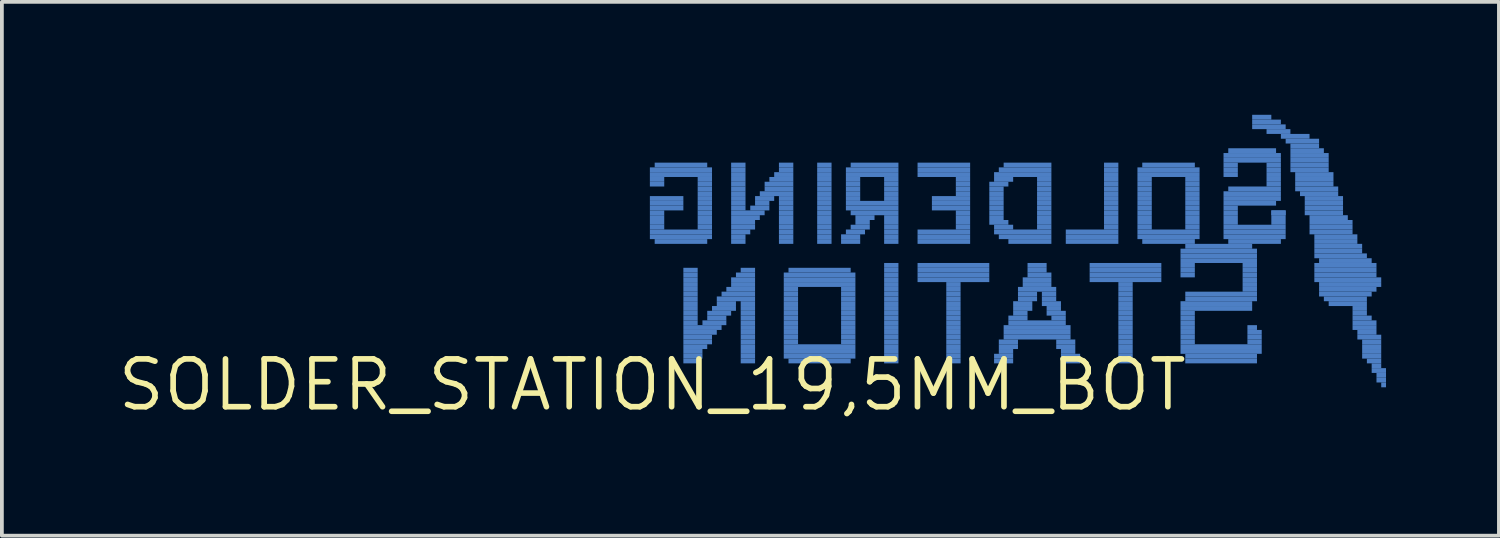
<source format=kicad_pcb>
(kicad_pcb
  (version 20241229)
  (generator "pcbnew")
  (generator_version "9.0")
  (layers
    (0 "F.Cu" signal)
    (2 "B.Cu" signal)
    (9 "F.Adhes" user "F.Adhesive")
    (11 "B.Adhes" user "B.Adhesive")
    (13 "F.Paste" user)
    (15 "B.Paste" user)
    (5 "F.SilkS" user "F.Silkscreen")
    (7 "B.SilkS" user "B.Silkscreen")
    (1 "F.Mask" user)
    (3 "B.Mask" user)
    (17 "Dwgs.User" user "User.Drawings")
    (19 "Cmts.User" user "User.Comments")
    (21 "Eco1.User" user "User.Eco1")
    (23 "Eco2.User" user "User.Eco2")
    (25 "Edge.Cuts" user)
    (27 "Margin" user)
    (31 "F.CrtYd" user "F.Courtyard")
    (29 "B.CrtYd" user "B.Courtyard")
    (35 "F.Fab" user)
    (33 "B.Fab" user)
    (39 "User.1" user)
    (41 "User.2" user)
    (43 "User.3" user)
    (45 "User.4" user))
  (footprint "SOLDER_STATION_19,5MM_BOT"
    (layer "F.Cu")
    (at 14.28 7.176)
    (property "Reference" "SOLDER_STATION_19,5MM_BOT" (at 0 0 0) (layer "F.SilkS") (effects (font (size 1.27 1.27) (thickness 0.15))))
    (attr through_hole)
    (fp_poly (pts (xy -0.064 -5.652) (xy 1.587 -5.652) (xy 1.587 -5.779) (xy -0.064 -5.779)) (stroke (width 0) (type solid)) (fill yes) (layer "B.Cu"))
    (fp_poly (pts (xy -0.064 -5.524) (xy 1.587 -5.524) (xy 1.587 -5.652) (xy -0.064 -5.652)) (stroke (width 0) (type solid)) (fill yes) (layer "B.Cu"))
    (fp_poly (pts (xy -0.064 -5.397) (xy 0.318 -5.397) (xy 0.318 -5.524) (xy -0.064 -5.524)) (stroke (width 0) (type solid)) (fill yes) (layer "B.Cu"))
    (fp_poly (pts (xy -0.064 -5.271) (xy 0.318 -5.271) (xy 0.318 -5.397) (xy -0.064 -5.397)) (stroke (width 0) (type solid)) (fill yes) (layer "B.Cu"))
    (fp_poly (pts (xy -0.064 -4.889) (xy 0.826 -4.889) (xy 0.826 -5.016) (xy -0.064 -5.016)) (stroke (width 0) (type solid)) (fill yes) (layer "B.Cu"))
    (fp_poly (pts (xy -0.064 -4.763) (xy 0.826 -4.763) (xy 0.826 -4.889) (xy -0.064 -4.889)) (stroke (width 0) (type solid)) (fill yes) (layer "B.Cu"))
    (fp_poly (pts (xy -0.064 -4.636) (xy 0.826 -4.636) (xy 0.826 -4.763) (xy -0.064 -4.763)) (stroke (width 0) (type solid)) (fill yes) (layer "B.Cu"))
    (fp_poly (pts (xy -0.064 -4.508) (xy 0.318 -4.508) (xy 0.318 -4.636) (xy -0.064 -4.636)) (stroke (width 0) (type solid)) (fill yes) (layer "B.Cu"))
    (fp_poly (pts (xy -0.064 -4.381) (xy 0.318 -4.381) (xy 0.318 -4.508) (xy -0.064 -4.508)) (stroke (width 0) (type solid)) (fill yes) (layer "B.Cu"))
    (fp_poly (pts (xy -0.064 -4.255) (xy 0.318 -4.255) (xy 0.318 -4.381) (xy -0.064 -4.381)) (stroke (width 0) (type solid)) (fill yes) (layer "B.Cu"))
    (fp_poly (pts (xy -0.064 -4.128) (xy 0.318 -4.128) (xy 0.318 -4.255) (xy -0.064 -4.255)) (stroke (width 0) (type solid)) (fill yes) (layer "B.Cu"))
    (fp_poly (pts (xy -0.064 -4) (xy 1.587 -4) (xy 1.587 -4.128) (xy -0.064 -4.128)) (stroke (width 0) (type solid)) (fill yes) (layer "B.Cu"))
    (fp_poly (pts (xy -0.064 -3.873) (xy 1.587 -3.873) (xy 1.587 -4) (xy -0.064 -4)) (stroke (width 0) (type solid)) (fill yes) (layer "B.Cu"))
    (fp_poly (pts (xy 0.064 -5.779) (xy 1.46 -5.779) (xy 1.46 -5.905) (xy 0.064 -5.905)) (stroke (width 0) (type solid)) (fill yes) (layer "B.Cu"))
    (fp_poly (pts (xy 0.064 -3.747) (xy 1.46 -3.747) (xy 1.46 -3.873) (xy 0.064 -3.873)) (stroke (width 0) (type solid)) (fill yes) (layer "B.Cu"))
    (fp_poly (pts (xy 0.826 -2.985) (xy 1.206 -2.985) (xy 1.206 -3.111) (xy 0.826 -3.111)) (stroke (width 0) (type solid)) (fill yes) (layer "B.Cu"))
    (fp_poly (pts (xy 0.826 -2.857) (xy 1.206 -2.857) (xy 1.206 -2.985) (xy 0.826 -2.985)) (stroke (width 0) (type solid)) (fill yes) (layer "B.Cu"))
    (fp_poly (pts (xy 0.826 -2.731) (xy 1.206 -2.731) (xy 1.206 -2.857) (xy 0.826 -2.857)) (stroke (width 0) (type solid)) (fill yes) (layer "B.Cu"))
    (fp_poly (pts (xy 0.826 -2.603) (xy 1.206 -2.603) (xy 1.206 -2.731) (xy 0.826 -2.731)) (stroke (width 0) (type solid)) (fill yes) (layer "B.Cu"))
    (fp_poly (pts (xy 0.826 -2.477) (xy 1.206 -2.477) (xy 1.206 -2.603) (xy 0.826 -2.603)) (stroke (width 0) (type solid)) (fill yes) (layer "B.Cu"))
    (fp_poly (pts (xy 0.826 -2.349) (xy 1.206 -2.349) (xy 1.206 -2.477) (xy 0.826 -2.477)) (stroke (width 0) (type solid)) (fill yes) (layer "B.Cu"))
    (fp_poly (pts (xy 0.826 -2.223) (xy 1.206 -2.223) (xy 1.206 -2.349) (xy 0.826 -2.349)) (stroke (width 0) (type solid)) (fill yes) (layer "B.Cu"))
    (fp_poly (pts (xy 0.826 -2.095) (xy 1.206 -2.095) (xy 1.206 -2.223) (xy 0.826 -2.223)) (stroke (width 0) (type solid)) (fill yes) (layer "B.Cu"))
    (fp_poly (pts (xy 0.826 -1.968) (xy 1.206 -1.968) (xy 1.206 -2.095) (xy 0.826 -2.095)) (stroke (width 0) (type solid)) (fill yes) (layer "B.Cu"))
    (fp_poly (pts (xy 0.826 -1.841) (xy 1.206 -1.841) (xy 1.206 -1.968) (xy 0.826 -1.968)) (stroke (width 0) (type solid)) (fill yes) (layer "B.Cu"))
    (fp_poly (pts (xy 0.826 -1.714) (xy 1.206 -1.714) (xy 1.206 -1.841) (xy 0.826 -1.841)) (stroke (width 0) (type solid)) (fill yes) (layer "B.Cu"))
    (fp_poly (pts (xy 0.826 -1.587) (xy 1.206 -1.587) (xy 1.206 -1.714) (xy 0.826 -1.714)) (stroke (width 0) (type solid)) (fill yes) (layer "B.Cu"))
    (fp_poly (pts (xy 0.826 -1.46) (xy 1.841 -1.46) (xy 1.841 -1.587) (xy 0.826 -1.587)) (stroke (width 0) (type solid)) (fill yes) (layer "B.Cu"))
    (fp_poly (pts (xy 0.826 -1.333) (xy 1.714 -1.333) (xy 1.714 -1.46) (xy 0.826 -1.46)) (stroke (width 0) (type solid)) (fill yes) (layer "B.Cu"))
    (fp_poly (pts (xy 0.826 -1.206) (xy 1.587 -1.206) (xy 1.587 -1.333) (xy 0.826 -1.333)) (stroke (width 0) (type solid)) (fill yes) (layer "B.Cu"))
    (fp_poly (pts (xy 0.826 -1.079) (xy 1.587 -1.079) (xy 1.587 -1.206) (xy 0.826 -1.206)) (stroke (width 0) (type solid)) (fill yes) (layer "B.Cu"))
    (fp_poly (pts (xy 0.826 -0.953) (xy 1.46 -0.953) (xy 1.46 -1.079) (xy 0.826 -1.079)) (stroke (width 0) (type solid)) (fill yes) (layer "B.Cu"))
    (fp_poly (pts (xy 0.826 -0.826) (xy 1.333 -0.826) (xy 1.333 -0.953) (xy 0.826 -0.953)) (stroke (width 0) (type solid)) (fill yes) (layer "B.Cu"))
    (fp_poly (pts (xy 0.826 -0.699) (xy 1.333 -0.699) (xy 1.333 -0.826) (xy 0.826 -0.826)) (stroke (width 0) (type solid)) (fill yes) (layer "B.Cu"))
    (fp_poly (pts (xy 0.826 -0.572) (xy 1.206 -0.572) (xy 1.206 -0.699) (xy 0.826 -0.699)) (stroke (width 0) (type solid)) (fill yes) (layer "B.Cu"))
    (fp_poly (pts (xy 1.206 -5.397) (xy 1.587 -5.397) (xy 1.587 -5.524) (xy 1.206 -5.524)) (stroke (width 0) (type solid)) (fill yes) (layer "B.Cu"))
    (fp_poly (pts (xy 1.206 -5.271) (xy 1.587 -5.271) (xy 1.587 -5.397) (xy 1.206 -5.397)) (stroke (width 0) (type solid)) (fill yes) (layer "B.Cu"))
    (fp_poly (pts (xy 1.206 -5.144) (xy 1.587 -5.144) (xy 1.587 -5.271) (xy 1.206 -5.271)) (stroke (width 0) (type solid)) (fill yes) (layer "B.Cu"))
    (fp_poly (pts (xy 1.206 -5.016) (xy 1.587 -5.016) (xy 1.587 -5.144) (xy 1.206 -5.144)) (stroke (width 0) (type solid)) (fill yes) (layer "B.Cu"))
    (fp_poly (pts (xy 1.206 -4.889) (xy 1.587 -4.889) (xy 1.587 -5.016) (xy 1.206 -5.016)) (stroke (width 0) (type solid)) (fill yes) (layer "B.Cu"))
    (fp_poly (pts (xy 1.206 -4.763) (xy 1.587 -4.763) (xy 1.587 -4.889) (xy 1.206 -4.889)) (stroke (width 0) (type solid)) (fill yes) (layer "B.Cu"))
    (fp_poly (pts (xy 1.206 -4.636) (xy 1.587 -4.636) (xy 1.587 -4.763) (xy 1.206 -4.763)) (stroke (width 0) (type solid)) (fill yes) (layer "B.Cu"))
    (fp_poly (pts (xy 1.206 -4.508) (xy 1.587 -4.508) (xy 1.587 -4.636) (xy 1.206 -4.636)) (stroke (width 0) (type solid)) (fill yes) (layer "B.Cu"))
    (fp_poly (pts (xy 1.206 -4.381) (xy 1.587 -4.381) (xy 1.587 -4.508) (xy 1.206 -4.508)) (stroke (width 0) (type solid)) (fill yes) (layer "B.Cu"))
    (fp_poly (pts (xy 1.206 -4.255) (xy 1.587 -4.255) (xy 1.587 -4.381) (xy 1.206 -4.381)) (stroke (width 0) (type solid)) (fill yes) (layer "B.Cu"))
    (fp_poly (pts (xy 1.206 -4.128) (xy 1.587 -4.128) (xy 1.587 -4.255) (xy 1.206 -4.255)) (stroke (width 0) (type solid)) (fill yes) (layer "B.Cu"))
    (fp_poly (pts (xy 1.333 -1.587) (xy 1.968 -1.587) (xy 1.968 -1.714) (xy 1.333 -1.714)) (stroke (width 0) (type solid)) (fill yes) (layer "B.Cu"))
    (fp_poly (pts (xy 1.46 -1.841) (xy 2.095 -1.841) (xy 2.095 -1.968) (xy 1.46 -1.968)) (stroke (width 0) (type solid)) (fill yes) (layer "B.Cu"))
    (fp_poly (pts (xy 1.46 -1.714) (xy 1.968 -1.714) (xy 1.968 -1.841) (xy 1.46 -1.841)) (stroke (width 0) (type solid)) (fill yes) (layer "B.Cu"))
    (fp_poly (pts (xy 1.587 -1.968) (xy 2.223 -1.968) (xy 2.223 -2.095) (xy 1.587 -2.095)) (stroke (width 0) (type solid)) (fill yes) (layer "B.Cu"))
    (fp_poly (pts (xy 1.714 -2.223) (xy 2.731 -2.223) (xy 2.731 -2.349) (xy 1.714 -2.349)) (stroke (width 0) (type solid)) (fill yes) (layer "B.Cu"))
    (fp_poly (pts (xy 1.714 -2.095) (xy 2.223 -2.095) (xy 2.223 -2.223) (xy 1.714 -2.223)) (stroke (width 0) (type solid)) (fill yes) (layer "B.Cu"))
    (fp_poly (pts (xy 1.841 -2.349) (xy 2.731 -2.349) (xy 2.731 -2.477) (xy 1.841 -2.477)) (stroke (width 0) (type solid)) (fill yes) (layer "B.Cu"))
    (fp_poly (pts (xy 1.968 -2.477) (xy 2.731 -2.477) (xy 2.731 -2.603) (xy 1.968 -2.603)) (stroke (width 0) (type solid)) (fill yes) (layer "B.Cu"))
    (fp_poly (pts (xy 2.095 -5.779) (xy 2.477 -5.779) (xy 2.477 -5.905) (xy 2.095 -5.905)) (stroke (width 0) (type solid)) (fill yes) (layer "B.Cu"))
    (fp_poly (pts (xy 2.095 -5.652) (xy 2.477 -5.652) (xy 2.477 -5.779) (xy 2.095 -5.779)) (stroke (width 0) (type solid)) (fill yes) (layer "B.Cu"))
    (fp_poly (pts (xy 2.095 -5.524) (xy 2.477 -5.524) (xy 2.477 -5.652) (xy 2.095 -5.652)) (stroke (width 0) (type solid)) (fill yes) (layer "B.Cu"))
    (fp_poly (pts (xy 2.095 -5.397) (xy 2.477 -5.397) (xy 2.477 -5.524) (xy 2.095 -5.524)) (stroke (width 0) (type solid)) (fill yes) (layer "B.Cu"))
    (fp_poly (pts (xy 2.095 -5.271) (xy 2.477 -5.271) (xy 2.477 -5.397) (xy 2.095 -5.397)) (stroke (width 0) (type solid)) (fill yes) (layer "B.Cu"))
    (fp_poly (pts (xy 2.095 -5.144) (xy 2.477 -5.144) (xy 2.477 -5.271) (xy 2.095 -5.271)) (stroke (width 0) (type solid)) (fill yes) (layer "B.Cu"))
    (fp_poly (pts (xy 2.095 -5.016) (xy 2.477 -5.016) (xy 2.477 -5.144) (xy 2.095 -5.144)) (stroke (width 0) (type solid)) (fill yes) (layer "B.Cu"))
    (fp_poly (pts (xy 2.095 -4.889) (xy 2.477 -4.889) (xy 2.477 -5.016) (xy 2.095 -5.016)) (stroke (width 0) (type solid)) (fill yes) (layer "B.Cu"))
    (fp_poly (pts (xy 2.095 -4.763) (xy 2.477 -4.763) (xy 2.477 -4.889) (xy 2.095 -4.889)) (stroke (width 0) (type solid)) (fill yes) (layer "B.Cu"))
    (fp_poly (pts (xy 2.095 -4.636) (xy 2.477 -4.636) (xy 2.477 -4.763) (xy 2.095 -4.763)) (stroke (width 0) (type solid)) (fill yes) (layer "B.Cu"))
    (fp_poly (pts (xy 2.095 -4.508) (xy 2.985 -4.508) (xy 2.985 -4.636) (xy 2.095 -4.636)) (stroke (width 0) (type solid)) (fill yes) (layer "B.Cu"))
    (fp_poly (pts (xy 2.095 -4.381) (xy 2.857 -4.381) (xy 2.857 -4.508) (xy 2.095 -4.508)) (stroke (width 0) (type solid)) (fill yes) (layer "B.Cu"))
    (fp_poly (pts (xy 2.095 -4.255) (xy 2.731 -4.255) (xy 2.731 -4.381) (xy 2.095 -4.381)) (stroke (width 0) (type solid)) (fill yes) (layer "B.Cu"))
    (fp_poly (pts (xy 2.095 -4.128) (xy 2.731 -4.128) (xy 2.731 -4.255) (xy 2.095 -4.255)) (stroke (width 0) (type solid)) (fill yes) (layer "B.Cu"))
    (fp_poly (pts (xy 2.095 -4) (xy 2.603 -4) (xy 2.603 -4.128) (xy 2.095 -4.128)) (stroke (width 0) (type solid)) (fill yes) (layer "B.Cu"))
    (fp_poly (pts (xy 2.095 -3.873) (xy 2.477 -3.873) (xy 2.477 -4) (xy 2.095 -4)) (stroke (width 0) (type solid)) (fill yes) (layer "B.Cu"))
    (fp_poly (pts (xy 2.095 -3.747) (xy 2.477 -3.747) (xy 2.477 -3.873) (xy 2.095 -3.873)) (stroke (width 0) (type solid)) (fill yes) (layer "B.Cu"))
    (fp_poly (pts (xy 2.095 -2.731) (xy 2.731 -2.731) (xy 2.731 -2.857) (xy 2.095 -2.857)) (stroke (width 0) (type solid)) (fill yes) (layer "B.Cu"))
    (fp_poly (pts (xy 2.095 -2.603) (xy 2.731 -2.603) (xy 2.731 -2.731) (xy 2.095 -2.731)) (stroke (width 0) (type solid)) (fill yes) (layer "B.Cu"))
    (fp_poly (pts (xy 2.223 -2.857) (xy 2.731 -2.857) (xy 2.731 -2.985) (xy 2.223 -2.985)) (stroke (width 0) (type solid)) (fill yes) (layer "B.Cu"))
    (fp_poly (pts (xy 2.349 -2.985) (xy 2.731 -2.985) (xy 2.731 -3.111) (xy 2.349 -3.111)) (stroke (width 0) (type solid)) (fill yes) (layer "B.Cu"))
    (fp_poly (pts (xy 2.349 -2.095) (xy 2.731 -2.095) (xy 2.731 -2.223) (xy 2.349 -2.223)) (stroke (width 0) (type solid)) (fill yes) (layer "B.Cu"))
    (fp_poly (pts (xy 2.349 -1.968) (xy 2.731 -1.968) (xy 2.731 -2.095) (xy 2.349 -2.095)) (stroke (width 0) (type solid)) (fill yes) (layer "B.Cu"))
    (fp_poly (pts (xy 2.349 -1.841) (xy 2.731 -1.841) (xy 2.731 -1.968) (xy 2.349 -1.968)) (stroke (width 0) (type solid)) (fill yes) (layer "B.Cu"))
    (fp_poly (pts (xy 2.349 -1.714) (xy 2.731 -1.714) (xy 2.731 -1.841) (xy 2.349 -1.841)) (stroke (width 0) (type solid)) (fill yes) (layer "B.Cu"))
    (fp_poly (pts (xy 2.349 -1.587) (xy 2.731 -1.587) (xy 2.731 -1.714) (xy 2.349 -1.714)) (stroke (width 0) (type solid)) (fill yes) (layer "B.Cu"))
    (fp_poly (pts (xy 2.349 -1.46) (xy 2.731 -1.46) (xy 2.731 -1.587) (xy 2.349 -1.587)) (stroke (width 0) (type solid)) (fill yes) (layer "B.Cu"))
    (fp_poly (pts (xy 2.349 -1.333) (xy 2.731 -1.333) (xy 2.731 -1.46) (xy 2.349 -1.46)) (stroke (width 0) (type solid)) (fill yes) (layer "B.Cu"))
    (fp_poly (pts (xy 2.349 -1.206) (xy 2.731 -1.206) (xy 2.731 -1.333) (xy 2.349 -1.333)) (stroke (width 0) (type solid)) (fill yes) (layer "B.Cu"))
    (fp_poly (pts (xy 2.349 -1.079) (xy 2.731 -1.079) (xy 2.731 -1.206) (xy 2.349 -1.206)) (stroke (width 0) (type solid)) (fill yes) (layer "B.Cu"))
    (fp_poly (pts (xy 2.349 -0.953) (xy 2.731 -0.953) (xy 2.731 -1.079) (xy 2.349 -1.079)) (stroke (width 0) (type solid)) (fill yes) (layer "B.Cu"))
    (fp_poly (pts (xy 2.349 -0.826) (xy 2.731 -0.826) (xy 2.731 -0.953) (xy 2.349 -0.953)) (stroke (width 0) (type solid)) (fill yes) (layer "B.Cu"))
    (fp_poly (pts (xy 2.349 -0.699) (xy 2.731 -0.699) (xy 2.731 -0.826) (xy 2.349 -0.826)) (stroke (width 0) (type solid)) (fill yes) (layer "B.Cu"))
    (fp_poly (pts (xy 2.349 -0.572) (xy 2.731 -0.572) (xy 2.731 -0.699) (xy 2.349 -0.699)) (stroke (width 0) (type solid)) (fill yes) (layer "B.Cu"))
    (fp_poly (pts (xy 2.603 -4.636) (xy 3.111 -4.636) (xy 3.111 -4.763) (xy 2.603 -4.763)) (stroke (width 0) (type solid)) (fill yes) (layer "B.Cu"))
    (fp_poly (pts (xy 2.731 -4.889) (xy 3.239 -4.889) (xy 3.239 -5.016) (xy 2.731 -5.016)) (stroke (width 0) (type solid)) (fill yes) (layer "B.Cu"))
    (fp_poly (pts (xy 2.731 -4.763) (xy 3.111 -4.763) (xy 3.111 -4.889) (xy 2.731 -4.889)) (stroke (width 0) (type solid)) (fill yes) (layer "B.Cu"))
    (fp_poly (pts (xy 2.857 -5.016) (xy 3.747 -5.016) (xy 3.747 -5.144) (xy 2.857 -5.144)) (stroke (width 0) (type solid)) (fill yes) (layer "B.Cu"))
    (fp_poly (pts (xy 2.985 -5.271) (xy 3.747 -5.271) (xy 3.747 -5.397) (xy 2.985 -5.397)) (stroke (width 0) (type solid)) (fill yes) (layer "B.Cu"))
    (fp_poly (pts (xy 2.985 -5.144) (xy 3.747 -5.144) (xy 3.747 -5.271) (xy 2.985 -5.271)) (stroke (width 0) (type solid)) (fill yes) (layer "B.Cu"))
    (fp_poly (pts (xy 3.111 -5.397) (xy 3.747 -5.397) (xy 3.747 -5.524) (xy 3.111 -5.524)) (stroke (width 0) (type solid)) (fill yes) (layer "B.Cu"))
    (fp_poly (pts (xy 3.239 -5.524) (xy 3.747 -5.524) (xy 3.747 -5.652) (xy 3.239 -5.652)) (stroke (width 0) (type solid)) (fill yes) (layer "B.Cu"))
    (fp_poly (pts (xy 3.365 -5.779) (xy 3.747 -5.779) (xy 3.747 -5.905) (xy 3.365 -5.905)) (stroke (width 0) (type solid)) (fill yes) (layer "B.Cu"))
    (fp_poly (pts (xy 3.365 -5.652) (xy 3.747 -5.652) (xy 3.747 -5.779) (xy 3.365 -5.779)) (stroke (width 0) (type solid)) (fill yes) (layer "B.Cu"))
    (fp_poly (pts (xy 3.365 -4.889) (xy 3.747 -4.889) (xy 3.747 -5.016) (xy 3.365 -5.016)) (stroke (width 0) (type solid)) (fill yes) (layer "B.Cu"))
    (fp_poly (pts (xy 3.365 -4.763) (xy 3.747 -4.763) (xy 3.747 -4.889) (xy 3.365 -4.889)) (stroke (width 0) (type solid)) (fill yes) (layer "B.Cu"))
    (fp_poly (pts (xy 3.365 -4.636) (xy 3.747 -4.636) (xy 3.747 -4.763) (xy 3.365 -4.763)) (stroke (width 0) (type solid)) (fill yes) (layer "B.Cu"))
    (fp_poly (pts (xy 3.365 -4.508) (xy 3.747 -4.508) (xy 3.747 -4.636) (xy 3.365 -4.636)) (stroke (width 0) (type solid)) (fill yes) (layer "B.Cu"))
    (fp_poly (pts (xy 3.365 -4.381) (xy 3.747 -4.381) (xy 3.747 -4.508) (xy 3.365 -4.508)) (stroke (width 0) (type solid)) (fill yes) (layer "B.Cu"))
    (fp_poly (pts (xy 3.365 -4.255) (xy 3.747 -4.255) (xy 3.747 -4.381) (xy 3.365 -4.381)) (stroke (width 0) (type solid)) (fill yes) (layer "B.Cu"))
    (fp_poly (pts (xy 3.365 -4.128) (xy 3.747 -4.128) (xy 3.747 -4.255) (xy 3.365 -4.255)) (stroke (width 0) (type solid)) (fill yes) (layer "B.Cu"))
    (fp_poly (pts (xy 3.365 -4) (xy 3.747 -4) (xy 3.747 -4.128) (xy 3.365 -4.128)) (stroke (width 0) (type solid)) (fill yes) (layer "B.Cu"))
    (fp_poly (pts (xy 3.365 -3.873) (xy 3.747 -3.873) (xy 3.747 -4) (xy 3.365 -4)) (stroke (width 0) (type solid)) (fill yes) (layer "B.Cu"))
    (fp_poly (pts (xy 3.365 -3.747) (xy 3.747 -3.747) (xy 3.747 -3.873) (xy 3.365 -3.873)) (stroke (width 0) (type solid)) (fill yes) (layer "B.Cu"))
    (fp_poly (pts (xy 3.493 -2.857) (xy 5.397 -2.857) (xy 5.397 -2.985) (xy 3.493 -2.985)) (stroke (width 0) (type solid)) (fill yes) (layer "B.Cu"))
    (fp_poly (pts (xy 3.493 -2.731) (xy 5.397 -2.731) (xy 5.397 -2.857) (xy 3.493 -2.857)) (stroke (width 0) (type solid)) (fill yes) (layer "B.Cu"))
    (fp_poly (pts (xy 3.493 -2.603) (xy 5.397 -2.603) (xy 5.397 -2.731) (xy 3.493 -2.731)) (stroke (width 0) (type solid)) (fill yes) (layer "B.Cu"))
    (fp_poly (pts (xy 3.493 -2.477) (xy 3.873 -2.477) (xy 3.873 -2.603) (xy 3.493 -2.603)) (stroke (width 0) (type solid)) (fill yes) (layer "B.Cu"))
    (fp_poly (pts (xy 3.493 -2.349) (xy 3.873 -2.349) (xy 3.873 -2.477) (xy 3.493 -2.477)) (stroke (width 0) (type solid)) (fill yes) (layer "B.Cu"))
    (fp_poly (pts (xy 3.493 -2.223) (xy 3.873 -2.223) (xy 3.873 -2.349) (xy 3.493 -2.349)) (stroke (width 0) (type solid)) (fill yes) (layer "B.Cu"))
    (fp_poly (pts (xy 3.493 -2.095) (xy 3.873 -2.095) (xy 3.873 -2.223) (xy 3.493 -2.223)) (stroke (width 0) (type solid)) (fill yes) (layer "B.Cu"))
    (fp_poly (pts (xy 3.493 -1.968) (xy 3.873 -1.968) (xy 3.873 -2.095) (xy 3.493 -2.095)) (stroke (width 0) (type solid)) (fill yes) (layer "B.Cu"))
    (fp_poly (pts (xy 3.493 -1.841) (xy 3.873 -1.841) (xy 3.873 -1.968) (xy 3.493 -1.968)) (stroke (width 0) (type solid)) (fill yes) (layer "B.Cu"))
    (fp_poly (pts (xy 3.493 -1.714) (xy 3.873 -1.714) (xy 3.873 -1.841) (xy 3.493 -1.841)) (stroke (width 0) (type solid)) (fill yes) (layer "B.Cu"))
    (fp_poly (pts (xy 3.493 -1.587) (xy 3.873 -1.587) (xy 3.873 -1.714) (xy 3.493 -1.714)) (stroke (width 0) (type solid)) (fill yes) (layer "B.Cu"))
    (fp_poly (pts (xy 3.493 -1.46) (xy 3.873 -1.46) (xy 3.873 -1.587) (xy 3.493 -1.587)) (stroke (width 0) (type solid)) (fill yes) (layer "B.Cu"))
    (fp_poly (pts (xy 3.493 -1.333) (xy 3.873 -1.333) (xy 3.873 -1.46) (xy 3.493 -1.46)) (stroke (width 0) (type solid)) (fill yes) (layer "B.Cu"))
    (fp_poly (pts (xy 3.493 -1.206) (xy 3.873 -1.206) (xy 3.873 -1.333) (xy 3.493 -1.333)) (stroke (width 0) (type solid)) (fill yes) (layer "B.Cu"))
    (fp_poly (pts (xy 3.493 -1.079) (xy 3.873 -1.079) (xy 3.873 -1.206) (xy 3.493 -1.206)) (stroke (width 0) (type solid)) (fill yes) (layer "B.Cu"))
    (fp_poly (pts (xy 3.493 -0.953) (xy 5.397 -0.953) (xy 5.397 -1.079) (xy 3.493 -1.079)) (stroke (width 0) (type solid)) (fill yes) (layer "B.Cu"))
    (fp_poly (pts (xy 3.493 -0.826) (xy 5.397 -0.826) (xy 5.397 -0.953) (xy 3.493 -0.953)) (stroke (width 0) (type solid)) (fill yes) (layer "B.Cu"))
    (fp_poly (pts (xy 3.493 -0.699) (xy 5.397 -0.699) (xy 5.397 -0.826) (xy 3.493 -0.826)) (stroke (width 0) (type solid)) (fill yes) (layer "B.Cu"))
    (fp_poly (pts (xy 3.619 -2.985) (xy 5.271 -2.985) (xy 5.271 -3.111) (xy 3.619 -3.111)) (stroke (width 0) (type solid)) (fill yes) (layer "B.Cu"))
    (fp_poly (pts (xy 3.619 -0.572) (xy 5.271 -0.572) (xy 5.271 -0.699) (xy 3.619 -0.699)) (stroke (width 0) (type solid)) (fill yes) (layer "B.Cu"))
    (fp_poly (pts (xy 4.381 -5.779) (xy 4.763 -5.779) (xy 4.763 -5.905) (xy 4.381 -5.905)) (stroke (width 0) (type solid)) (fill yes) (layer "B.Cu"))
    (fp_poly (pts (xy 4.381 -5.652) (xy 4.763 -5.652) (xy 4.763 -5.779) (xy 4.381 -5.779)) (stroke (width 0) (type solid)) (fill yes) (layer "B.Cu"))
    (fp_poly (pts (xy 4.381 -5.524) (xy 4.763 -5.524) (xy 4.763 -5.652) (xy 4.381 -5.652)) (stroke (width 0) (type solid)) (fill yes) (layer "B.Cu"))
    (fp_poly (pts (xy 4.381 -5.397) (xy 4.763 -5.397) (xy 4.763 -5.524) (xy 4.381 -5.524)) (stroke (width 0) (type solid)) (fill yes) (layer "B.Cu"))
    (fp_poly (pts (xy 4.381 -5.271) (xy 4.763 -5.271) (xy 4.763 -5.397) (xy 4.381 -5.397)) (stroke (width 0) (type solid)) (fill yes) (layer "B.Cu"))
    (fp_poly (pts (xy 4.381 -5.144) (xy 4.763 -5.144) (xy 4.763 -5.271) (xy 4.381 -5.271)) (stroke (width 0) (type solid)) (fill yes) (layer "B.Cu"))
    (fp_poly (pts (xy 4.381 -5.016) (xy 4.763 -5.016) (xy 4.763 -5.144) (xy 4.381 -5.144)) (stroke (width 0) (type solid)) (fill yes) (layer "B.Cu"))
    (fp_poly (pts (xy 4.381 -4.889) (xy 4.763 -4.889) (xy 4.763 -5.016) (xy 4.381 -5.016)) (stroke (width 0) (type solid)) (fill yes) (layer "B.Cu"))
    (fp_poly (pts (xy 4.381 -4.763) (xy 4.763 -4.763) (xy 4.763 -4.889) (xy 4.381 -4.889)) (stroke (width 0) (type solid)) (fill yes) (layer "B.Cu"))
    (fp_poly (pts (xy 4.381 -4.636) (xy 4.763 -4.636) (xy 4.763 -4.763) (xy 4.381 -4.763)) (stroke (width 0) (type solid)) (fill yes) (layer "B.Cu"))
    (fp_poly (pts (xy 4.381 -4.508) (xy 4.763 -4.508) (xy 4.763 -4.636) (xy 4.381 -4.636)) (stroke (width 0) (type solid)) (fill yes) (layer "B.Cu"))
    (fp_poly (pts (xy 4.381 -4.381) (xy 4.763 -4.381) (xy 4.763 -4.508) (xy 4.381 -4.508)) (stroke (width 0) (type solid)) (fill yes) (layer "B.Cu"))
    (fp_poly (pts (xy 4.381 -4.255) (xy 4.763 -4.255) (xy 4.763 -4.381) (xy 4.381 -4.381)) (stroke (width 0) (type solid)) (fill yes) (layer "B.Cu"))
    (fp_poly (pts (xy 4.381 -4.128) (xy 4.763 -4.128) (xy 4.763 -4.255) (xy 4.381 -4.255)) (stroke (width 0) (type solid)) (fill yes) (layer "B.Cu"))
    (fp_poly (pts (xy 4.381 -4) (xy 4.763 -4) (xy 4.763 -4.128) (xy 4.381 -4.128)) (stroke (width 0) (type solid)) (fill yes) (layer "B.Cu"))
    (fp_poly (pts (xy 4.381 -3.873) (xy 4.763 -3.873) (xy 4.763 -4) (xy 4.381 -4)) (stroke (width 0) (type solid)) (fill yes) (layer "B.Cu"))
    (fp_poly (pts (xy 4.381 -3.747) (xy 4.763 -3.747) (xy 4.763 -3.873) (xy 4.381 -3.873)) (stroke (width 0) (type solid)) (fill yes) (layer "B.Cu"))
    (fp_poly (pts (xy 5.016 -3.873) (xy 5.524 -3.873) (xy 5.524 -4) (xy 5.016 -4)) (stroke (width 0) (type solid)) (fill yes) (layer "B.Cu"))
    (fp_poly (pts (xy 5.016 -3.747) (xy 5.524 -3.747) (xy 5.524 -3.873) (xy 5.016 -3.873)) (stroke (width 0) (type solid)) (fill yes) (layer "B.Cu"))
    (fp_poly (pts (xy 5.016 -2.477) (xy 5.397 -2.477) (xy 5.397 -2.603) (xy 5.016 -2.603)) (stroke (width 0) (type solid)) (fill yes) (layer "B.Cu"))
    (fp_poly (pts (xy 5.016 -2.349) (xy 5.397 -2.349) (xy 5.397 -2.477) (xy 5.016 -2.477)) (stroke (width 0) (type solid)) (fill yes) (layer "B.Cu"))
    (fp_poly (pts (xy 5.016 -2.223) (xy 5.397 -2.223) (xy 5.397 -2.349) (xy 5.016 -2.349)) (stroke (width 0) (type solid)) (fill yes) (layer "B.Cu"))
    (fp_poly (pts (xy 5.016 -2.095) (xy 5.397 -2.095) (xy 5.397 -2.223) (xy 5.016 -2.223)) (stroke (width 0) (type solid)) (fill yes) (layer "B.Cu"))
    (fp_poly (pts (xy 5.016 -1.968) (xy 5.397 -1.968) (xy 5.397 -2.095) (xy 5.016 -2.095)) (stroke (width 0) (type solid)) (fill yes) (layer "B.Cu"))
    (fp_poly (pts (xy 5.016 -1.841) (xy 5.397 -1.841) (xy 5.397 -1.968) (xy 5.016 -1.968)) (stroke (width 0) (type solid)) (fill yes) (layer "B.Cu"))
    (fp_poly (pts (xy 5.016 -1.714) (xy 5.397 -1.714) (xy 5.397 -1.841) (xy 5.016 -1.841)) (stroke (width 0) (type solid)) (fill yes) (layer "B.Cu"))
    (fp_poly (pts (xy 5.016 -1.587) (xy 5.397 -1.587) (xy 5.397 -1.714) (xy 5.016 -1.714)) (stroke (width 0) (type solid)) (fill yes) (layer "B.Cu"))
    (fp_poly (pts (xy 5.016 -1.46) (xy 5.397 -1.46) (xy 5.397 -1.587) (xy 5.016 -1.587)) (stroke (width 0) (type solid)) (fill yes) (layer "B.Cu"))
    (fp_poly (pts (xy 5.016 -1.333) (xy 5.397 -1.333) (xy 5.397 -1.46) (xy 5.016 -1.46)) (stroke (width 0) (type solid)) (fill yes) (layer "B.Cu"))
    (fp_poly (pts (xy 5.016 -1.206) (xy 5.397 -1.206) (xy 5.397 -1.333) (xy 5.016 -1.333)) (stroke (width 0) (type solid)) (fill yes) (layer "B.Cu"))
    (fp_poly (pts (xy 5.016 -1.079) (xy 5.397 -1.079) (xy 5.397 -1.206) (xy 5.016 -1.206)) (stroke (width 0) (type solid)) (fill yes) (layer "B.Cu"))
    (fp_poly (pts (xy 5.144 -5.652) (xy 6.54 -5.652) (xy 6.54 -5.779) (xy 5.144 -5.779)) (stroke (width 0) (type solid)) (fill yes) (layer "B.Cu"))
    (fp_poly (pts (xy 5.144 -5.524) (xy 6.54 -5.524) (xy 6.54 -5.652) (xy 5.144 -5.652)) (stroke (width 0) (type solid)) (fill yes) (layer "B.Cu"))
    (fp_poly (pts (xy 5.144 -5.397) (xy 5.524 -5.397) (xy 5.524 -5.524) (xy 5.144 -5.524)) (stroke (width 0) (type solid)) (fill yes) (layer "B.Cu"))
    (fp_poly (pts (xy 5.144 -5.271) (xy 5.524 -5.271) (xy 5.524 -5.397) (xy 5.144 -5.397)) (stroke (width 0) (type solid)) (fill yes) (layer "B.Cu"))
    (fp_poly (pts (xy 5.144 -5.144) (xy 5.524 -5.144) (xy 5.524 -5.271) (xy 5.144 -5.271)) (stroke (width 0) (type solid)) (fill yes) (layer "B.Cu"))
    (fp_poly (pts (xy 5.144 -5.016) (xy 5.524 -5.016) (xy 5.524 -5.144) (xy 5.144 -5.144)) (stroke (width 0) (type solid)) (fill yes) (layer "B.Cu"))
    (fp_poly (pts (xy 5.144 -4.889) (xy 5.524 -4.889) (xy 5.524 -5.016) (xy 5.144 -5.016)) (stroke (width 0) (type solid)) (fill yes) (layer "B.Cu"))
    (fp_poly (pts (xy 5.144 -4.763) (xy 6.54 -4.763) (xy 6.54 -4.889) (xy 5.144 -4.889)) (stroke (width 0) (type solid)) (fill yes) (layer "B.Cu"))
    (fp_poly (pts (xy 5.144 -4.636) (xy 6.54 -4.636) (xy 6.54 -4.763) (xy 5.144 -4.763)) (stroke (width 0) (type solid)) (fill yes) (layer "B.Cu"))
    (fp_poly (pts (xy 5.144 -4) (xy 5.652 -4) (xy 5.652 -4.128) (xy 5.144 -4.128)) (stroke (width 0) (type solid)) (fill yes) (layer "B.Cu"))
    (fp_poly (pts (xy 5.271 -5.779) (xy 6.54 -5.779) (xy 6.54 -5.905) (xy 5.271 -5.905)) (stroke (width 0) (type solid)) (fill yes) (layer "B.Cu"))
    (fp_poly (pts (xy 5.271 -4.508) (xy 6.54 -4.508) (xy 6.54 -4.636) (xy 5.271 -4.636)) (stroke (width 0) (type solid)) (fill yes) (layer "B.Cu"))
    (fp_poly (pts (xy 5.271 -4.128) (xy 5.779 -4.128) (xy 5.779 -4.255) (xy 5.271 -4.255)) (stroke (width 0) (type solid)) (fill yes) (layer "B.Cu"))
    (fp_poly (pts (xy 5.397 -4.381) (xy 5.905 -4.381) (xy 5.905 -4.508) (xy 5.397 -4.508)) (stroke (width 0) (type solid)) (fill yes) (layer "B.Cu"))
    (fp_poly (pts (xy 5.397 -4.255) (xy 5.779 -4.255) (xy 5.779 -4.381) (xy 5.397 -4.381)) (stroke (width 0) (type solid)) (fill yes) (layer "B.Cu"))
    (fp_poly (pts (xy 6.16 -5.397) (xy 6.54 -5.397) (xy 6.54 -5.524) (xy 6.16 -5.524)) (stroke (width 0) (type solid)) (fill yes) (layer "B.Cu"))
    (fp_poly (pts (xy 6.16 -5.271) (xy 6.54 -5.271) (xy 6.54 -5.397) (xy 6.16 -5.397)) (stroke (width 0) (type solid)) (fill yes) (layer "B.Cu"))
    (fp_poly (pts (xy 6.16 -5.144) (xy 6.54 -5.144) (xy 6.54 -5.271) (xy 6.16 -5.271)) (stroke (width 0) (type solid)) (fill yes) (layer "B.Cu"))
    (fp_poly (pts (xy 6.16 -5.016) (xy 6.54 -5.016) (xy 6.54 -5.144) (xy 6.16 -5.144)) (stroke (width 0) (type solid)) (fill yes) (layer "B.Cu"))
    (fp_poly (pts (xy 6.16 -4.889) (xy 6.54 -4.889) (xy 6.54 -5.016) (xy 6.16 -5.016)) (stroke (width 0) (type solid)) (fill yes) (layer "B.Cu"))
    (fp_poly (pts (xy 6.16 -4.381) (xy 6.54 -4.381) (xy 6.54 -4.508) (xy 6.16 -4.508)) (stroke (width 0) (type solid)) (fill yes) (layer "B.Cu"))
    (fp_poly (pts (xy 6.16 -4.255) (xy 6.54 -4.255) (xy 6.54 -4.381) (xy 6.16 -4.381)) (stroke (width 0) (type solid)) (fill yes) (layer "B.Cu"))
    (fp_poly (pts (xy 6.16 -4.128) (xy 6.54 -4.128) (xy 6.54 -4.255) (xy 6.16 -4.255)) (stroke (width 0) (type solid)) (fill yes) (layer "B.Cu"))
    (fp_poly (pts (xy 6.16 -4) (xy 6.54 -4) (xy 6.54 -4.128) (xy 6.16 -4.128)) (stroke (width 0) (type solid)) (fill yes) (layer "B.Cu"))
    (fp_poly (pts (xy 6.16 -3.873) (xy 6.54 -3.873) (xy 6.54 -4) (xy 6.16 -4)) (stroke (width 0) (type solid)) (fill yes) (layer "B.Cu"))
    (fp_poly (pts (xy 6.16 -3.747) (xy 6.54 -3.747) (xy 6.54 -3.873) (xy 6.16 -3.873)) (stroke (width 0) (type solid)) (fill yes) (layer "B.Cu"))
    (fp_poly (pts (xy 6.16 -3.111) (xy 6.54 -3.111) (xy 6.54 -3.239) (xy 6.16 -3.239)) (stroke (width 0) (type solid)) (fill yes) (layer "B.Cu"))
    (fp_poly (pts (xy 6.16 -2.985) (xy 6.54 -2.985) (xy 6.54 -3.111) (xy 6.16 -3.111)) (stroke (width 0) (type solid)) (fill yes) (layer "B.Cu"))
    (fp_poly (pts (xy 6.16 -2.857) (xy 6.54 -2.857) (xy 6.54 -2.985) (xy 6.16 -2.985)) (stroke (width 0) (type solid)) (fill yes) (layer "B.Cu"))
    (fp_poly (pts (xy 6.16 -2.731) (xy 6.54 -2.731) (xy 6.54 -2.857) (xy 6.16 -2.857)) (stroke (width 0) (type solid)) (fill yes) (layer "B.Cu"))
    (fp_poly (pts (xy 6.16 -2.603) (xy 6.54 -2.603) (xy 6.54 -2.731) (xy 6.16 -2.731)) (stroke (width 0) (type solid)) (fill yes) (layer "B.Cu"))
    (fp_poly (pts (xy 6.16 -2.477) (xy 6.54 -2.477) (xy 6.54 -2.603) (xy 6.16 -2.603)) (stroke (width 0) (type solid)) (fill yes) (layer "B.Cu"))
    (fp_poly (pts (xy 6.16 -2.349) (xy 6.54 -2.349) (xy 6.54 -2.477) (xy 6.16 -2.477)) (stroke (width 0) (type solid)) (fill yes) (layer "B.Cu"))
    (fp_poly (pts (xy 6.16 -2.223) (xy 6.54 -2.223) (xy 6.54 -2.349) (xy 6.16 -2.349)) (stroke (width 0) (type solid)) (fill yes) (layer "B.Cu"))
    (fp_poly (pts (xy 6.16 -2.095) (xy 6.54 -2.095) (xy 6.54 -2.223) (xy 6.16 -2.223)) (stroke (width 0) (type solid)) (fill yes) (layer "B.Cu"))
    (fp_poly (pts (xy 6.16 -1.968) (xy 6.54 -1.968) (xy 6.54 -2.095) (xy 6.16 -2.095)) (stroke (width 0) (type solid)) (fill yes) (layer "B.Cu"))
    (fp_poly (pts (xy 6.16 -1.841) (xy 6.54 -1.841) (xy 6.54 -1.968) (xy 6.16 -1.968)) (stroke (width 0) (type solid)) (fill yes) (layer "B.Cu"))
    (fp_poly (pts (xy 6.16 -1.714) (xy 6.54 -1.714) (xy 6.54 -1.841) (xy 6.16 -1.841)) (stroke (width 0) (type solid)) (fill yes) (layer "B.Cu"))
    (fp_poly (pts (xy 6.16 -1.587) (xy 6.54 -1.587) (xy 6.54 -1.714) (xy 6.16 -1.714)) (stroke (width 0) (type solid)) (fill yes) (layer "B.Cu"))
    (fp_poly (pts (xy 6.16 -1.46) (xy 6.54 -1.46) (xy 6.54 -1.587) (xy 6.16 -1.587)) (stroke (width 0) (type solid)) (fill yes) (layer "B.Cu"))
    (fp_poly (pts (xy 6.16 -1.333) (xy 6.54 -1.333) (xy 6.54 -1.46) (xy 6.16 -1.46)) (stroke (width 0) (type solid)) (fill yes) (layer "B.Cu"))
    (fp_poly (pts (xy 6.16 -1.206) (xy 6.54 -1.206) (xy 6.54 -1.333) (xy 6.16 -1.333)) (stroke (width 0) (type solid)) (fill yes) (layer "B.Cu"))
    (fp_poly (pts (xy 6.16 -1.079) (xy 6.54 -1.079) (xy 6.54 -1.206) (xy 6.16 -1.206)) (stroke (width 0) (type solid)) (fill yes) (layer "B.Cu"))
    (fp_poly (pts (xy 6.16 -0.953) (xy 6.54 -0.953) (xy 6.54 -1.079) (xy 6.16 -1.079)) (stroke (width 0) (type solid)) (fill yes) (layer "B.Cu"))
    (fp_poly (pts (xy 6.16 -0.826) (xy 6.54 -0.826) (xy 6.54 -0.953) (xy 6.16 -0.953)) (stroke (width 0) (type solid)) (fill yes) (layer "B.Cu"))
    (fp_poly (pts (xy 6.16 -0.699) (xy 6.54 -0.699) (xy 6.54 -0.826) (xy 6.16 -0.826)) (stroke (width 0) (type solid)) (fill yes) (layer "B.Cu"))
    (fp_poly (pts (xy 6.16 -0.572) (xy 6.54 -0.572) (xy 6.54 -0.699) (xy 6.16 -0.699)) (stroke (width 0) (type solid)) (fill yes) (layer "B.Cu"))
    (fp_poly (pts (xy 7.048 -5.779) (xy 8.445 -5.779) (xy 8.445 -5.905) (xy 7.048 -5.905)) (stroke (width 0) (type solid)) (fill yes) (layer "B.Cu"))
    (fp_poly (pts (xy 7.048 -5.652) (xy 8.445 -5.652) (xy 8.445 -5.779) (xy 7.048 -5.779)) (stroke (width 0) (type solid)) (fill yes) (layer "B.Cu"))
    (fp_poly (pts (xy 7.048 -5.524) (xy 8.445 -5.524) (xy 8.445 -5.652) (xy 7.048 -5.652)) (stroke (width 0) (type solid)) (fill yes) (layer "B.Cu"))
    (fp_poly (pts (xy 7.048 -4) (xy 8.445 -4) (xy 8.445 -4.128) (xy 7.048 -4.128)) (stroke (width 0) (type solid)) (fill yes) (layer "B.Cu"))
    (fp_poly (pts (xy 7.048 -3.873) (xy 8.445 -3.873) (xy 8.445 -4) (xy 7.048 -4)) (stroke (width 0) (type solid)) (fill yes) (layer "B.Cu"))
    (fp_poly (pts (xy 7.048 -3.747) (xy 8.445 -3.747) (xy 8.445 -3.873) (xy 7.048 -3.873)) (stroke (width 0) (type solid)) (fill yes) (layer "B.Cu"))
    (fp_poly (pts (xy 7.048 -3.111) (xy 8.954 -3.111) (xy 8.954 -3.239) (xy 7.048 -3.239)) (stroke (width 0) (type solid)) (fill yes) (layer "B.Cu"))
    (fp_poly (pts (xy 7.048 -2.985) (xy 8.954 -2.985) (xy 8.954 -3.111) (xy 7.048 -3.111)) (stroke (width 0) (type solid)) (fill yes) (layer "B.Cu"))
    (fp_poly (pts (xy 7.048 -2.857) (xy 8.954 -2.857) (xy 8.954 -2.985) (xy 7.048 -2.985)) (stroke (width 0) (type solid)) (fill yes) (layer "B.Cu"))
    (fp_poly (pts (xy 7.048 -2.731) (xy 8.954 -2.731) (xy 8.954 -2.857) (xy 7.048 -2.857)) (stroke (width 0) (type solid)) (fill yes) (layer "B.Cu"))
    (fp_poly (pts (xy 7.429 -4.889) (xy 8.445 -4.889) (xy 8.445 -5.016) (xy 7.429 -5.016)) (stroke (width 0) (type solid)) (fill yes) (layer "B.Cu"))
    (fp_poly (pts (xy 7.429 -4.763) (xy 8.445 -4.763) (xy 8.445 -4.889) (xy 7.429 -4.889)) (stroke (width 0) (type solid)) (fill yes) (layer "B.Cu"))
    (fp_poly (pts (xy 7.429 -4.636) (xy 8.445 -4.636) (xy 8.445 -4.763) (xy 7.429 -4.763)) (stroke (width 0) (type solid)) (fill yes) (layer "B.Cu"))
    (fp_poly (pts (xy 7.811 -2.603) (xy 8.191 -2.603) (xy 8.191 -2.731) (xy 7.811 -2.731)) (stroke (width 0) (type solid)) (fill yes) (layer "B.Cu"))
    (fp_poly (pts (xy 7.811 -2.477) (xy 8.191 -2.477) (xy 8.191 -2.603) (xy 7.811 -2.603)) (stroke (width 0) (type solid)) (fill yes) (layer "B.Cu"))
    (fp_poly (pts (xy 7.811 -2.349) (xy 8.191 -2.349) (xy 8.191 -2.477) (xy 7.811 -2.477)) (stroke (width 0) (type solid)) (fill yes) (layer "B.Cu"))
    (fp_poly (pts (xy 7.811 -2.223) (xy 8.191 -2.223) (xy 8.191 -2.349) (xy 7.811 -2.349)) (stroke (width 0) (type solid)) (fill yes) (layer "B.Cu"))
    (fp_poly (pts (xy 7.811 -2.095) (xy 8.191 -2.095) (xy 8.191 -2.223) (xy 7.811 -2.223)) (stroke (width 0) (type solid)) (fill yes) (layer "B.Cu"))
    (fp_poly (pts (xy 7.811 -1.968) (xy 8.191 -1.968) (xy 8.191 -2.095) (xy 7.811 -2.095)) (stroke (width 0) (type solid)) (fill yes) (layer "B.Cu"))
    (fp_poly (pts (xy 7.811 -1.841) (xy 8.191 -1.841) (xy 8.191 -1.968) (xy 7.811 -1.968)) (stroke (width 0) (type solid)) (fill yes) (layer "B.Cu"))
    (fp_poly (pts (xy 7.811 -1.714) (xy 8.191 -1.714) (xy 8.191 -1.841) (xy 7.811 -1.841)) (stroke (width 0) (type solid)) (fill yes) (layer "B.Cu"))
    (fp_poly (pts (xy 7.811 -1.587) (xy 8.191 -1.587) (xy 8.191 -1.714) (xy 7.811 -1.714)) (stroke (width 0) (type solid)) (fill yes) (layer "B.Cu"))
    (fp_poly (pts (xy 7.811 -1.46) (xy 8.191 -1.46) (xy 8.191 -1.587) (xy 7.811 -1.587)) (stroke (width 0) (type solid)) (fill yes) (layer "B.Cu"))
    (fp_poly (pts (xy 7.811 -1.333) (xy 8.191 -1.333) (xy 8.191 -1.46) (xy 7.811 -1.46)) (stroke (width 0) (type solid)) (fill yes) (layer "B.Cu"))
    (fp_poly (pts (xy 7.811 -1.206) (xy 8.191 -1.206) (xy 8.191 -1.333) (xy 7.811 -1.333)) (stroke (width 0) (type solid)) (fill yes) (layer "B.Cu"))
    (fp_poly (pts (xy 7.811 -1.079) (xy 8.191 -1.079) (xy 8.191 -1.206) (xy 7.811 -1.206)) (stroke (width 0) (type solid)) (fill yes) (layer "B.Cu"))
    (fp_poly (pts (xy 7.811 -0.953) (xy 8.191 -0.953) (xy 8.191 -1.079) (xy 7.811 -1.079)) (stroke (width 0) (type solid)) (fill yes) (layer "B.Cu"))
    (fp_poly (pts (xy 7.811 -0.826) (xy 8.191 -0.826) (xy 8.191 -0.953) (xy 7.811 -0.953)) (stroke (width 0) (type solid)) (fill yes) (layer "B.Cu"))
    (fp_poly (pts (xy 7.811 -0.699) (xy 8.191 -0.699) (xy 8.191 -0.826) (xy 7.811 -0.826)) (stroke (width 0) (type solid)) (fill yes) (layer "B.Cu"))
    (fp_poly (pts (xy 7.811 -0.572) (xy 8.191 -0.572) (xy 8.191 -0.699) (xy 7.811 -0.699)) (stroke (width 0) (type solid)) (fill yes) (layer "B.Cu"))
    (fp_poly (pts (xy 8.065 -5.397) (xy 8.445 -5.397) (xy 8.445 -5.524) (xy 8.065 -5.524)) (stroke (width 0) (type solid)) (fill yes) (layer "B.Cu"))
    (fp_poly (pts (xy 8.065 -5.271) (xy 8.445 -5.271) (xy 8.445 -5.397) (xy 8.065 -5.397)) (stroke (width 0) (type solid)) (fill yes) (layer "B.Cu"))
    (fp_poly (pts (xy 8.065 -5.144) (xy 8.445 -5.144) (xy 8.445 -5.271) (xy 8.065 -5.271)) (stroke (width 0) (type solid)) (fill yes) (layer "B.Cu"))
    (fp_poly (pts (xy 8.065 -5.016) (xy 8.445 -5.016) (xy 8.445 -5.144) (xy 8.065 -5.144)) (stroke (width 0) (type solid)) (fill yes) (layer "B.Cu"))
    (fp_poly (pts (xy 8.065 -4.508) (xy 8.445 -4.508) (xy 8.445 -4.636) (xy 8.065 -4.636)) (stroke (width 0) (type solid)) (fill yes) (layer "B.Cu"))
    (fp_poly (pts (xy 8.065 -4.381) (xy 8.445 -4.381) (xy 8.445 -4.508) (xy 8.065 -4.508)) (stroke (width 0) (type solid)) (fill yes) (layer "B.Cu"))
    (fp_poly (pts (xy 8.065 -4.255) (xy 8.445 -4.255) (xy 8.445 -4.381) (xy 8.065 -4.381)) (stroke (width 0) (type solid)) (fill yes) (layer "B.Cu"))
    (fp_poly (pts (xy 8.065 -4.128) (xy 8.445 -4.128) (xy 8.445 -4.255) (xy 8.065 -4.255)) (stroke (width 0) (type solid)) (fill yes) (layer "B.Cu"))
    (fp_poly (pts (xy 8.954 -5.271) (xy 9.461 -5.271) (xy 9.461 -5.397) (xy 8.954 -5.397)) (stroke (width 0) (type solid)) (fill yes) (layer "B.Cu"))
    (fp_poly (pts (xy 8.954 -5.144) (xy 9.335 -5.144) (xy 9.335 -5.271) (xy 8.954 -5.271)) (stroke (width 0) (type solid)) (fill yes) (layer "B.Cu"))
    (fp_poly (pts (xy 8.954 -5.016) (xy 9.335 -5.016) (xy 9.335 -5.144) (xy 8.954 -5.144)) (stroke (width 0) (type solid)) (fill yes) (layer "B.Cu"))
    (fp_poly (pts (xy 8.954 -4.889) (xy 9.335 -4.889) (xy 9.335 -5.016) (xy 8.954 -5.016)) (stroke (width 0) (type solid)) (fill yes) (layer "B.Cu"))
    (fp_poly (pts (xy 8.954 -4.763) (xy 9.335 -4.763) (xy 9.335 -4.889) (xy 8.954 -4.889)) (stroke (width 0) (type solid)) (fill yes) (layer "B.Cu"))
    (fp_poly (pts (xy 8.954 -4.636) (xy 9.335 -4.636) (xy 9.335 -4.763) (xy 8.954 -4.763)) (stroke (width 0) (type solid)) (fill yes) (layer "B.Cu"))
    (fp_poly (pts (xy 8.954 -4.508) (xy 9.335 -4.508) (xy 9.335 -4.636) (xy 8.954 -4.636)) (stroke (width 0) (type solid)) (fill yes) (layer "B.Cu"))
    (fp_poly (pts (xy 8.954 -4.381) (xy 9.335 -4.381) (xy 9.335 -4.508) (xy 8.954 -4.508)) (stroke (width 0) (type solid)) (fill yes) (layer "B.Cu"))
    (fp_poly (pts (xy 8.954 -4.255) (xy 9.461 -4.255) (xy 9.461 -4.381) (xy 8.954 -4.381)) (stroke (width 0) (type solid)) (fill yes) (layer "B.Cu"))
    (fp_poly (pts (xy 9.081 -5.524) (xy 10.604 -5.524) (xy 10.604 -5.652) (xy 9.081 -5.652)) (stroke (width 0) (type solid)) (fill yes) (layer "B.Cu"))
    (fp_poly (pts (xy 9.081 -5.397) (xy 9.588 -5.397) (xy 9.588 -5.524) (xy 9.081 -5.524)) (stroke (width 0) (type solid)) (fill yes) (layer "B.Cu"))
    (fp_poly (pts (xy 9.081 -4.128) (xy 9.588 -4.128) (xy 9.588 -4.255) (xy 9.081 -4.255)) (stroke (width 0) (type solid)) (fill yes) (layer "B.Cu"))
    (fp_poly (pts (xy 9.081 -4) (xy 10.604 -4) (xy 10.604 -4.128) (xy 9.081 -4.128)) (stroke (width 0) (type solid)) (fill yes) (layer "B.Cu"))
    (fp_poly (pts (xy 9.081 -0.699) (xy 9.588 -0.699) (xy 9.588 -0.826) (xy 9.081 -0.826)) (stroke (width 0) (type solid)) (fill yes) (layer "B.Cu"))
    (fp_poly (pts (xy 9.081 -0.572) (xy 9.588 -0.572) (xy 9.588 -0.699) (xy 9.081 -0.699)) (stroke (width 0) (type solid)) (fill yes) (layer "B.Cu"))
    (fp_poly (pts (xy 9.207 -5.652) (xy 10.604 -5.652) (xy 10.604 -5.779) (xy 9.207 -5.779)) (stroke (width 0) (type solid)) (fill yes) (layer "B.Cu"))
    (fp_poly (pts (xy 9.207 -3.873) (xy 10.604 -3.873) (xy 10.604 -4) (xy 9.207 -4)) (stroke (width 0) (type solid)) (fill yes) (layer "B.Cu"))
    (fp_poly (pts (xy 9.207 -1.079) (xy 9.716 -1.079) (xy 9.716 -1.206) (xy 9.207 -1.206)) (stroke (width 0) (type solid)) (fill yes) (layer "B.Cu"))
    (fp_poly (pts (xy 9.207 -0.953) (xy 9.716 -0.953) (xy 9.716 -1.079) (xy 9.207 -1.079)) (stroke (width 0) (type solid)) (fill yes) (layer "B.Cu"))
    (fp_poly (pts (xy 9.207 -0.826) (xy 9.588 -0.826) (xy 9.588 -0.953) (xy 9.207 -0.953)) (stroke (width 0) (type solid)) (fill yes) (layer "B.Cu"))
    (fp_poly (pts (xy 9.335 -5.779) (xy 10.604 -5.779) (xy 10.604 -5.905) (xy 9.335 -5.905)) (stroke (width 0) (type solid)) (fill yes) (layer "B.Cu"))
    (fp_poly (pts (xy 9.335 -1.46) (xy 11.113 -1.46) (xy 11.113 -1.587) (xy 9.335 -1.587)) (stroke (width 0) (type solid)) (fill yes) (layer "B.Cu"))
    (fp_poly (pts (xy 9.335 -1.333) (xy 11.113 -1.333) (xy 11.113 -1.46) (xy 9.335 -1.46)) (stroke (width 0) (type solid)) (fill yes) (layer "B.Cu"))
    (fp_poly (pts (xy 9.335 -1.206) (xy 11.113 -1.206) (xy 11.113 -1.333) (xy 9.335 -1.333)) (stroke (width 0) (type solid)) (fill yes) (layer "B.Cu"))
    (fp_poly (pts (xy 9.461 -3.747) (xy 10.604 -3.747) (xy 10.604 -3.873) (xy 9.461 -3.873)) (stroke (width 0) (type solid)) (fill yes) (layer "B.Cu"))
    (fp_poly (pts (xy 9.461 -1.714) (xy 9.97 -1.714) (xy 9.97 -1.841) (xy 9.461 -1.841)) (stroke (width 0) (type solid)) (fill yes) (layer "B.Cu"))
    (fp_poly (pts (xy 9.461 -1.587) (xy 10.986 -1.587) (xy 10.986 -1.714) (xy 9.461 -1.714)) (stroke (width 0) (type solid)) (fill yes) (layer "B.Cu"))
    (fp_poly (pts (xy 9.588 -2.095) (xy 10.097 -2.095) (xy 10.097 -2.223) (xy 9.588 -2.223)) (stroke (width 0) (type solid)) (fill yes) (layer "B.Cu"))
    (fp_poly (pts (xy 9.588 -1.968) (xy 10.097 -1.968) (xy 10.097 -2.095) (xy 9.588 -2.095)) (stroke (width 0) (type solid)) (fill yes) (layer "B.Cu"))
    (fp_poly (pts (xy 9.588 -1.841) (xy 9.97 -1.841) (xy 9.97 -1.968) (xy 9.588 -1.968)) (stroke (width 0) (type solid)) (fill yes) (layer "B.Cu"))
    (fp_poly (pts (xy 9.716 -2.477) (xy 10.732 -2.477) (xy 10.732 -2.603) (xy 9.716 -2.603)) (stroke (width 0) (type solid)) (fill yes) (layer "B.Cu"))
    (fp_poly (pts (xy 9.716 -2.349) (xy 10.223 -2.349) (xy 10.223 -2.477) (xy 9.716 -2.477)) (stroke (width 0) (type solid)) (fill yes) (layer "B.Cu"))
    (fp_poly (pts (xy 9.716 -2.223) (xy 10.223 -2.223) (xy 10.223 -2.349) (xy 9.716 -2.349)) (stroke (width 0) (type solid)) (fill yes) (layer "B.Cu"))
    (fp_poly (pts (xy 9.842 -2.731) (xy 10.604 -2.731) (xy 10.604 -2.857) (xy 9.842 -2.857)) (stroke (width 0) (type solid)) (fill yes) (layer "B.Cu"))
    (fp_poly (pts (xy 9.842 -2.603) (xy 10.604 -2.603) (xy 10.604 -2.731) (xy 9.842 -2.731)) (stroke (width 0) (type solid)) (fill yes) (layer "B.Cu"))
    (fp_poly (pts (xy 9.97 -3.111) (xy 10.477 -3.111) (xy 10.477 -3.239) (xy 9.97 -3.239)) (stroke (width 0) (type solid)) (fill yes) (layer "B.Cu"))
    (fp_poly (pts (xy 9.97 -2.985) (xy 10.477 -2.985) (xy 10.477 -3.111) (xy 9.97 -3.111)) (stroke (width 0) (type solid)) (fill yes) (layer "B.Cu"))
    (fp_poly (pts (xy 9.97 -2.857) (xy 10.604 -2.857) (xy 10.604 -2.985) (xy 9.97 -2.985)) (stroke (width 0) (type solid)) (fill yes) (layer "B.Cu"))
    (fp_poly (pts (xy 10.223 -5.397) (xy 10.604 -5.397) (xy 10.604 -5.524) (xy 10.223 -5.524)) (stroke (width 0) (type solid)) (fill yes) (layer "B.Cu"))
    (fp_poly (pts (xy 10.223 -5.271) (xy 10.604 -5.271) (xy 10.604 -5.397) (xy 10.223 -5.397)) (stroke (width 0) (type solid)) (fill yes) (layer "B.Cu"))
    (fp_poly (pts (xy 10.223 -5.144) (xy 10.604 -5.144) (xy 10.604 -5.271) (xy 10.223 -5.271)) (stroke (width 0) (type solid)) (fill yes) (layer "B.Cu"))
    (fp_poly (pts (xy 10.223 -5.016) (xy 10.604 -5.016) (xy 10.604 -5.144) (xy 10.223 -5.144)) (stroke (width 0) (type solid)) (fill yes) (layer "B.Cu"))
    (fp_poly (pts (xy 10.223 -4.889) (xy 10.604 -4.889) (xy 10.604 -5.016) (xy 10.223 -5.016)) (stroke (width 0) (type solid)) (fill yes) (layer "B.Cu"))
    (fp_poly (pts (xy 10.223 -4.763) (xy 10.604 -4.763) (xy 10.604 -4.889) (xy 10.223 -4.889)) (stroke (width 0) (type solid)) (fill yes) (layer "B.Cu"))
    (fp_poly (pts (xy 10.223 -4.636) (xy 10.604 -4.636) (xy 10.604 -4.763) (xy 10.223 -4.763)) (stroke (width 0) (type solid)) (fill yes) (layer "B.Cu"))
    (fp_poly (pts (xy 10.223 -4.508) (xy 10.604 -4.508) (xy 10.604 -4.636) (xy 10.223 -4.636)) (stroke (width 0) (type solid)) (fill yes) (layer "B.Cu"))
    (fp_poly (pts (xy 10.223 -4.381) (xy 10.604 -4.381) (xy 10.604 -4.508) (xy 10.223 -4.508)) (stroke (width 0) (type solid)) (fill yes) (layer "B.Cu"))
    (fp_poly (pts (xy 10.223 -4.255) (xy 10.604 -4.255) (xy 10.604 -4.381) (xy 10.223 -4.381)) (stroke (width 0) (type solid)) (fill yes) (layer "B.Cu"))
    (fp_poly (pts (xy 10.223 -4.128) (xy 10.604 -4.128) (xy 10.604 -4.255) (xy 10.223 -4.255)) (stroke (width 0) (type solid)) (fill yes) (layer "B.Cu"))
    (fp_poly (pts (xy 10.351 -2.349) (xy 10.732 -2.349) (xy 10.732 -2.477) (xy 10.351 -2.477)) (stroke (width 0) (type solid)) (fill yes) (layer "B.Cu"))
    (fp_poly (pts (xy 10.351 -2.223) (xy 10.732 -2.223) (xy 10.732 -2.349) (xy 10.351 -2.349)) (stroke (width 0) (type solid)) (fill yes) (layer "B.Cu"))
    (fp_poly (pts (xy 10.351 -2.095) (xy 10.858 -2.095) (xy 10.858 -2.223) (xy 10.351 -2.223)) (stroke (width 0) (type solid)) (fill yes) (layer "B.Cu"))
    (fp_poly (pts (xy 10.477 -1.968) (xy 10.858 -1.968) (xy 10.858 -2.095) (xy 10.477 -2.095)) (stroke (width 0) (type solid)) (fill yes) (layer "B.Cu"))
    (fp_poly (pts (xy 10.477 -1.841) (xy 10.986 -1.841) (xy 10.986 -1.968) (xy 10.477 -1.968)) (stroke (width 0) (type solid)) (fill yes) (layer "B.Cu"))
    (fp_poly (pts (xy 10.604 -1.714) (xy 10.986 -1.714) (xy 10.986 -1.841) (xy 10.604 -1.841)) (stroke (width 0) (type solid)) (fill yes) (layer "B.Cu"))
    (fp_poly (pts (xy 10.732 -1.079) (xy 11.239 -1.079) (xy 11.239 -1.206) (xy 10.732 -1.206)) (stroke (width 0) (type solid)) (fill yes) (layer "B.Cu"))
    (fp_poly (pts (xy 10.732 -0.953) (xy 11.239 -0.953) (xy 11.239 -1.079) (xy 10.732 -1.079)) (stroke (width 0) (type solid)) (fill yes) (layer "B.Cu"))
    (fp_poly (pts (xy 10.858 -0.826) (xy 11.239 -0.826) (xy 11.239 -0.953) (xy 10.858 -0.953)) (stroke (width 0) (type solid)) (fill yes) (layer "B.Cu"))
    (fp_poly (pts (xy 10.858 -0.699) (xy 11.367 -0.699) (xy 11.367 -0.826) (xy 10.858 -0.826)) (stroke (width 0) (type solid)) (fill yes) (layer "B.Cu"))
    (fp_poly (pts (xy 10.858 -0.572) (xy 11.367 -0.572) (xy 11.367 -0.699) (xy 10.858 -0.699)) (stroke (width 0) (type solid)) (fill yes) (layer "B.Cu"))
    (fp_poly (pts (xy 10.986 -4) (xy 12.383 -4) (xy 12.383 -4.128) (xy 10.986 -4.128)) (stroke (width 0) (type solid)) (fill yes) (layer "B.Cu"))
    (fp_poly (pts (xy 10.986 -3.873) (xy 12.383 -3.873) (xy 12.383 -4) (xy 10.986 -4)) (stroke (width 0) (type solid)) (fill yes) (layer "B.Cu"))
    (fp_poly (pts (xy 10.986 -3.747) (xy 12.383 -3.747) (xy 12.383 -3.873) (xy 10.986 -3.873)) (stroke (width 0) (type solid)) (fill yes) (layer "B.Cu"))
    (fp_poly (pts (xy 11.62 -3.111) (xy 13.525 -3.111) (xy 13.525 -3.239) (xy 11.62 -3.239)) (stroke (width 0) (type solid)) (fill yes) (layer "B.Cu"))
    (fp_poly (pts (xy 11.62 -2.985) (xy 13.525 -2.985) (xy 13.525 -3.111) (xy 11.62 -3.111)) (stroke (width 0) (type solid)) (fill yes) (layer "B.Cu"))
    (fp_poly (pts (xy 11.62 -2.857) (xy 13.525 -2.857) (xy 13.525 -2.985) (xy 11.62 -2.985)) (stroke (width 0) (type solid)) (fill yes) (layer "B.Cu"))
    (fp_poly (pts (xy 11.62 -2.731) (xy 13.525 -2.731) (xy 13.525 -2.857) (xy 11.62 -2.857)) (stroke (width 0) (type solid)) (fill yes) (layer "B.Cu"))
    (fp_poly (pts (xy 12.002 -5.779) (xy 12.383 -5.779) (xy 12.383 -5.905) (xy 12.002 -5.905)) (stroke (width 0) (type solid)) (fill yes) (layer "B.Cu"))
    (fp_poly (pts (xy 12.002 -5.652) (xy 12.383 -5.652) (xy 12.383 -5.779) (xy 12.002 -5.779)) (stroke (width 0) (type solid)) (fill yes) (layer "B.Cu"))
    (fp_poly (pts (xy 12.002 -5.524) (xy 12.383 -5.524) (xy 12.383 -5.652) (xy 12.002 -5.652)) (stroke (width 0) (type solid)) (fill yes) (layer "B.Cu"))
    (fp_poly (pts (xy 12.002 -5.397) (xy 12.383 -5.397) (xy 12.383 -5.524) (xy 12.002 -5.524)) (stroke (width 0) (type solid)) (fill yes) (layer "B.Cu"))
    (fp_poly (pts (xy 12.002 -5.271) (xy 12.383 -5.271) (xy 12.383 -5.397) (xy 12.002 -5.397)) (stroke (width 0) (type solid)) (fill yes) (layer "B.Cu"))
    (fp_poly (pts (xy 12.002 -5.144) (xy 12.383 -5.144) (xy 12.383 -5.271) (xy 12.002 -5.271)) (stroke (width 0) (type solid)) (fill yes) (layer "B.Cu"))
    (fp_poly (pts (xy 12.002 -5.016) (xy 12.383 -5.016) (xy 12.383 -5.144) (xy 12.002 -5.144)) (stroke (width 0) (type solid)) (fill yes) (layer "B.Cu"))
    (fp_poly (pts (xy 12.002 -4.889) (xy 12.383 -4.889) (xy 12.383 -5.016) (xy 12.002 -5.016)) (stroke (width 0) (type solid)) (fill yes) (layer "B.Cu"))
    (fp_poly (pts (xy 12.002 -4.763) (xy 12.383 -4.763) (xy 12.383 -4.889) (xy 12.002 -4.889)) (stroke (width 0) (type solid)) (fill yes) (layer "B.Cu"))
    (fp_poly (pts (xy 12.002 -4.636) (xy 12.383 -4.636) (xy 12.383 -4.763) (xy 12.002 -4.763)) (stroke (width 0) (type solid)) (fill yes) (layer "B.Cu"))
    (fp_poly (pts (xy 12.002 -4.508) (xy 12.383 -4.508) (xy 12.383 -4.636) (xy 12.002 -4.636)) (stroke (width 0) (type solid)) (fill yes) (layer "B.Cu"))
    (fp_poly (pts (xy 12.002 -4.381) (xy 12.383 -4.381) (xy 12.383 -4.508) (xy 12.002 -4.508)) (stroke (width 0) (type solid)) (fill yes) (layer "B.Cu"))
    (fp_poly (pts (xy 12.002 -4.255) (xy 12.383 -4.255) (xy 12.383 -4.381) (xy 12.002 -4.381)) (stroke (width 0) (type solid)) (fill yes) (layer "B.Cu"))
    (fp_poly (pts (xy 12.002 -4.128) (xy 12.383 -4.128) (xy 12.383 -4.255) (xy 12.002 -4.255)) (stroke (width 0) (type solid)) (fill yes) (layer "B.Cu"))
    (fp_poly (pts (xy 12.383 -2.603) (xy 12.764 -2.603) (xy 12.764 -2.731) (xy 12.383 -2.731)) (stroke (width 0) (type solid)) (fill yes) (layer "B.Cu"))
    (fp_poly (pts (xy 12.383 -2.477) (xy 12.764 -2.477) (xy 12.764 -2.603) (xy 12.383 -2.603)) (stroke (width 0) (type solid)) (fill yes) (layer "B.Cu"))
    (fp_poly (pts (xy 12.383 -2.349) (xy 12.764 -2.349) (xy 12.764 -2.477) (xy 12.383 -2.477)) (stroke (width 0) (type solid)) (fill yes) (layer "B.Cu"))
    (fp_poly (pts (xy 12.383 -2.223) (xy 12.764 -2.223) (xy 12.764 -2.349) (xy 12.383 -2.349)) (stroke (width 0) (type solid)) (fill yes) (layer "B.Cu"))
    (fp_poly (pts (xy 12.383 -2.095) (xy 12.764 -2.095) (xy 12.764 -2.223) (xy 12.383 -2.223)) (stroke (width 0) (type solid)) (fill yes) (layer "B.Cu"))
    (fp_poly (pts (xy 12.383 -1.968) (xy 12.764 -1.968) (xy 12.764 -2.095) (xy 12.383 -2.095)) (stroke (width 0) (type solid)) (fill yes) (layer "B.Cu"))
    (fp_poly (pts (xy 12.383 -1.841) (xy 12.764 -1.841) (xy 12.764 -1.968) (xy 12.383 -1.968)) (stroke (width 0) (type solid)) (fill yes) (layer "B.Cu"))
    (fp_poly (pts (xy 12.383 -1.714) (xy 12.764 -1.714) (xy 12.764 -1.841) (xy 12.383 -1.841)) (stroke (width 0) (type solid)) (fill yes) (layer "B.Cu"))
    (fp_poly (pts (xy 12.383 -1.587) (xy 12.764 -1.587) (xy 12.764 -1.714) (xy 12.383 -1.714)) (stroke (width 0) (type solid)) (fill yes) (layer "B.Cu"))
    (fp_poly (pts (xy 12.383 -1.46) (xy 12.764 -1.46) (xy 12.764 -1.587) (xy 12.383 -1.587)) (stroke (width 0) (type solid)) (fill yes) (layer "B.Cu"))
    (fp_poly (pts (xy 12.383 -1.333) (xy 12.764 -1.333) (xy 12.764 -1.46) (xy 12.383 -1.46)) (stroke (width 0) (type solid)) (fill yes) (layer "B.Cu"))
    (fp_poly (pts (xy 12.383 -1.206) (xy 12.764 -1.206) (xy 12.764 -1.333) (xy 12.383 -1.333)) (stroke (width 0) (type solid)) (fill yes) (layer "B.Cu"))
    (fp_poly (pts (xy 12.383 -1.079) (xy 12.764 -1.079) (xy 12.764 -1.206) (xy 12.383 -1.206)) (stroke (width 0) (type solid)) (fill yes) (layer "B.Cu"))
    (fp_poly (pts (xy 12.383 -0.953) (xy 12.764 -0.953) (xy 12.764 -1.079) (xy 12.383 -1.079)) (stroke (width 0) (type solid)) (fill yes) (layer "B.Cu"))
    (fp_poly (pts (xy 12.383 -0.826) (xy 12.764 -0.826) (xy 12.764 -0.953) (xy 12.383 -0.953)) (stroke (width 0) (type solid)) (fill yes) (layer "B.Cu"))
    (fp_poly (pts (xy 12.383 -0.699) (xy 12.764 -0.699) (xy 12.764 -0.826) (xy 12.383 -0.826)) (stroke (width 0) (type solid)) (fill yes) (layer "B.Cu"))
    (fp_poly (pts (xy 12.383 -0.572) (xy 12.764 -0.572) (xy 12.764 -0.699) (xy 12.383 -0.699)) (stroke (width 0) (type solid)) (fill yes) (layer "B.Cu"))
    (fp_poly (pts (xy 12.89 -5.652) (xy 14.541 -5.652) (xy 14.541 -5.779) (xy 12.89 -5.779)) (stroke (width 0) (type solid)) (fill yes) (layer "B.Cu"))
    (fp_poly (pts (xy 12.89 -5.524) (xy 14.541 -5.524) (xy 14.541 -5.652) (xy 12.89 -5.652)) (stroke (width 0) (type solid)) (fill yes) (layer "B.Cu"))
    (fp_poly (pts (xy 12.89 -5.397) (xy 13.271 -5.397) (xy 13.271 -5.524) (xy 12.89 -5.524)) (stroke (width 0) (type solid)) (fill yes) (layer "B.Cu"))
    (fp_poly (pts (xy 12.89 -5.271) (xy 13.271 -5.271) (xy 13.271 -5.397) (xy 12.89 -5.397)) (stroke (width 0) (type solid)) (fill yes) (layer "B.Cu"))
    (fp_poly (pts (xy 12.89 -5.144) (xy 13.271 -5.144) (xy 13.271 -5.271) (xy 12.89 -5.271)) (stroke (width 0) (type solid)) (fill yes) (layer "B.Cu"))
    (fp_poly (pts (xy 12.89 -5.016) (xy 13.271 -5.016) (xy 13.271 -5.144) (xy 12.89 -5.144)) (stroke (width 0) (type solid)) (fill yes) (layer "B.Cu"))
    (fp_poly (pts (xy 12.89 -4.889) (xy 13.271 -4.889) (xy 13.271 -5.016) (xy 12.89 -5.016)) (stroke (width 0) (type solid)) (fill yes) (layer "B.Cu"))
    (fp_poly (pts (xy 12.89 -4.763) (xy 13.271 -4.763) (xy 13.271 -4.889) (xy 12.89 -4.889)) (stroke (width 0) (type solid)) (fill yes) (layer "B.Cu"))
    (fp_poly (pts (xy 12.89 -4.636) (xy 13.271 -4.636) (xy 13.271 -4.763) (xy 12.89 -4.763)) (stroke (width 0) (type solid)) (fill yes) (layer "B.Cu"))
    (fp_poly (pts (xy 12.89 -4.508) (xy 13.271 -4.508) (xy 13.271 -4.636) (xy 12.89 -4.636)) (stroke (width 0) (type solid)) (fill yes) (layer "B.Cu"))
    (fp_poly (pts (xy 12.89 -4.381) (xy 13.271 -4.381) (xy 13.271 -4.508) (xy 12.89 -4.508)) (stroke (width 0) (type solid)) (fill yes) (layer "B.Cu"))
    (fp_poly (pts (xy 12.89 -4.255) (xy 13.271 -4.255) (xy 13.271 -4.381) (xy 12.89 -4.381)) (stroke (width 0) (type solid)) (fill yes) (layer "B.Cu"))
    (fp_poly (pts (xy 12.89 -4.128) (xy 13.271 -4.128) (xy 13.271 -4.255) (xy 12.89 -4.255)) (stroke (width 0) (type solid)) (fill yes) (layer "B.Cu"))
    (fp_poly (pts (xy 12.89 -4) (xy 14.541 -4) (xy 14.541 -4.128) (xy 12.89 -4.128)) (stroke (width 0) (type solid)) (fill yes) (layer "B.Cu"))
    (fp_poly (pts (xy 12.89 -3.873) (xy 14.541 -3.873) (xy 14.541 -4) (xy 12.89 -4)) (stroke (width 0) (type solid)) (fill yes) (layer "B.Cu"))
    (fp_poly (pts (xy 13.018 -5.779) (xy 14.415 -5.779) (xy 14.415 -5.905) (xy 13.018 -5.905)) (stroke (width 0) (type solid)) (fill yes) (layer "B.Cu"))
    (fp_poly (pts (xy 13.018 -3.747) (xy 14.415 -3.747) (xy 14.415 -3.873) (xy 13.018 -3.873)) (stroke (width 0) (type solid)) (fill yes) (layer "B.Cu"))
    (fp_poly (pts (xy 14.034 -3.493) (xy 16.066 -3.493) (xy 16.066 -3.619) (xy 14.034 -3.619)) (stroke (width 0) (type solid)) (fill yes) (layer "B.Cu"))
    (fp_poly (pts (xy 14.034 -3.365) (xy 16.066 -3.365) (xy 16.066 -3.493) (xy 14.034 -3.493)) (stroke (width 0) (type solid)) (fill yes) (layer "B.Cu"))
    (fp_poly (pts (xy 14.034 -3.239) (xy 16.066 -3.239) (xy 16.066 -3.365) (xy 14.034 -3.365)) (stroke (width 0) (type solid)) (fill yes) (layer "B.Cu"))
    (fp_poly (pts (xy 14.034 -3.111) (xy 14.415 -3.111) (xy 14.415 -3.239) (xy 14.034 -3.239)) (stroke (width 0) (type solid)) (fill yes) (layer "B.Cu"))
    (fp_poly (pts (xy 14.034 -2.985) (xy 14.415 -2.985) (xy 14.415 -3.111) (xy 14.034 -3.111)) (stroke (width 0) (type solid)) (fill yes) (layer "B.Cu"))
    (fp_poly (pts (xy 14.034 -2.857) (xy 14.415 -2.857) (xy 14.415 -2.985) (xy 14.034 -2.985)) (stroke (width 0) (type solid)) (fill yes) (layer "B.Cu"))
    (fp_poly (pts (xy 14.034 -2.095) (xy 15.938 -2.095) (xy 15.938 -2.223) (xy 14.034 -2.223)) (stroke (width 0) (type solid)) (fill yes) (layer "B.Cu"))
    (fp_poly (pts (xy 14.034 -1.968) (xy 15.938 -1.968) (xy 15.938 -2.095) (xy 14.034 -2.095)) (stroke (width 0) (type solid)) (fill yes) (layer "B.Cu"))
    (fp_poly (pts (xy 14.034 -1.841) (xy 14.415 -1.841) (xy 14.415 -1.968) (xy 14.034 -1.968)) (stroke (width 0) (type solid)) (fill yes) (layer "B.Cu"))
    (fp_poly (pts (xy 14.034 -1.714) (xy 14.415 -1.714) (xy 14.415 -1.841) (xy 14.034 -1.841)) (stroke (width 0) (type solid)) (fill yes) (layer "B.Cu"))
    (fp_poly (pts (xy 14.034 -1.587) (xy 14.415 -1.587) (xy 14.415 -1.714) (xy 14.034 -1.714)) (stroke (width 0) (type solid)) (fill yes) (layer "B.Cu"))
    (fp_poly (pts (xy 14.034 -1.46) (xy 14.415 -1.46) (xy 14.415 -1.587) (xy 14.034 -1.587)) (stroke (width 0) (type solid)) (fill yes) (layer "B.Cu"))
    (fp_poly (pts (xy 14.034 -1.333) (xy 14.415 -1.333) (xy 14.415 -1.46) (xy 14.034 -1.46)) (stroke (width 0) (type solid)) (fill yes) (layer "B.Cu"))
    (fp_poly (pts (xy 14.034 -1.206) (xy 14.415 -1.206) (xy 14.415 -1.333) (xy 14.034 -1.333)) (stroke (width 0) (type solid)) (fill yes) (layer "B.Cu"))
    (fp_poly (pts (xy 14.034 -1.079) (xy 14.415 -1.079) (xy 14.415 -1.206) (xy 14.034 -1.206)) (stroke (width 0) (type solid)) (fill yes) (layer "B.Cu"))
    (fp_poly (pts (xy 14.034 -0.953) (xy 16.192 -0.953) (xy 16.192 -1.079) (xy 14.034 -1.079)) (stroke (width 0) (type solid)) (fill yes) (layer "B.Cu"))
    (fp_poly (pts (xy 14.034 -0.826) (xy 16.192 -0.826) (xy 16.192 -0.953) (xy 14.034 -0.953)) (stroke (width 0) (type solid)) (fill yes) (layer "B.Cu"))
    (fp_poly (pts (xy 14.161 -5.397) (xy 14.541 -5.397) (xy 14.541 -5.524) (xy 14.161 -5.524)) (stroke (width 0) (type solid)) (fill yes) (layer "B.Cu"))
    (fp_poly (pts (xy 14.161 -5.271) (xy 14.541 -5.271) (xy 14.541 -5.397) (xy 14.161 -5.397)) (stroke (width 0) (type solid)) (fill yes) (layer "B.Cu"))
    (fp_poly (pts (xy 14.161 -5.144) (xy 14.541 -5.144) (xy 14.541 -5.271) (xy 14.161 -5.271)) (stroke (width 0) (type solid)) (fill yes) (layer "B.Cu"))
    (fp_poly (pts (xy 14.161 -5.016) (xy 14.541 -5.016) (xy 14.541 -5.144) (xy 14.161 -5.144)) (stroke (width 0) (type solid)) (fill yes) (layer "B.Cu"))
    (fp_poly (pts (xy 14.161 -4.889) (xy 14.541 -4.889) (xy 14.541 -5.016) (xy 14.161 -5.016)) (stroke (width 0) (type solid)) (fill yes) (layer "B.Cu"))
    (fp_poly (pts (xy 14.161 -4.763) (xy 14.541 -4.763) (xy 14.541 -4.889) (xy 14.161 -4.889)) (stroke (width 0) (type solid)) (fill yes) (layer "B.Cu"))
    (fp_poly (pts (xy 14.161 -4.636) (xy 14.541 -4.636) (xy 14.541 -4.763) (xy 14.161 -4.763)) (stroke (width 0) (type solid)) (fill yes) (layer "B.Cu"))
    (fp_poly (pts (xy 14.161 -4.508) (xy 14.541 -4.508) (xy 14.541 -4.636) (xy 14.161 -4.636)) (stroke (width 0) (type solid)) (fill yes) (layer "B.Cu"))
    (fp_poly (pts (xy 14.161 -4.381) (xy 14.541 -4.381) (xy 14.541 -4.508) (xy 14.161 -4.508)) (stroke (width 0) (type solid)) (fill yes) (layer "B.Cu"))
    (fp_poly (pts (xy 14.161 -4.255) (xy 14.541 -4.255) (xy 14.541 -4.381) (xy 14.161 -4.381)) (stroke (width 0) (type solid)) (fill yes) (layer "B.Cu"))
    (fp_poly (pts (xy 14.161 -4.128) (xy 14.541 -4.128) (xy 14.541 -4.255) (xy 14.161 -4.255)) (stroke (width 0) (type solid)) (fill yes) (layer "B.Cu"))
    (fp_poly (pts (xy 14.161 -3.619) (xy 15.938 -3.619) (xy 15.938 -3.747) (xy 14.161 -3.747)) (stroke (width 0) (type solid)) (fill yes) (layer "B.Cu"))
    (fp_poly (pts (xy 14.161 -2.349) (xy 16.066 -2.349) (xy 16.066 -2.477) (xy 14.161 -2.477)) (stroke (width 0) (type solid)) (fill yes) (layer "B.Cu"))
    (fp_poly (pts (xy 14.161 -2.223) (xy 16.066 -2.223) (xy 16.066 -2.349) (xy 14.161 -2.349)) (stroke (width 0) (type solid)) (fill yes) (layer "B.Cu"))
    (fp_poly (pts (xy 14.161 -0.699) (xy 16.066 -0.699) (xy 16.066 -0.826) (xy 14.161 -0.826)) (stroke (width 0) (type solid)) (fill yes) (layer "B.Cu"))
    (fp_poly (pts (xy 14.161 -0.572) (xy 16.066 -0.572) (xy 16.066 -0.699) (xy 14.161 -0.699)) (stroke (width 0) (type solid)) (fill yes) (layer "B.Cu"))
    (fp_poly (pts (xy 15.177 -6.032) (xy 16.701 -6.032) (xy 16.701 -6.16) (xy 15.177 -6.16)) (stroke (width 0) (type solid)) (fill yes) (layer "B.Cu"))
    (fp_poly (pts (xy 15.177 -5.905) (xy 16.701 -5.905) (xy 16.701 -6.032) (xy 15.177 -6.032)) (stroke (width 0) (type solid)) (fill yes) (layer "B.Cu"))
    (fp_poly (pts (xy 15.177 -5.779) (xy 15.557 -5.779) (xy 15.557 -5.905) (xy 15.177 -5.905)) (stroke (width 0) (type solid)) (fill yes) (layer "B.Cu"))
    (fp_poly (pts (xy 15.177 -5.652) (xy 15.557 -5.652) (xy 15.557 -5.779) (xy 15.177 -5.779)) (stroke (width 0) (type solid)) (fill yes) (layer "B.Cu"))
    (fp_poly (pts (xy 15.177 -5.524) (xy 15.557 -5.524) (xy 15.557 -5.652) (xy 15.177 -5.652)) (stroke (width 0) (type solid)) (fill yes) (layer "B.Cu"))
    (fp_poly (pts (xy 15.177 -5.016) (xy 16.701 -5.016) (xy 16.701 -5.144) (xy 15.177 -5.144)) (stroke (width 0) (type solid)) (fill yes) (layer "B.Cu"))
    (fp_poly (pts (xy 15.177 -4.889) (xy 16.701 -4.889) (xy 16.701 -5.016) (xy 15.177 -5.016)) (stroke (width 0) (type solid)) (fill yes) (layer "B.Cu"))
    (fp_poly (pts (xy 15.177 -4.763) (xy 16.573 -4.763) (xy 16.573 -4.889) (xy 15.177 -4.889)) (stroke (width 0) (type solid)) (fill yes) (layer "B.Cu"))
    (fp_poly (pts (xy 15.177 -4.636) (xy 15.557 -4.636) (xy 15.557 -4.763) (xy 15.177 -4.763)) (stroke (width 0) (type solid)) (fill yes) (layer "B.Cu"))
    (fp_poly (pts (xy 15.177 -4.508) (xy 15.557 -4.508) (xy 15.557 -4.636) (xy 15.177 -4.636)) (stroke (width 0) (type solid)) (fill yes) (layer "B.Cu"))
    (fp_poly (pts (xy 15.177 -4.381) (xy 15.557 -4.381) (xy 15.557 -4.508) (xy 15.177 -4.508)) (stroke (width 0) (type solid)) (fill yes) (layer "B.Cu"))
    (fp_poly (pts (xy 15.177 -4.255) (xy 15.557 -4.255) (xy 15.557 -4.381) (xy 15.177 -4.381)) (stroke (width 0) (type solid)) (fill yes) (layer "B.Cu"))
    (fp_poly (pts (xy 15.177 -4.128) (xy 16.828 -4.128) (xy 16.828 -4.255) (xy 15.177 -4.255)) (stroke (width 0) (type solid)) (fill yes) (layer "B.Cu"))
    (fp_poly (pts (xy 15.177 -4) (xy 16.828 -4) (xy 16.828 -4.128) (xy 15.177 -4.128)) (stroke (width 0) (type solid)) (fill yes) (layer "B.Cu"))
    (fp_poly (pts (xy 15.177 -3.873) (xy 16.828 -3.873) (xy 16.828 -4) (xy 15.177 -4)) (stroke (width 0) (type solid)) (fill yes) (layer "B.Cu"))
    (fp_poly (pts (xy 15.303 -6.16) (xy 16.573 -6.16) (xy 16.573 -6.287) (xy 15.303 -6.287)) (stroke (width 0) (type solid)) (fill yes) (layer "B.Cu"))
    (fp_poly (pts (xy 15.303 -5.144) (xy 16.701 -5.144) (xy 16.701 -5.271) (xy 15.303 -5.271)) (stroke (width 0) (type solid)) (fill yes) (layer "B.Cu"))
    (fp_poly (pts (xy 15.303 -3.747) (xy 16.701 -3.747) (xy 16.701 -3.873) (xy 15.303 -3.873)) (stroke (width 0) (type solid)) (fill yes) (layer "B.Cu"))
    (fp_poly (pts (xy 15.684 -3.111) (xy 16.066 -3.111) (xy 16.066 -3.239) (xy 15.684 -3.239)) (stroke (width 0) (type solid)) (fill yes) (layer "B.Cu"))
    (fp_poly (pts (xy 15.684 -2.985) (xy 16.066 -2.985) (xy 16.066 -3.111) (xy 15.684 -3.111)) (stroke (width 0) (type solid)) (fill yes) (layer "B.Cu"))
    (fp_poly (pts (xy 15.684 -2.857) (xy 16.066 -2.857) (xy 16.066 -2.985) (xy 15.684 -2.985)) (stroke (width 0) (type solid)) (fill yes) (layer "B.Cu"))
    (fp_poly (pts (xy 15.684 -2.731) (xy 16.066 -2.731) (xy 16.066 -2.857) (xy 15.684 -2.857)) (stroke (width 0) (type solid)) (fill yes) (layer "B.Cu"))
    (fp_poly (pts (xy 15.684 -2.603) (xy 16.066 -2.603) (xy 16.066 -2.731) (xy 15.684 -2.731)) (stroke (width 0) (type solid)) (fill yes) (layer "B.Cu"))
    (fp_poly (pts (xy 15.684 -2.477) (xy 16.066 -2.477) (xy 16.066 -2.603) (xy 15.684 -2.603)) (stroke (width 0) (type solid)) (fill yes) (layer "B.Cu"))
    (fp_poly (pts (xy 15.812 -1.46) (xy 16.066 -1.46) (xy 16.066 -1.587) (xy 15.812 -1.587)) (stroke (width 0) (type solid)) (fill yes) (layer "B.Cu"))
    (fp_poly (pts (xy 15.812 -1.333) (xy 16.192 -1.333) (xy 16.192 -1.46) (xy 15.812 -1.46)) (stroke (width 0) (type solid)) (fill yes) (layer "B.Cu"))
    (fp_poly (pts (xy 15.812 -1.206) (xy 16.192 -1.206) (xy 16.192 -1.333) (xy 15.812 -1.333)) (stroke (width 0) (type solid)) (fill yes) (layer "B.Cu"))
    (fp_poly (pts (xy 15.812 -1.079) (xy 16.192 -1.079) (xy 16.192 -1.206) (xy 15.812 -1.206)) (stroke (width 0) (type solid)) (fill yes) (layer "B.Cu"))
    (fp_poly (pts (xy 15.938 -7.048) (xy 16.447 -7.048) (xy 16.447 -7.176) (xy 15.938 -7.176)) (stroke (width 0) (type solid)) (fill yes) (layer "B.Cu"))
    (fp_poly (pts (xy 15.938 -6.921) (xy 16.701 -6.921) (xy 16.701 -7.048) (xy 15.938 -7.048)) (stroke (width 0) (type solid)) (fill yes) (layer "B.Cu"))
    (fp_poly (pts (xy 15.938 -6.795) (xy 16.828 -6.795) (xy 16.828 -6.921) (xy 15.938 -6.921)) (stroke (width 0) (type solid)) (fill yes) (layer "B.Cu"))
    (fp_poly (pts (xy 16.32 -6.668) (xy 16.954 -6.668) (xy 16.954 -6.795) (xy 16.32 -6.795)) (stroke (width 0) (type solid)) (fill yes) (layer "B.Cu"))
    (fp_poly (pts (xy 16.32 -5.779) (xy 16.701 -5.779) (xy 16.701 -5.905) (xy 16.32 -5.905)) (stroke (width 0) (type solid)) (fill yes) (layer "B.Cu"))
    (fp_poly (pts (xy 16.32 -5.652) (xy 16.701 -5.652) (xy 16.701 -5.779) (xy 16.32 -5.779)) (stroke (width 0) (type solid)) (fill yes) (layer "B.Cu"))
    (fp_poly (pts (xy 16.32 -5.524) (xy 16.701 -5.524) (xy 16.701 -5.652) (xy 16.32 -5.652)) (stroke (width 0) (type solid)) (fill yes) (layer "B.Cu"))
    (fp_poly (pts (xy 16.32 -5.397) (xy 16.701 -5.397) (xy 16.701 -5.524) (xy 16.32 -5.524)) (stroke (width 0) (type solid)) (fill yes) (layer "B.Cu"))
    (fp_poly (pts (xy 16.32 -5.271) (xy 16.701 -5.271) (xy 16.701 -5.397) (xy 16.32 -5.397)) (stroke (width 0) (type solid)) (fill yes) (layer "B.Cu"))
    (fp_poly (pts (xy 16.447 -4.508) (xy 16.828 -4.508) (xy 16.828 -4.636) (xy 16.447 -4.636)) (stroke (width 0) (type solid)) (fill yes) (layer "B.Cu"))
    (fp_poly (pts (xy 16.447 -4.508) (xy 16.828 -4.508) (xy 16.828 -4.636) (xy 16.447 -4.636)) (stroke (width 0) (type solid)) (fill yes) (layer "B.Cu"))
    (fp_poly (pts (xy 16.447 -4.381) (xy 16.828 -4.381) (xy 16.828 -4.508) (xy 16.447 -4.508)) (stroke (width 0) (type solid)) (fill yes) (layer "B.Cu"))
    (fp_poly (pts (xy 16.447 -4.255) (xy 16.828 -4.255) (xy 16.828 -4.381) (xy 16.447 -4.381)) (stroke (width 0) (type solid)) (fill yes) (layer "B.Cu"))
    (fp_poly (pts (xy 16.701 -6.54) (xy 17.462 -6.54) (xy 17.462 -6.668) (xy 16.701 -6.668)) (stroke (width 0) (type solid)) (fill yes) (layer "B.Cu"))
    (fp_poly (pts (xy 16.828 -6.413) (xy 17.716 -6.413) (xy 17.716 -6.54) (xy 16.828 -6.54)) (stroke (width 0) (type solid)) (fill yes) (layer "B.Cu"))
    (fp_poly (pts (xy 16.954 -6.287) (xy 17.716 -6.287) (xy 17.716 -6.413) (xy 16.954 -6.413)) (stroke (width 0) (type solid)) (fill yes) (layer "B.Cu"))
    (fp_poly (pts (xy 16.954 -6.16) (xy 17.843 -6.16) (xy 17.843 -6.287) (xy 16.954 -6.287)) (stroke (width 0) (type solid)) (fill yes) (layer "B.Cu"))
    (fp_poly (pts (xy 16.954 -6.032) (xy 17.971 -6.032) (xy 17.971 -6.16) (xy 16.954 -6.16)) (stroke (width 0) (type solid)) (fill yes) (layer "B.Cu"))
    (fp_poly (pts (xy 16.954 -5.905) (xy 17.971 -5.905) (xy 17.971 -6.032) (xy 16.954 -6.032)) (stroke (width 0) (type solid)) (fill yes) (layer "B.Cu"))
    (fp_poly (pts (xy 16.954 -5.779) (xy 17.971 -5.779) (xy 17.971 -5.905) (xy 16.954 -5.905)) (stroke (width 0) (type solid)) (fill yes) (layer "B.Cu"))
    (fp_poly (pts (xy 16.954 -5.652) (xy 17.971 -5.652) (xy 17.971 -5.779) (xy 16.954 -5.779)) (stroke (width 0) (type solid)) (fill yes) (layer "B.Cu"))
    (fp_poly (pts (xy 17.081 -5.524) (xy 18.098 -5.524) (xy 18.098 -5.652) (xy 17.081 -5.652)) (stroke (width 0) (type solid)) (fill yes) (layer "B.Cu"))
    (fp_poly (pts (xy 17.081 -5.397) (xy 18.098 -5.397) (xy 18.098 -5.524) (xy 17.081 -5.524)) (stroke (width 0) (type solid)) (fill yes) (layer "B.Cu"))
    (fp_poly (pts (xy 17.081 -5.271) (xy 18.098 -5.271) (xy 18.098 -5.397) (xy 17.081 -5.397)) (stroke (width 0) (type solid)) (fill yes) (layer "B.Cu"))
    (fp_poly (pts (xy 17.081 -5.144) (xy 18.224 -5.144) (xy 18.224 -5.271) (xy 17.081 -5.271)) (stroke (width 0) (type solid)) (fill yes) (layer "B.Cu"))
    (fp_poly (pts (xy 17.209 -5.016) (xy 18.224 -5.016) (xy 18.224 -5.144) (xy 17.209 -5.144)) (stroke (width 0) (type solid)) (fill yes) (layer "B.Cu"))
    (fp_poly (pts (xy 17.335 -4.889) (xy 18.352 -4.889) (xy 18.352 -5.016) (xy 17.335 -5.016)) (stroke (width 0) (type solid)) (fill yes) (layer "B.Cu"))
    (fp_poly (pts (xy 17.335 -4.763) (xy 18.352 -4.763) (xy 18.352 -4.889) (xy 17.335 -4.889)) (stroke (width 0) (type solid)) (fill yes) (layer "B.Cu"))
    (fp_poly (pts (xy 17.335 -4.636) (xy 18.352 -4.636) (xy 18.352 -4.763) (xy 17.335 -4.763)) (stroke (width 0) (type solid)) (fill yes) (layer "B.Cu"))
    (fp_poly (pts (xy 17.335 -4.508) (xy 18.352 -4.508) (xy 18.352 -4.636) (xy 17.335 -4.636)) (stroke (width 0) (type solid)) (fill yes) (layer "B.Cu"))
    (fp_poly (pts (xy 17.462 -4.381) (xy 18.479 -4.381) (xy 18.479 -4.508) (xy 17.462 -4.508)) (stroke (width 0) (type solid)) (fill yes) (layer "B.Cu"))
    (fp_poly (pts (xy 17.462 -4.255) (xy 18.605 -4.255) (xy 18.605 -4.381) (xy 17.462 -4.381)) (stroke (width 0) (type solid)) (fill yes) (layer "B.Cu"))
    (fp_poly (pts (xy 17.462 -4.128) (xy 18.605 -4.128) (xy 18.605 -4.255) (xy 17.462 -4.255)) (stroke (width 0) (type solid)) (fill yes) (layer "B.Cu"))
    (fp_poly (pts (xy 17.462 -4) (xy 18.605 -4) (xy 18.605 -4.128) (xy 17.462 -4.128)) (stroke (width 0) (type solid)) (fill yes) (layer "B.Cu"))
    (fp_poly (pts (xy 17.59 -3.873) (xy 18.733 -3.873) (xy 18.733 -4) (xy 17.59 -4)) (stroke (width 0) (type solid)) (fill yes) (layer "B.Cu"))
    (fp_poly (pts (xy 17.59 -3.747) (xy 18.733 -3.747) (xy 18.733 -3.873) (xy 17.59 -3.873)) (stroke (width 0) (type solid)) (fill yes) (layer "B.Cu"))
    (fp_poly (pts (xy 17.59 -3.619) (xy 18.86 -3.619) (xy 18.86 -3.747) (xy 17.59 -3.747)) (stroke (width 0) (type solid)) (fill yes) (layer "B.Cu"))
    (fp_poly (pts (xy 17.59 -3.493) (xy 18.86 -3.493) (xy 18.86 -3.619) (xy 17.59 -3.619)) (stroke (width 0) (type solid)) (fill yes) (layer "B.Cu"))
    (fp_poly (pts (xy 17.59 -3.365) (xy 18.986 -3.365) (xy 18.986 -3.493) (xy 17.59 -3.493)) (stroke (width 0) (type solid)) (fill yes) (layer "B.Cu"))
    (fp_poly (pts (xy 17.59 -3.111) (xy 19.241 -3.111) (xy 19.241 -3.239) (xy 17.59 -3.239)) (stroke (width 0) (type solid)) (fill yes) (layer "B.Cu"))
    (fp_poly (pts (xy 17.59 -2.985) (xy 19.241 -2.985) (xy 19.241 -3.111) (xy 17.59 -3.111)) (stroke (width 0) (type solid)) (fill yes) (layer "B.Cu"))
    (fp_poly (pts (xy 17.59 -2.857) (xy 19.241 -2.857) (xy 19.241 -2.985) (xy 17.59 -2.985)) (stroke (width 0) (type solid)) (fill yes) (layer "B.Cu"))
    (fp_poly (pts (xy 17.59 -2.731) (xy 19.367 -2.731) (xy 19.367 -2.857) (xy 17.59 -2.857)) (stroke (width 0) (type solid)) (fill yes) (layer "B.Cu"))
    (fp_poly (pts (xy 17.716 -3.239) (xy 19.113 -3.239) (xy 19.113 -3.365) (xy 17.716 -3.365)) (stroke (width 0) (type solid)) (fill yes) (layer "B.Cu"))
    (fp_poly (pts (xy 17.716 -2.603) (xy 19.367 -2.603) (xy 19.367 -2.731) (xy 17.716 -2.731)) (stroke (width 0) (type solid)) (fill yes) (layer "B.Cu"))
    (fp_poly (pts (xy 17.716 -2.477) (xy 19.241 -2.477) (xy 19.241 -2.603) (xy 17.716 -2.603)) (stroke (width 0) (type solid)) (fill yes) (layer "B.Cu"))
    (fp_poly (pts (xy 17.716 -2.349) (xy 19.113 -2.349) (xy 19.113 -2.477) (xy 17.716 -2.477)) (stroke (width 0) (type solid)) (fill yes) (layer "B.Cu"))
    (fp_poly (pts (xy 17.843 -2.223) (xy 18.986 -2.223) (xy 18.986 -2.349) (xy 17.843 -2.349)) (stroke (width 0) (type solid)) (fill yes) (layer "B.Cu"))
    (fp_poly (pts (xy 17.971 -2.095) (xy 18.986 -2.095) (xy 18.986 -2.223) (xy 17.971 -2.223)) (stroke (width 0) (type solid)) (fill yes) (layer "B.Cu"))
    (fp_poly (pts (xy 18.605 -1.968) (xy 18.986 -1.968) (xy 18.986 -2.095) (xy 18.605 -2.095)) (stroke (width 0) (type solid)) (fill yes) (layer "B.Cu"))
    (fp_poly (pts (xy 18.605 -1.841) (xy 18.986 -1.841) (xy 18.986 -1.968) (xy 18.605 -1.968)) (stroke (width 0) (type solid)) (fill yes) (layer "B.Cu"))
    (fp_poly (pts (xy 18.605 -1.714) (xy 19.113 -1.714) (xy 19.113 -1.841) (xy 18.605 -1.841)) (stroke (width 0) (type solid)) (fill yes) (layer "B.Cu"))
    (fp_poly (pts (xy 18.605 -1.587) (xy 19.241 -1.587) (xy 19.241 -1.714) (xy 18.605 -1.714)) (stroke (width 0) (type solid)) (fill yes) (layer "B.Cu"))
    (fp_poly (pts (xy 18.605 -1.46) (xy 19.241 -1.46) (xy 19.241 -1.587) (xy 18.605 -1.587)) (stroke (width 0) (type solid)) (fill yes) (layer "B.Cu"))
    (fp_poly (pts (xy 18.733 -1.333) (xy 19.241 -1.333) (xy 19.241 -1.46) (xy 18.733 -1.46)) (stroke (width 0) (type solid)) (fill yes) (layer "B.Cu"))
    (fp_poly (pts (xy 18.733 -1.206) (xy 19.367 -1.206) (xy 19.367 -1.333) (xy 18.733 -1.333)) (stroke (width 0) (type solid)) (fill yes) (layer "B.Cu"))
    (fp_poly (pts (xy 18.86 -1.079) (xy 19.367 -1.079) (xy 19.367 -1.206) (xy 18.86 -1.206)) (stroke (width 0) (type solid)) (fill yes) (layer "B.Cu"))
    (fp_poly (pts (xy 18.86 -0.953) (xy 19.367 -0.953) (xy 19.367 -1.079) (xy 18.86 -1.079)) (stroke (width 0) (type solid)) (fill yes) (layer "B.Cu"))
    (fp_poly (pts (xy 18.86 -0.826) (xy 19.367 -0.826) (xy 19.367 -0.953) (xy 18.86 -0.953)) (stroke (width 0) (type solid)) (fill yes) (layer "B.Cu"))
    (fp_poly (pts (xy 18.86 -0.699) (xy 19.367 -0.699) (xy 19.367 -0.826) (xy 18.86 -0.826)) (stroke (width 0) (type solid)) (fill yes) (layer "B.Cu"))
    (fp_poly (pts (xy 18.986 -0.572) (xy 19.367 -0.572) (xy 19.367 -0.699) (xy 18.986 -0.699)) (stroke (width 0) (type solid)) (fill yes) (layer "B.Cu"))
    (fp_poly (pts (xy 19.113 -0.445) (xy 19.367 -0.445) (xy 19.367 -0.572) (xy 19.113 -0.572)) (stroke (width 0) (type solid)) (fill yes) (layer "B.Cu"))
    (fp_poly (pts (xy 19.113 -0.318) (xy 19.494 -0.318) (xy 19.494 -0.445) (xy 19.113 -0.445)) (stroke (width 0) (type solid)) (fill yes) (layer "B.Cu"))
    (fp_poly (pts (xy 19.241 -0.191) (xy 19.494 -0.191) (xy 19.494 -0.318) (xy 19.241 -0.318)) (stroke (width 0) (type solid)) (fill yes) (layer "B.Cu"))
    (fp_poly (pts (xy 19.241 -0.064) (xy 19.494 -0.064) (xy 19.494 -0.191) (xy 19.241 -0.191)) (stroke (width 0) (type solid)) (fill yes) (layer "B.Cu"))
    (fp_poly (pts (xy 19.367 0.064) (xy 19.494 0.064) (xy 19.494 -0.064) (xy 19.367 -0.064)) (stroke (width 0) (type solid)) (fill yes) (layer "B.Cu"))
    (fp_poly (pts (xy -0.064 -5.652) (xy 1.587 -5.652) (xy 1.587 -5.779) (xy -0.064 -5.779)) (stroke (width 0) (type solid)) (fill yes) (layer "B.Mask"))
    (fp_poly (pts (xy -0.064 -5.524) (xy 1.587 -5.524) (xy 1.587 -5.652) (xy -0.064 -5.652)) (stroke (width 0) (type solid)) (fill yes) (layer "B.Mask"))
    (fp_poly (pts (xy -0.064 -5.397) (xy 0.318 -5.397) (xy 0.318 -5.524) (xy -0.064 -5.524)) (stroke (width 0) (type solid)) (fill yes) (layer "B.Mask"))
    (fp_poly (pts (xy -0.064 -5.271) (xy 0.318 -5.271) (xy 0.318 -5.397) (xy -0.064 -5.397)) (stroke (width 0) (type solid)) (fill yes) (layer "B.Mask"))
    (fp_poly (pts (xy -0.064 -4.889) (xy 0.826 -4.889) (xy 0.826 -5.016) (xy -0.064 -5.016)) (stroke (width 0) (type solid)) (fill yes) (layer "B.Mask"))
    (fp_poly (pts (xy -0.064 -4.763) (xy 0.826 -4.763) (xy 0.826 -4.889) (xy -0.064 -4.889)) (stroke (width 0) (type solid)) (fill yes) (layer "B.Mask"))
    (fp_poly (pts (xy -0.064 -4.636) (xy 0.826 -4.636) (xy 0.826 -4.763) (xy -0.064 -4.763)) (stroke (width 0) (type solid)) (fill yes) (layer "B.Mask"))
    (fp_poly (pts (xy -0.064 -4.508) (xy 0.318 -4.508) (xy 0.318 -4.636) (xy -0.064 -4.636)) (stroke (width 0) (type solid)) (fill yes) (layer "B.Mask"))
    (fp_poly (pts (xy -0.064 -4.381) (xy 0.318 -4.381) (xy 0.318 -4.508) (xy -0.064 -4.508)) (stroke (width 0) (type solid)) (fill yes) (layer "B.Mask"))
    (fp_poly (pts (xy -0.064 -4.255) (xy 0.318 -4.255) (xy 0.318 -4.381) (xy -0.064 -4.381)) (stroke (width 0) (type solid)) (fill yes) (layer "B.Mask"))
    (fp_poly (pts (xy -0.064 -4.128) (xy 0.318 -4.128) (xy 0.318 -4.255) (xy -0.064 -4.255)) (stroke (width 0) (type solid)) (fill yes) (layer "B.Mask"))
    (fp_poly (pts (xy -0.064 -4) (xy 1.587 -4) (xy 1.587 -4.128) (xy -0.064 -4.128)) (stroke (width 0) (type solid)) (fill yes) (layer "B.Mask"))
    (fp_poly (pts (xy -0.064 -3.873) (xy 1.587 -3.873) (xy 1.587 -4) (xy -0.064 -4)) (stroke (width 0) (type solid)) (fill yes) (layer "B.Mask"))
    (fp_poly (pts (xy 0.064 -5.779) (xy 1.46 -5.779) (xy 1.46 -5.905) (xy 0.064 -5.905)) (stroke (width 0) (type solid)) (fill yes) (layer "B.Mask"))
    (fp_poly (pts (xy 0.064 -3.747) (xy 1.46 -3.747) (xy 1.46 -3.873) (xy 0.064 -3.873)) (stroke (width 0) (type solid)) (fill yes) (layer "B.Mask"))
    (fp_poly (pts (xy 0.826 -2.985) (xy 1.206 -2.985) (xy 1.206 -3.111) (xy 0.826 -3.111)) (stroke (width 0) (type solid)) (fill yes) (layer "B.Mask"))
    (fp_poly (pts (xy 0.826 -2.857) (xy 1.206 -2.857) (xy 1.206 -2.985) (xy 0.826 -2.985)) (stroke (width 0) (type solid)) (fill yes) (layer "B.Mask"))
    (fp_poly (pts (xy 0.826 -2.731) (xy 1.206 -2.731) (xy 1.206 -2.857) (xy 0.826 -2.857)) (stroke (width 0) (type solid)) (fill yes) (layer "B.Mask"))
    (fp_poly (pts (xy 0.826 -2.603) (xy 1.206 -2.603) (xy 1.206 -2.731) (xy 0.826 -2.731)) (stroke (width 0) (type solid)) (fill yes) (layer "B.Mask"))
    (fp_poly (pts (xy 0.826 -2.477) (xy 1.206 -2.477) (xy 1.206 -2.603) (xy 0.826 -2.603)) (stroke (width 0) (type solid)) (fill yes) (layer "B.Mask"))
    (fp_poly (pts (xy 0.826 -2.349) (xy 1.206 -2.349) (xy 1.206 -2.477) (xy 0.826 -2.477)) (stroke (width 0) (type solid)) (fill yes) (layer "B.Mask"))
    (fp_poly (pts (xy 0.826 -2.223) (xy 1.206 -2.223) (xy 1.206 -2.349) (xy 0.826 -2.349)) (stroke (width 0) (type solid)) (fill yes) (layer "B.Mask"))
    (fp_poly (pts (xy 0.826 -2.095) (xy 1.206 -2.095) (xy 1.206 -2.223) (xy 0.826 -2.223)) (stroke (width 0) (type solid)) (fill yes) (layer "B.Mask"))
    (fp_poly (pts (xy 0.826 -1.968) (xy 1.206 -1.968) (xy 1.206 -2.095) (xy 0.826 -2.095)) (stroke (width 0) (type solid)) (fill yes) (layer "B.Mask"))
    (fp_poly (pts (xy 0.826 -1.841) (xy 1.206 -1.841) (xy 1.206 -1.968) (xy 0.826 -1.968)) (stroke (width 0) (type solid)) (fill yes) (layer "B.Mask"))
    (fp_poly (pts (xy 0.826 -1.714) (xy 1.206 -1.714) (xy 1.206 -1.841) (xy 0.826 -1.841)) (stroke (width 0) (type solid)) (fill yes) (layer "B.Mask"))
    (fp_poly (pts (xy 0.826 -1.587) (xy 1.206 -1.587) (xy 1.206 -1.714) (xy 0.826 -1.714)) (stroke (width 0) (type solid)) (fill yes) (layer "B.Mask"))
    (fp_poly (pts (xy 0.826 -1.46) (xy 1.841 -1.46) (xy 1.841 -1.587) (xy 0.826 -1.587)) (stroke (width 0) (type solid)) (fill yes) (layer "B.Mask"))
    (fp_poly (pts (xy 0.826 -1.333) (xy 1.714 -1.333) (xy 1.714 -1.46) (xy 0.826 -1.46)) (stroke (width 0) (type solid)) (fill yes) (layer "B.Mask"))
    (fp_poly (pts (xy 0.826 -1.206) (xy 1.587 -1.206) (xy 1.587 -1.333) (xy 0.826 -1.333)) (stroke (width 0) (type solid)) (fill yes) (layer "B.Mask"))
    (fp_poly (pts (xy 0.826 -1.079) (xy 1.587 -1.079) (xy 1.587 -1.206) (xy 0.826 -1.206)) (stroke (width 0) (type solid)) (fill yes) (layer "B.Mask"))
    (fp_poly (pts (xy 0.826 -0.953) (xy 1.46 -0.953) (xy 1.46 -1.079) (xy 0.826 -1.079)) (stroke (width 0) (type solid)) (fill yes) (layer "B.Mask"))
    (fp_poly (pts (xy 0.826 -0.826) (xy 1.333 -0.826) (xy 1.333 -0.953) (xy 0.826 -0.953)) (stroke (width 0) (type solid)) (fill yes) (layer "B.Mask"))
    (fp_poly (pts (xy 0.826 -0.699) (xy 1.333 -0.699) (xy 1.333 -0.826) (xy 0.826 -0.826)) (stroke (width 0) (type solid)) (fill yes) (layer "B.Mask"))
    (fp_poly (pts (xy 0.826 -0.572) (xy 1.206 -0.572) (xy 1.206 -0.699) (xy 0.826 -0.699)) (stroke (width 0) (type solid)) (fill yes) (layer "B.Mask"))
    (fp_poly (pts (xy 1.206 -5.397) (xy 1.587 -5.397) (xy 1.587 -5.524) (xy 1.206 -5.524)) (stroke (width 0) (type solid)) (fill yes) (layer "B.Mask"))
    (fp_poly (pts (xy 1.206 -5.271) (xy 1.587 -5.271) (xy 1.587 -5.397) (xy 1.206 -5.397)) (stroke (width 0) (type solid)) (fill yes) (layer "B.Mask"))
    (fp_poly (pts (xy 1.206 -5.144) (xy 1.587 -5.144) (xy 1.587 -5.271) (xy 1.206 -5.271)) (stroke (width 0) (type solid)) (fill yes) (layer "B.Mask"))
    (fp_poly (pts (xy 1.206 -5.016) (xy 1.587 -5.016) (xy 1.587 -5.144) (xy 1.206 -5.144)) (stroke (width 0) (type solid)) (fill yes) (layer "B.Mask"))
    (fp_poly (pts (xy 1.206 -4.889) (xy 1.587 -4.889) (xy 1.587 -5.016) (xy 1.206 -5.016)) (stroke (width 0) (type solid)) (fill yes) (layer "B.Mask"))
    (fp_poly (pts (xy 1.206 -4.763) (xy 1.587 -4.763) (xy 1.587 -4.889) (xy 1.206 -4.889)) (stroke (width 0) (type solid)) (fill yes) (layer "B.Mask"))
    (fp_poly (pts (xy 1.206 -4.636) (xy 1.587 -4.636) (xy 1.587 -4.763) (xy 1.206 -4.763)) (stroke (width 0) (type solid)) (fill yes) (layer "B.Mask"))
    (fp_poly (pts (xy 1.206 -4.508) (xy 1.587 -4.508) (xy 1.587 -4.636) (xy 1.206 -4.636)) (stroke (width 0) (type solid)) (fill yes) (layer "B.Mask"))
    (fp_poly (pts (xy 1.206 -4.381) (xy 1.587 -4.381) (xy 1.587 -4.508) (xy 1.206 -4.508)) (stroke (width 0) (type solid)) (fill yes) (layer "B.Mask"))
    (fp_poly (pts (xy 1.206 -4.255) (xy 1.587 -4.255) (xy 1.587 -4.381) (xy 1.206 -4.381)) (stroke (width 0) (type solid)) (fill yes) (layer "B.Mask"))
    (fp_poly (pts (xy 1.206 -4.128) (xy 1.587 -4.128) (xy 1.587 -4.255) (xy 1.206 -4.255)) (stroke (width 0) (type solid)) (fill yes) (layer "B.Mask"))
    (fp_poly (pts (xy 1.333 -1.587) (xy 1.968 -1.587) (xy 1.968 -1.714) (xy 1.333 -1.714)) (stroke (width 0) (type solid)) (fill yes) (layer "B.Mask"))
    (fp_poly (pts (xy 1.46 -1.841) (xy 2.095 -1.841) (xy 2.095 -1.968) (xy 1.46 -1.968)) (stroke (width 0) (type solid)) (fill yes) (layer "B.Mask"))
    (fp_poly (pts (xy 1.46 -1.714) (xy 1.968 -1.714) (xy 1.968 -1.841) (xy 1.46 -1.841)) (stroke (width 0) (type solid)) (fill yes) (layer "B.Mask"))
    (fp_poly (pts (xy 1.587 -1.968) (xy 2.223 -1.968) (xy 2.223 -2.095) (xy 1.587 -2.095)) (stroke (width 0) (type solid)) (fill yes) (layer "B.Mask"))
    (fp_poly (pts (xy 1.714 -2.223) (xy 2.731 -2.223) (xy 2.731 -2.349) (xy 1.714 -2.349)) (stroke (width 0) (type solid)) (fill yes) (layer "B.Mask"))
    (fp_poly (pts (xy 1.714 -2.095) (xy 2.223 -2.095) (xy 2.223 -2.223) (xy 1.714 -2.223)) (stroke (width 0) (type solid)) (fill yes) (layer "B.Mask"))
    (fp_poly (pts (xy 1.841 -2.349) (xy 2.731 -2.349) (xy 2.731 -2.477) (xy 1.841 -2.477)) (stroke (width 0) (type solid)) (fill yes) (layer "B.Mask"))
    (fp_poly (pts (xy 1.968 -2.477) (xy 2.731 -2.477) (xy 2.731 -2.603) (xy 1.968 -2.603)) (stroke (width 0) (type solid)) (fill yes) (layer "B.Mask"))
    (fp_poly (pts (xy 2.095 -5.779) (xy 2.477 -5.779) (xy 2.477 -5.905) (xy 2.095 -5.905)) (stroke (width 0) (type solid)) (fill yes) (layer "B.Mask"))
    (fp_poly (pts (xy 2.095 -5.652) (xy 2.477 -5.652) (xy 2.477 -5.779) (xy 2.095 -5.779)) (stroke (width 0) (type solid)) (fill yes) (layer "B.Mask"))
    (fp_poly (pts (xy 2.095 -5.524) (xy 2.477 -5.524) (xy 2.477 -5.652) (xy 2.095 -5.652)) (stroke (width 0) (type solid)) (fill yes) (layer "B.Mask"))
    (fp_poly (pts (xy 2.095 -5.397) (xy 2.477 -5.397) (xy 2.477 -5.524) (xy 2.095 -5.524)) (stroke (width 0) (type solid)) (fill yes) (layer "B.Mask"))
    (fp_poly (pts (xy 2.095 -5.271) (xy 2.477 -5.271) (xy 2.477 -5.397) (xy 2.095 -5.397)) (stroke (width 0) (type solid)) (fill yes) (layer "B.Mask"))
    (fp_poly (pts (xy 2.095 -5.144) (xy 2.477 -5.144) (xy 2.477 -5.271) (xy 2.095 -5.271)) (stroke (width 0) (type solid)) (fill yes) (layer "B.Mask"))
    (fp_poly (pts (xy 2.095 -5.016) (xy 2.477 -5.016) (xy 2.477 -5.144) (xy 2.095 -5.144)) (stroke (width 0) (type solid)) (fill yes) (layer "B.Mask"))
    (fp_poly (pts (xy 2.095 -4.889) (xy 2.477 -4.889) (xy 2.477 -5.016) (xy 2.095 -5.016)) (stroke (width 0) (type solid)) (fill yes) (layer "B.Mask"))
    (fp_poly (pts (xy 2.095 -4.763) (xy 2.477 -4.763) (xy 2.477 -4.889) (xy 2.095 -4.889)) (stroke (width 0) (type solid)) (fill yes) (layer "B.Mask"))
    (fp_poly (pts (xy 2.095 -4.636) (xy 2.477 -4.636) (xy 2.477 -4.763) (xy 2.095 -4.763)) (stroke (width 0) (type solid)) (fill yes) (layer "B.Mask"))
    (fp_poly (pts (xy 2.095 -4.508) (xy 2.985 -4.508) (xy 2.985 -4.636) (xy 2.095 -4.636)) (stroke (width 0) (type solid)) (fill yes) (layer "B.Mask"))
    (fp_poly (pts (xy 2.095 -4.381) (xy 2.857 -4.381) (xy 2.857 -4.508) (xy 2.095 -4.508)) (stroke (width 0) (type solid)) (fill yes) (layer "B.Mask"))
    (fp_poly (pts (xy 2.095 -4.255) (xy 2.731 -4.255) (xy 2.731 -4.381) (xy 2.095 -4.381)) (stroke (width 0) (type solid)) (fill yes) (layer "B.Mask"))
    (fp_poly (pts (xy 2.095 -4.128) (xy 2.731 -4.128) (xy 2.731 -4.255) (xy 2.095 -4.255)) (stroke (width 0) (type solid)) (fill yes) (layer "B.Mask"))
    (fp_poly (pts (xy 2.095 -4) (xy 2.603 -4) (xy 2.603 -4.128) (xy 2.095 -4.128)) (stroke (width 0) (type solid)) (fill yes) (layer "B.Mask"))
    (fp_poly (pts (xy 2.095 -3.873) (xy 2.477 -3.873) (xy 2.477 -4) (xy 2.095 -4)) (stroke (width 0) (type solid)) (fill yes) (layer "B.Mask"))
    (fp_poly (pts (xy 2.095 -3.747) (xy 2.477 -3.747) (xy 2.477 -3.873) (xy 2.095 -3.873)) (stroke (width 0) (type solid)) (fill yes) (layer "B.Mask"))
    (fp_poly (pts (xy 2.095 -2.731) (xy 2.731 -2.731) (xy 2.731 -2.857) (xy 2.095 -2.857)) (stroke (width 0) (type solid)) (fill yes) (layer "B.Mask"))
    (fp_poly (pts (xy 2.095 -2.603) (xy 2.731 -2.603) (xy 2.731 -2.731) (xy 2.095 -2.731)) (stroke (width 0) (type solid)) (fill yes) (layer "B.Mask"))
    (fp_poly (pts (xy 2.223 -2.857) (xy 2.731 -2.857) (xy 2.731 -2.985) (xy 2.223 -2.985)) (stroke (width 0) (type solid)) (fill yes) (layer "B.Mask"))
    (fp_poly (pts (xy 2.349 -2.985) (xy 2.731 -2.985) (xy 2.731 -3.111) (xy 2.349 -3.111)) (stroke (width 0) (type solid)) (fill yes) (layer "B.Mask"))
    (fp_poly (pts (xy 2.349 -2.095) (xy 2.731 -2.095) (xy 2.731 -2.223) (xy 2.349 -2.223)) (stroke (width 0) (type solid)) (fill yes) (layer "B.Mask"))
    (fp_poly (pts (xy 2.349 -1.968) (xy 2.731 -1.968) (xy 2.731 -2.095) (xy 2.349 -2.095)) (stroke (width 0) (type solid)) (fill yes) (layer "B.Mask"))
    (fp_poly (pts (xy 2.349 -1.841) (xy 2.731 -1.841) (xy 2.731 -1.968) (xy 2.349 -1.968)) (stroke (width 0) (type solid)) (fill yes) (layer "B.Mask"))
    (fp_poly (pts (xy 2.349 -1.714) (xy 2.731 -1.714) (xy 2.731 -1.841) (xy 2.349 -1.841)) (stroke (width 0) (type solid)) (fill yes) (layer "B.Mask"))
    (fp_poly (pts (xy 2.349 -1.587) (xy 2.731 -1.587) (xy 2.731 -1.714) (xy 2.349 -1.714)) (stroke (width 0) (type solid)) (fill yes) (layer "B.Mask"))
    (fp_poly (pts (xy 2.349 -1.46) (xy 2.731 -1.46) (xy 2.731 -1.587) (xy 2.349 -1.587)) (stroke (width 0) (type solid)) (fill yes) (layer "B.Mask"))
    (fp_poly (pts (xy 2.349 -1.333) (xy 2.731 -1.333) (xy 2.731 -1.46) (xy 2.349 -1.46)) (stroke (width 0) (type solid)) (fill yes) (layer "B.Mask"))
    (fp_poly (pts (xy 2.349 -1.206) (xy 2.731 -1.206) (xy 2.731 -1.333) (xy 2.349 -1.333)) (stroke (width 0) (type solid)) (fill yes) (layer "B.Mask"))
    (fp_poly (pts (xy 2.349 -1.079) (xy 2.731 -1.079) (xy 2.731 -1.206) (xy 2.349 -1.206)) (stroke (width 0) (type solid)) (fill yes) (layer "B.Mask"))
    (fp_poly (pts (xy 2.349 -0.953) (xy 2.731 -0.953) (xy 2.731 -1.079) (xy 2.349 -1.079)) (stroke (width 0) (type solid)) (fill yes) (layer "B.Mask"))
    (fp_poly (pts (xy 2.349 -0.826) (xy 2.731 -0.826) (xy 2.731 -0.953) (xy 2.349 -0.953)) (stroke (width 0) (type solid)) (fill yes) (layer "B.Mask"))
    (fp_poly (pts (xy 2.349 -0.699) (xy 2.731 -0.699) (xy 2.731 -0.826) (xy 2.349 -0.826)) (stroke (width 0) (type solid)) (fill yes) (layer "B.Mask"))
    (fp_poly (pts (xy 2.349 -0.572) (xy 2.731 -0.572) (xy 2.731 -0.699) (xy 2.349 -0.699)) (stroke (width 0) (type solid)) (fill yes) (layer "B.Mask"))
    (fp_poly (pts (xy 2.603 -4.636) (xy 3.111 -4.636) (xy 3.111 -4.763) (xy 2.603 -4.763)) (stroke (width 0) (type solid)) (fill yes) (layer "B.Mask"))
    (fp_poly (pts (xy 2.731 -4.889) (xy 3.239 -4.889) (xy 3.239 -5.016) (xy 2.731 -5.016)) (stroke (width 0) (type solid)) (fill yes) (layer "B.Mask"))
    (fp_poly (pts (xy 2.731 -4.763) (xy 3.111 -4.763) (xy 3.111 -4.889) (xy 2.731 -4.889)) (stroke (width 0) (type solid)) (fill yes) (layer "B.Mask"))
    (fp_poly (pts (xy 2.857 -5.016) (xy 3.747 -5.016) (xy 3.747 -5.144) (xy 2.857 -5.144)) (stroke (width 0) (type solid)) (fill yes) (layer "B.Mask"))
    (fp_poly (pts (xy 2.985 -5.271) (xy 3.747 -5.271) (xy 3.747 -5.397) (xy 2.985 -5.397)) (stroke (width 0) (type solid)) (fill yes) (layer "B.Mask"))
    (fp_poly (pts (xy 2.985 -5.144) (xy 3.747 -5.144) (xy 3.747 -5.271) (xy 2.985 -5.271)) (stroke (width 0) (type solid)) (fill yes) (layer "B.Mask"))
    (fp_poly (pts (xy 3.111 -5.397) (xy 3.747 -5.397) (xy 3.747 -5.524) (xy 3.111 -5.524)) (stroke (width 0) (type solid)) (fill yes) (layer "B.Mask"))
    (fp_poly (pts (xy 3.239 -5.524) (xy 3.747 -5.524) (xy 3.747 -5.652) (xy 3.239 -5.652)) (stroke (width 0) (type solid)) (fill yes) (layer "B.Mask"))
    (fp_poly (pts (xy 3.365 -5.779) (xy 3.747 -5.779) (xy 3.747 -5.905) (xy 3.365 -5.905)) (stroke (width 0) (type solid)) (fill yes) (layer "B.Mask"))
    (fp_poly (pts (xy 3.365 -5.652) (xy 3.747 -5.652) (xy 3.747 -5.779) (xy 3.365 -5.779)) (stroke (width 0) (type solid)) (fill yes) (layer "B.Mask"))
    (fp_poly (pts (xy 3.365 -4.889) (xy 3.747 -4.889) (xy 3.747 -5.016) (xy 3.365 -5.016)) (stroke (width 0) (type solid)) (fill yes) (layer "B.Mask"))
    (fp_poly (pts (xy 3.365 -4.763) (xy 3.747 -4.763) (xy 3.747 -4.889) (xy 3.365 -4.889)) (stroke (width 0) (type solid)) (fill yes) (layer "B.Mask"))
    (fp_poly (pts (xy 3.365 -4.636) (xy 3.747 -4.636) (xy 3.747 -4.763) (xy 3.365 -4.763)) (stroke (width 0) (type solid)) (fill yes) (layer "B.Mask"))
    (fp_poly (pts (xy 3.365 -4.508) (xy 3.747 -4.508) (xy 3.747 -4.636) (xy 3.365 -4.636)) (stroke (width 0) (type solid)) (fill yes) (layer "B.Mask"))
    (fp_poly (pts (xy 3.365 -4.381) (xy 3.747 -4.381) (xy 3.747 -4.508) (xy 3.365 -4.508)) (stroke (width 0) (type solid)) (fill yes) (layer "B.Mask"))
    (fp_poly (pts (xy 3.365 -4.255) (xy 3.747 -4.255) (xy 3.747 -4.381) (xy 3.365 -4.381)) (stroke (width 0) (type solid)) (fill yes) (layer "B.Mask"))
    (fp_poly (pts (xy 3.365 -4.128) (xy 3.747 -4.128) (xy 3.747 -4.255) (xy 3.365 -4.255)) (stroke (width 0) (type solid)) (fill yes) (layer "B.Mask"))
    (fp_poly (pts (xy 3.365 -4) (xy 3.747 -4) (xy 3.747 -4.128) (xy 3.365 -4.128)) (stroke (width 0) (type solid)) (fill yes) (layer "B.Mask"))
    (fp_poly (pts (xy 3.365 -3.873) (xy 3.747 -3.873) (xy 3.747 -4) (xy 3.365 -4)) (stroke (width 0) (type solid)) (fill yes) (layer "B.Mask"))
    (fp_poly (pts (xy 3.365 -3.747) (xy 3.747 -3.747) (xy 3.747 -3.873) (xy 3.365 -3.873)) (stroke (width 0) (type solid)) (fill yes) (layer "B.Mask"))
    (fp_poly (pts (xy 3.493 -2.857) (xy 5.397 -2.857) (xy 5.397 -2.985) (xy 3.493 -2.985)) (stroke (width 0) (type solid)) (fill yes) (layer "B.Mask"))
    (fp_poly (pts (xy 3.493 -2.731) (xy 5.397 -2.731) (xy 5.397 -2.857) (xy 3.493 -2.857)) (stroke (width 0) (type solid)) (fill yes) (layer "B.Mask"))
    (fp_poly (pts (xy 3.493 -2.603) (xy 5.397 -2.603) (xy 5.397 -2.731) (xy 3.493 -2.731)) (stroke (width 0) (type solid)) (fill yes) (layer "B.Mask"))
    (fp_poly (pts (xy 3.493 -2.477) (xy 3.873 -2.477) (xy 3.873 -2.603) (xy 3.493 -2.603)) (stroke (width 0) (type solid)) (fill yes) (layer "B.Mask"))
    (fp_poly (pts (xy 3.493 -2.349) (xy 3.873 -2.349) (xy 3.873 -2.477) (xy 3.493 -2.477)) (stroke (width 0) (type solid)) (fill yes) (layer "B.Mask"))
    (fp_poly (pts (xy 3.493 -2.223) (xy 3.873 -2.223) (xy 3.873 -2.349) (xy 3.493 -2.349)) (stroke (width 0) (type solid)) (fill yes) (layer "B.Mask"))
    (fp_poly (pts (xy 3.493 -2.095) (xy 3.873 -2.095) (xy 3.873 -2.223) (xy 3.493 -2.223)) (stroke (width 0) (type solid)) (fill yes) (layer "B.Mask"))
    (fp_poly (pts (xy 3.493 -1.968) (xy 3.873 -1.968) (xy 3.873 -2.095) (xy 3.493 -2.095)) (stroke (width 0) (type solid)) (fill yes) (layer "B.Mask"))
    (fp_poly (pts (xy 3.493 -1.841) (xy 3.873 -1.841) (xy 3.873 -1.968) (xy 3.493 -1.968)) (stroke (width 0) (type solid)) (fill yes) (layer "B.Mask"))
    (fp_poly (pts (xy 3.493 -1.714) (xy 3.873 -1.714) (xy 3.873 -1.841) (xy 3.493 -1.841)) (stroke (width 0) (type solid)) (fill yes) (layer "B.Mask"))
    (fp_poly (pts (xy 3.493 -1.587) (xy 3.873 -1.587) (xy 3.873 -1.714) (xy 3.493 -1.714)) (stroke (width 0) (type solid)) (fill yes) (layer "B.Mask"))
    (fp_poly (pts (xy 3.493 -1.46) (xy 3.873 -1.46) (xy 3.873 -1.587) (xy 3.493 -1.587)) (stroke (width 0) (type solid)) (fill yes) (layer "B.Mask"))
    (fp_poly (pts (xy 3.493 -1.333) (xy 3.873 -1.333) (xy 3.873 -1.46) (xy 3.493 -1.46)) (stroke (width 0) (type solid)) (fill yes) (layer "B.Mask"))
    (fp_poly (pts (xy 3.493 -1.206) (xy 3.873 -1.206) (xy 3.873 -1.333) (xy 3.493 -1.333)) (stroke (width 0) (type solid)) (fill yes) (layer "B.Mask"))
    (fp_poly (pts (xy 3.493 -1.079) (xy 3.873 -1.079) (xy 3.873 -1.206) (xy 3.493 -1.206)) (stroke (width 0) (type solid)) (fill yes) (layer "B.Mask"))
    (fp_poly (pts (xy 3.493 -0.953) (xy 5.397 -0.953) (xy 5.397 -1.079) (xy 3.493 -1.079)) (stroke (width 0) (type solid)) (fill yes) (layer "B.Mask"))
    (fp_poly (pts (xy 3.493 -0.826) (xy 5.397 -0.826) (xy 5.397 -0.953) (xy 3.493 -0.953)) (stroke (width 0) (type solid)) (fill yes) (layer "B.Mask"))
    (fp_poly (pts (xy 3.493 -0.699) (xy 5.397 -0.699) (xy 5.397 -0.826) (xy 3.493 -0.826)) (stroke (width 0) (type solid)) (fill yes) (layer "B.Mask"))
    (fp_poly (pts (xy 3.619 -2.985) (xy 5.271 -2.985) (xy 5.271 -3.111) (xy 3.619 -3.111)) (stroke (width 0) (type solid)) (fill yes) (layer "B.Mask"))
    (fp_poly (pts (xy 3.619 -0.572) (xy 5.271 -0.572) (xy 5.271 -0.699) (xy 3.619 -0.699)) (stroke (width 0) (type solid)) (fill yes) (layer "B.Mask"))
    (fp_poly (pts (xy 4.381 -5.779) (xy 4.763 -5.779) (xy 4.763 -5.905) (xy 4.381 -5.905)) (stroke (width 0) (type solid)) (fill yes) (layer "B.Mask"))
    (fp_poly (pts (xy 4.381 -5.652) (xy 4.763 -5.652) (xy 4.763 -5.779) (xy 4.381 -5.779)) (stroke (width 0) (type solid)) (fill yes) (layer "B.Mask"))
    (fp_poly (pts (xy 4.381 -5.524) (xy 4.763 -5.524) (xy 4.763 -5.652) (xy 4.381 -5.652)) (stroke (width 0) (type solid)) (fill yes) (layer "B.Mask"))
    (fp_poly (pts (xy 4.381 -5.397) (xy 4.763 -5.397) (xy 4.763 -5.524) (xy 4.381 -5.524)) (stroke (width 0) (type solid)) (fill yes) (layer "B.Mask"))
    (fp_poly (pts (xy 4.381 -5.271) (xy 4.763 -5.271) (xy 4.763 -5.397) (xy 4.381 -5.397)) (stroke (width 0) (type solid)) (fill yes) (layer "B.Mask"))
    (fp_poly (pts (xy 4.381 -5.144) (xy 4.763 -5.144) (xy 4.763 -5.271) (xy 4.381 -5.271)) (stroke (width 0) (type solid)) (fill yes) (layer "B.Mask"))
    (fp_poly (pts (xy 4.381 -5.016) (xy 4.763 -5.016) (xy 4.763 -5.144) (xy 4.381 -5.144)) (stroke (width 0) (type solid)) (fill yes) (layer "B.Mask"))
    (fp_poly (pts (xy 4.381 -4.889) (xy 4.763 -4.889) (xy 4.763 -5.016) (xy 4.381 -5.016)) (stroke (width 0) (type solid)) (fill yes) (layer "B.Mask"))
    (fp_poly (pts (xy 4.381 -4.763) (xy 4.763 -4.763) (xy 4.763 -4.889) (xy 4.381 -4.889)) (stroke (width 0) (type solid)) (fill yes) (layer "B.Mask"))
    (fp_poly (pts (xy 4.381 -4.636) (xy 4.763 -4.636) (xy 4.763 -4.763) (xy 4.381 -4.763)) (stroke (width 0) (type solid)) (fill yes) (layer "B.Mask"))
    (fp_poly (pts (xy 4.381 -4.508) (xy 4.763 -4.508) (xy 4.763 -4.636) (xy 4.381 -4.636)) (stroke (width 0) (type solid)) (fill yes) (layer "B.Mask"))
    (fp_poly (pts (xy 4.381 -4.381) (xy 4.763 -4.381) (xy 4.763 -4.508) (xy 4.381 -4.508)) (stroke (width 0) (type solid)) (fill yes) (layer "B.Mask"))
    (fp_poly (pts (xy 4.381 -4.255) (xy 4.763 -4.255) (xy 4.763 -4.381) (xy 4.381 -4.381)) (stroke (width 0) (type solid)) (fill yes) (layer "B.Mask"))
    (fp_poly (pts (xy 4.381 -4.128) (xy 4.763 -4.128) (xy 4.763 -4.255) (xy 4.381 -4.255)) (stroke (width 0) (type solid)) (fill yes) (layer "B.Mask"))
    (fp_poly (pts (xy 4.381 -4) (xy 4.763 -4) (xy 4.763 -4.128) (xy 4.381 -4.128)) (stroke (width 0) (type solid)) (fill yes) (layer "B.Mask"))
    (fp_poly (pts (xy 4.381 -3.873) (xy 4.763 -3.873) (xy 4.763 -4) (xy 4.381 -4)) (stroke (width 0) (type solid)) (fill yes) (layer "B.Mask"))
    (fp_poly (pts (xy 4.381 -3.747) (xy 4.763 -3.747) (xy 4.763 -3.873) (xy 4.381 -3.873)) (stroke (width 0) (type solid)) (fill yes) (layer "B.Mask"))
    (fp_poly (pts (xy 5.016 -3.873) (xy 5.524 -3.873) (xy 5.524 -4) (xy 5.016 -4)) (stroke (width 0) (type solid)) (fill yes) (layer "B.Mask"))
    (fp_poly (pts (xy 5.016 -3.747) (xy 5.524 -3.747) (xy 5.524 -3.873) (xy 5.016 -3.873)) (stroke (width 0) (type solid)) (fill yes) (layer "B.Mask"))
    (fp_poly (pts (xy 5.016 -2.477) (xy 5.397 -2.477) (xy 5.397 -2.603) (xy 5.016 -2.603)) (stroke (width 0) (type solid)) (fill yes) (layer "B.Mask"))
    (fp_poly (pts (xy 5.016 -2.349) (xy 5.397 -2.349) (xy 5.397 -2.477) (xy 5.016 -2.477)) (stroke (width 0) (type solid)) (fill yes) (layer "B.Mask"))
    (fp_poly (pts (xy 5.016 -2.223) (xy 5.397 -2.223) (xy 5.397 -2.349) (xy 5.016 -2.349)) (stroke (width 0) (type solid)) (fill yes) (layer "B.Mask"))
    (fp_poly (pts (xy 5.016 -2.095) (xy 5.397 -2.095) (xy 5.397 -2.223) (xy 5.016 -2.223)) (stroke (width 0) (type solid)) (fill yes) (layer "B.Mask"))
    (fp_poly (pts (xy 5.016 -1.968) (xy 5.397 -1.968) (xy 5.397 -2.095) (xy 5.016 -2.095)) (stroke (width 0) (type solid)) (fill yes) (layer "B.Mask"))
    (fp_poly (pts (xy 5.016 -1.841) (xy 5.397 -1.841) (xy 5.397 -1.968) (xy 5.016 -1.968)) (stroke (width 0) (type solid)) (fill yes) (layer "B.Mask"))
    (fp_poly (pts (xy 5.016 -1.714) (xy 5.397 -1.714) (xy 5.397 -1.841) (xy 5.016 -1.841)) (stroke (width 0) (type solid)) (fill yes) (layer "B.Mask"))
    (fp_poly (pts (xy 5.016 -1.587) (xy 5.397 -1.587) (xy 5.397 -1.714) (xy 5.016 -1.714)) (stroke (width 0) (type solid)) (fill yes) (layer "B.Mask"))
    (fp_poly (pts (xy 5.016 -1.46) (xy 5.397 -1.46) (xy 5.397 -1.587) (xy 5.016 -1.587)) (stroke (width 0) (type solid)) (fill yes) (layer "B.Mask"))
    (fp_poly (pts (xy 5.016 -1.333) (xy 5.397 -1.333) (xy 5.397 -1.46) (xy 5.016 -1.46)) (stroke (width 0) (type solid)) (fill yes) (layer "B.Mask"))
    (fp_poly (pts (xy 5.016 -1.206) (xy 5.397 -1.206) (xy 5.397 -1.333) (xy 5.016 -1.333)) (stroke (width 0) (type solid)) (fill yes) (layer "B.Mask"))
    (fp_poly (pts (xy 5.016 -1.079) (xy 5.397 -1.079) (xy 5.397 -1.206) (xy 5.016 -1.206)) (stroke (width 0) (type solid)) (fill yes) (layer "B.Mask"))
    (fp_poly (pts (xy 5.144 -5.652) (xy 6.54 -5.652) (xy 6.54 -5.779) (xy 5.144 -5.779)) (stroke (width 0) (type solid)) (fill yes) (layer "B.Mask"))
    (fp_poly (pts (xy 5.144 -5.524) (xy 6.54 -5.524) (xy 6.54 -5.652) (xy 5.144 -5.652)) (stroke (width 0) (type solid)) (fill yes) (layer "B.Mask"))
    (fp_poly (pts (xy 5.144 -5.397) (xy 5.524 -5.397) (xy 5.524 -5.524) (xy 5.144 -5.524)) (stroke (width 0) (type solid)) (fill yes) (layer "B.Mask"))
    (fp_poly (pts (xy 5.144 -5.271) (xy 5.524 -5.271) (xy 5.524 -5.397) (xy 5.144 -5.397)) (stroke (width 0) (type solid)) (fill yes) (layer "B.Mask"))
    (fp_poly (pts (xy 5.144 -5.144) (xy 5.524 -5.144) (xy 5.524 -5.271) (xy 5.144 -5.271)) (stroke (width 0) (type solid)) (fill yes) (layer "B.Mask"))
    (fp_poly (pts (xy 5.144 -5.016) (xy 5.524 -5.016) (xy 5.524 -5.144) (xy 5.144 -5.144)) (stroke (width 0) (type solid)) (fill yes) (layer "B.Mask"))
    (fp_poly (pts (xy 5.144 -4.889) (xy 5.524 -4.889) (xy 5.524 -5.016) (xy 5.144 -5.016)) (stroke (width 0) (type solid)) (fill yes) (layer "B.Mask"))
    (fp_poly (pts (xy 5.144 -4.763) (xy 6.54 -4.763) (xy 6.54 -4.889) (xy 5.144 -4.889)) (stroke (width 0) (type solid)) (fill yes) (layer "B.Mask"))
    (fp_poly (pts (xy 5.144 -4.636) (xy 6.54 -4.636) (xy 6.54 -4.763) (xy 5.144 -4.763)) (stroke (width 0) (type solid)) (fill yes) (layer "B.Mask"))
    (fp_poly (pts (xy 5.144 -4) (xy 5.652 -4) (xy 5.652 -4.128) (xy 5.144 -4.128)) (stroke (width 0) (type solid)) (fill yes) (layer "B.Mask"))
    (fp_poly (pts (xy 5.271 -5.779) (xy 6.54 -5.779) (xy 6.54 -5.905) (xy 5.271 -5.905)) (stroke (width 0) (type solid)) (fill yes) (layer "B.Mask"))
    (fp_poly (pts (xy 5.271 -4.508) (xy 6.54 -4.508) (xy 6.54 -4.636) (xy 5.271 -4.636)) (stroke (width 0) (type solid)) (fill yes) (layer "B.Mask"))
    (fp_poly (pts (xy 5.271 -4.128) (xy 5.779 -4.128) (xy 5.779 -4.255) (xy 5.271 -4.255)) (stroke (width 0) (type solid)) (fill yes) (layer "B.Mask"))
    (fp_poly (pts (xy 5.397 -4.381) (xy 5.905 -4.381) (xy 5.905 -4.508) (xy 5.397 -4.508)) (stroke (width 0) (type solid)) (fill yes) (layer "B.Mask"))
    (fp_poly (pts (xy 5.397 -4.255) (xy 5.779 -4.255) (xy 5.779 -4.381) (xy 5.397 -4.381)) (stroke (width 0) (type solid)) (fill yes) (layer "B.Mask"))
    (fp_poly (pts (xy 6.16 -5.397) (xy 6.54 -5.397) (xy 6.54 -5.524) (xy 6.16 -5.524)) (stroke (width 0) (type solid)) (fill yes) (layer "B.Mask"))
    (fp_poly (pts (xy 6.16 -5.271) (xy 6.54 -5.271) (xy 6.54 -5.397) (xy 6.16 -5.397)) (stroke (width 0) (type solid)) (fill yes) (layer "B.Mask"))
    (fp_poly (pts (xy 6.16 -5.144) (xy 6.54 -5.144) (xy 6.54 -5.271) (xy 6.16 -5.271)) (stroke (width 0) (type solid)) (fill yes) (layer "B.Mask"))
    (fp_poly (pts (xy 6.16 -5.016) (xy 6.54 -5.016) (xy 6.54 -5.144) (xy 6.16 -5.144)) (stroke (width 0) (type solid)) (fill yes) (layer "B.Mask"))
    (fp_poly (pts (xy 6.16 -4.889) (xy 6.54 -4.889) (xy 6.54 -5.016) (xy 6.16 -5.016)) (stroke (width 0) (type solid)) (fill yes) (layer "B.Mask"))
    (fp_poly (pts (xy 6.16 -4.381) (xy 6.54 -4.381) (xy 6.54 -4.508) (xy 6.16 -4.508)) (stroke (width 0) (type solid)) (fill yes) (layer "B.Mask"))
    (fp_poly (pts (xy 6.16 -4.255) (xy 6.54 -4.255) (xy 6.54 -4.381) (xy 6.16 -4.381)) (stroke (width 0) (type solid)) (fill yes) (layer "B.Mask"))
    (fp_poly (pts (xy 6.16 -4.128) (xy 6.54 -4.128) (xy 6.54 -4.255) (xy 6.16 -4.255)) (stroke (width 0) (type solid)) (fill yes) (layer "B.Mask"))
    (fp_poly (pts (xy 6.16 -4) (xy 6.54 -4) (xy 6.54 -4.128) (xy 6.16 -4.128)) (stroke (width 0) (type solid)) (fill yes) (layer "B.Mask"))
    (fp_poly (pts (xy 6.16 -3.873) (xy 6.54 -3.873) (xy 6.54 -4) (xy 6.16 -4)) (stroke (width 0) (type solid)) (fill yes) (layer "B.Mask"))
    (fp_poly (pts (xy 6.16 -3.747) (xy 6.54 -3.747) (xy 6.54 -3.873) (xy 6.16 -3.873)) (stroke (width 0) (type solid)) (fill yes) (layer "B.Mask"))
    (fp_poly (pts (xy 6.16 -3.111) (xy 6.54 -3.111) (xy 6.54 -3.239) (xy 6.16 -3.239)) (stroke (width 0) (type solid)) (fill yes) (layer "B.Mask"))
    (fp_poly (pts (xy 6.16 -2.985) (xy 6.54 -2.985) (xy 6.54 -3.111) (xy 6.16 -3.111)) (stroke (width 0) (type solid)) (fill yes) (layer "B.Mask"))
    (fp_poly (pts (xy 6.16 -2.857) (xy 6.54 -2.857) (xy 6.54 -2.985) (xy 6.16 -2.985)) (stroke (width 0) (type solid)) (fill yes) (layer "B.Mask"))
    (fp_poly (pts (xy 6.16 -2.731) (xy 6.54 -2.731) (xy 6.54 -2.857) (xy 6.16 -2.857)) (stroke (width 0) (type solid)) (fill yes) (layer "B.Mask"))
    (fp_poly (pts (xy 6.16 -2.603) (xy 6.54 -2.603) (xy 6.54 -2.731) (xy 6.16 -2.731)) (stroke (width 0) (type solid)) (fill yes) (layer "B.Mask"))
    (fp_poly (pts (xy 6.16 -2.477) (xy 6.54 -2.477) (xy 6.54 -2.603) (xy 6.16 -2.603)) (stroke (width 0) (type solid)) (fill yes) (layer "B.Mask"))
    (fp_poly (pts (xy 6.16 -2.349) (xy 6.54 -2.349) (xy 6.54 -2.477) (xy 6.16 -2.477)) (stroke (width 0) (type solid)) (fill yes) (layer "B.Mask"))
    (fp_poly (pts (xy 6.16 -2.223) (xy 6.54 -2.223) (xy 6.54 -2.349) (xy 6.16 -2.349)) (stroke (width 0) (type solid)) (fill yes) (layer "B.Mask"))
    (fp_poly (pts (xy 6.16 -2.095) (xy 6.54 -2.095) (xy 6.54 -2.223) (xy 6.16 -2.223)) (stroke (width 0) (type solid)) (fill yes) (layer "B.Mask"))
    (fp_poly (pts (xy 6.16 -1.968) (xy 6.54 -1.968) (xy 6.54 -2.095) (xy 6.16 -2.095)) (stroke (width 0) (type solid)) (fill yes) (layer "B.Mask"))
    (fp_poly (pts (xy 6.16 -1.841) (xy 6.54 -1.841) (xy 6.54 -1.968) (xy 6.16 -1.968)) (stroke (width 0) (type solid)) (fill yes) (layer "B.Mask"))
    (fp_poly (pts (xy 6.16 -1.714) (xy 6.54 -1.714) (xy 6.54 -1.841) (xy 6.16 -1.841)) (stroke (width 0) (type solid)) (fill yes) (layer "B.Mask"))
    (fp_poly (pts (xy 6.16 -1.587) (xy 6.54 -1.587) (xy 6.54 -1.714) (xy 6.16 -1.714)) (stroke (width 0) (type solid)) (fill yes) (layer "B.Mask"))
    (fp_poly (pts (xy 6.16 -1.46) (xy 6.54 -1.46) (xy 6.54 -1.587) (xy 6.16 -1.587)) (stroke (width 0) (type solid)) (fill yes) (layer "B.Mask"))
    (fp_poly (pts (xy 6.16 -1.333) (xy 6.54 -1.333) (xy 6.54 -1.46) (xy 6.16 -1.46)) (stroke (width 0) (type solid)) (fill yes) (layer "B.Mask"))
    (fp_poly (pts (xy 6.16 -1.206) (xy 6.54 -1.206) (xy 6.54 -1.333) (xy 6.16 -1.333)) (stroke (width 0) (type solid)) (fill yes) (layer "B.Mask"))
    (fp_poly (pts (xy 6.16 -1.079) (xy 6.54 -1.079) (xy 6.54 -1.206) (xy 6.16 -1.206)) (stroke (width 0) (type solid)) (fill yes) (layer "B.Mask"))
    (fp_poly (pts (xy 6.16 -0.953) (xy 6.54 -0.953) (xy 6.54 -1.079) (xy 6.16 -1.079)) (stroke (width 0) (type solid)) (fill yes) (layer "B.Mask"))
    (fp_poly (pts (xy 6.16 -0.826) (xy 6.54 -0.826) (xy 6.54 -0.953) (xy 6.16 -0.953)) (stroke (width 0) (type solid)) (fill yes) (layer "B.Mask"))
    (fp_poly (pts (xy 6.16 -0.699) (xy 6.54 -0.699) (xy 6.54 -0.826) (xy 6.16 -0.826)) (stroke (width 0) (type solid)) (fill yes) (layer "B.Mask"))
    (fp_poly (pts (xy 6.16 -0.572) (xy 6.54 -0.572) (xy 6.54 -0.699) (xy 6.16 -0.699)) (stroke (width 0) (type solid)) (fill yes) (layer "B.Mask"))
    (fp_poly (pts (xy 7.048 -5.779) (xy 8.445 -5.779) (xy 8.445 -5.905) (xy 7.048 -5.905)) (stroke (width 0) (type solid)) (fill yes) (layer "B.Mask"))
    (fp_poly (pts (xy 7.048 -5.652) (xy 8.445 -5.652) (xy 8.445 -5.779) (xy 7.048 -5.779)) (stroke (width 0) (type solid)) (fill yes) (layer "B.Mask"))
    (fp_poly (pts (xy 7.048 -5.524) (xy 8.445 -5.524) (xy 8.445 -5.652) (xy 7.048 -5.652)) (stroke (width 0) (type solid)) (fill yes) (layer "B.Mask"))
    (fp_poly (pts (xy 7.048 -4) (xy 8.445 -4) (xy 8.445 -4.128) (xy 7.048 -4.128)) (stroke (width 0) (type solid)) (fill yes) (layer "B.Mask"))
    (fp_poly (pts (xy 7.048 -3.873) (xy 8.445 -3.873) (xy 8.445 -4) (xy 7.048 -4)) (stroke (width 0) (type solid)) (fill yes) (layer "B.Mask"))
    (fp_poly (pts (xy 7.048 -3.747) (xy 8.445 -3.747) (xy 8.445 -3.873) (xy 7.048 -3.873)) (stroke (width 0) (type solid)) (fill yes) (layer "B.Mask"))
    (fp_poly (pts (xy 7.048 -3.111) (xy 8.954 -3.111) (xy 8.954 -3.239) (xy 7.048 -3.239)) (stroke (width 0) (type solid)) (fill yes) (layer "B.Mask"))
    (fp_poly (pts (xy 7.048 -2.985) (xy 8.954 -2.985) (xy 8.954 -3.111) (xy 7.048 -3.111)) (stroke (width 0) (type solid)) (fill yes) (layer "B.Mask"))
    (fp_poly (pts (xy 7.048 -2.857) (xy 8.954 -2.857) (xy 8.954 -2.985) (xy 7.048 -2.985)) (stroke (width 0) (type solid)) (fill yes) (layer "B.Mask"))
    (fp_poly (pts (xy 7.048 -2.731) (xy 8.954 -2.731) (xy 8.954 -2.857) (xy 7.048 -2.857)) (stroke (width 0) (type solid)) (fill yes) (layer "B.Mask"))
    (fp_poly (pts (xy 7.429 -4.889) (xy 8.445 -4.889) (xy 8.445 -5.016) (xy 7.429 -5.016)) (stroke (width 0) (type solid)) (fill yes) (layer "B.Mask"))
    (fp_poly (pts (xy 7.429 -4.763) (xy 8.445 -4.763) (xy 8.445 -4.889) (xy 7.429 -4.889)) (stroke (width 0) (type solid)) (fill yes) (layer "B.Mask"))
    (fp_poly (pts (xy 7.429 -4.636) (xy 8.445 -4.636) (xy 8.445 -4.763) (xy 7.429 -4.763)) (stroke (width 0) (type solid)) (fill yes) (layer "B.Mask"))
    (fp_poly (pts (xy 7.811 -2.603) (xy 8.191 -2.603) (xy 8.191 -2.731) (xy 7.811 -2.731)) (stroke (width 0) (type solid)) (fill yes) (layer "B.Mask"))
    (fp_poly (pts (xy 7.811 -2.477) (xy 8.191 -2.477) (xy 8.191 -2.603) (xy 7.811 -2.603)) (stroke (width 0) (type solid)) (fill yes) (layer "B.Mask"))
    (fp_poly (pts (xy 7.811 -2.349) (xy 8.191 -2.349) (xy 8.191 -2.477) (xy 7.811 -2.477)) (stroke (width 0) (type solid)) (fill yes) (layer "B.Mask"))
    (fp_poly (pts (xy 7.811 -2.223) (xy 8.191 -2.223) (xy 8.191 -2.349) (xy 7.811 -2.349)) (stroke (width 0) (type solid)) (fill yes) (layer "B.Mask"))
    (fp_poly (pts (xy 7.811 -2.095) (xy 8.191 -2.095) (xy 8.191 -2.223) (xy 7.811 -2.223)) (stroke (width 0) (type solid)) (fill yes) (layer "B.Mask"))
    (fp_poly (pts (xy 7.811 -1.968) (xy 8.191 -1.968) (xy 8.191 -2.095) (xy 7.811 -2.095)) (stroke (width 0) (type solid)) (fill yes) (layer "B.Mask"))
    (fp_poly (pts (xy 7.811 -1.841) (xy 8.191 -1.841) (xy 8.191 -1.968) (xy 7.811 -1.968)) (stroke (width 0) (type solid)) (fill yes) (layer "B.Mask"))
    (fp_poly (pts (xy 7.811 -1.714) (xy 8.191 -1.714) (xy 8.191 -1.841) (xy 7.811 -1.841)) (stroke (width 0) (type solid)) (fill yes) (layer "B.Mask"))
    (fp_poly (pts (xy 7.811 -1.587) (xy 8.191 -1.587) (xy 8.191 -1.714) (xy 7.811 -1.714)) (stroke (width 0) (type solid)) (fill yes) (layer "B.Mask"))
    (fp_poly (pts (xy 7.811 -1.46) (xy 8.191 -1.46) (xy 8.191 -1.587) (xy 7.811 -1.587)) (stroke (width 0) (type solid)) (fill yes) (layer "B.Mask"))
    (fp_poly (pts (xy 7.811 -1.333) (xy 8.191 -1.333) (xy 8.191 -1.46) (xy 7.811 -1.46)) (stroke (width 0) (type solid)) (fill yes) (layer "B.Mask"))
    (fp_poly (pts (xy 7.811 -1.206) (xy 8.191 -1.206) (xy 8.191 -1.333) (xy 7.811 -1.333)) (stroke (width 0) (type solid)) (fill yes) (layer "B.Mask"))
    (fp_poly (pts (xy 7.811 -1.079) (xy 8.191 -1.079) (xy 8.191 -1.206) (xy 7.811 -1.206)) (stroke (width 0) (type solid)) (fill yes) (layer "B.Mask"))
    (fp_poly (pts (xy 7.811 -0.953) (xy 8.191 -0.953) (xy 8.191 -1.079) (xy 7.811 -1.079)) (stroke (width 0) (type solid)) (fill yes) (layer "B.Mask"))
    (fp_poly (pts (xy 7.811 -0.826) (xy 8.191 -0.826) (xy 8.191 -0.953) (xy 7.811 -0.953)) (stroke (width 0) (type solid)) (fill yes) (layer "B.Mask"))
    (fp_poly (pts (xy 7.811 -0.699) (xy 8.191 -0.699) (xy 8.191 -0.826) (xy 7.811 -0.826)) (stroke (width 0) (type solid)) (fill yes) (layer "B.Mask"))
    (fp_poly (pts (xy 7.811 -0.572) (xy 8.191 -0.572) (xy 8.191 -0.699) (xy 7.811 -0.699)) (stroke (width 0) (type solid)) (fill yes) (layer "B.Mask"))
    (fp_poly (pts (xy 8.065 -5.397) (xy 8.445 -5.397) (xy 8.445 -5.524) (xy 8.065 -5.524)) (stroke (width 0) (type solid)) (fill yes) (layer "B.Mask"))
    (fp_poly (pts (xy 8.065 -5.271) (xy 8.445 -5.271) (xy 8.445 -5.397) (xy 8.065 -5.397)) (stroke (width 0) (type solid)) (fill yes) (layer "B.Mask"))
    (fp_poly (pts (xy 8.065 -5.144) (xy 8.445 -5.144) (xy 8.445 -5.271) (xy 8.065 -5.271)) (stroke (width 0) (type solid)) (fill yes) (layer "B.Mask"))
    (fp_poly (pts (xy 8.065 -5.016) (xy 8.445 -5.016) (xy 8.445 -5.144) (xy 8.065 -5.144)) (stroke (width 0) (type solid)) (fill yes) (layer "B.Mask"))
    (fp_poly (pts (xy 8.065 -4.508) (xy 8.445 -4.508) (xy 8.445 -4.636) (xy 8.065 -4.636)) (stroke (width 0) (type solid)) (fill yes) (layer "B.Mask"))
    (fp_poly (pts (xy 8.065 -4.381) (xy 8.445 -4.381) (xy 8.445 -4.508) (xy 8.065 -4.508)) (stroke (width 0) (type solid)) (fill yes) (layer "B.Mask"))
    (fp_poly (pts (xy 8.065 -4.255) (xy 8.445 -4.255) (xy 8.445 -4.381) (xy 8.065 -4.381)) (stroke (width 0) (type solid)) (fill yes) (layer "B.Mask"))
    (fp_poly (pts (xy 8.065 -4.128) (xy 8.445 -4.128) (xy 8.445 -4.255) (xy 8.065 -4.255)) (stroke (width 0) (type solid)) (fill yes) (layer "B.Mask"))
    (fp_poly (pts (xy 8.954 -5.271) (xy 9.461 -5.271) (xy 9.461 -5.397) (xy 8.954 -5.397)) (stroke (width 0) (type solid)) (fill yes) (layer "B.Mask"))
    (fp_poly (pts (xy 8.954 -5.144) (xy 9.335 -5.144) (xy 9.335 -5.271) (xy 8.954 -5.271)) (stroke (width 0) (type solid)) (fill yes) (layer "B.Mask"))
    (fp_poly (pts (xy 8.954 -5.016) (xy 9.335 -5.016) (xy 9.335 -5.144) (xy 8.954 -5.144)) (stroke (width 0) (type solid)) (fill yes) (layer "B.Mask"))
    (fp_poly (pts (xy 8.954 -4.889) (xy 9.335 -4.889) (xy 9.335 -5.016) (xy 8.954 -5.016)) (stroke (width 0) (type solid)) (fill yes) (layer "B.Mask"))
    (fp_poly (pts (xy 8.954 -4.763) (xy 9.335 -4.763) (xy 9.335 -4.889) (xy 8.954 -4.889)) (stroke (width 0) (type solid)) (fill yes) (layer "B.Mask"))
    (fp_poly (pts (xy 8.954 -4.636) (xy 9.335 -4.636) (xy 9.335 -4.763) (xy 8.954 -4.763)) (stroke (width 0) (type solid)) (fill yes) (layer "B.Mask"))
    (fp_poly (pts (xy 8.954 -4.508) (xy 9.335 -4.508) (xy 9.335 -4.636) (xy 8.954 -4.636)) (stroke (width 0) (type solid)) (fill yes) (layer "B.Mask"))
    (fp_poly (pts (xy 8.954 -4.381) (xy 9.335 -4.381) (xy 9.335 -4.508) (xy 8.954 -4.508)) (stroke (width 0) (type solid)) (fill yes) (layer "B.Mask"))
    (fp_poly (pts (xy 8.954 -4.255) (xy 9.461 -4.255) (xy 9.461 -4.381) (xy 8.954 -4.381)) (stroke (width 0) (type solid)) (fill yes) (layer "B.Mask"))
    (fp_poly (pts (xy 9.081 -5.524) (xy 10.604 -5.524) (xy 10.604 -5.652) (xy 9.081 -5.652)) (stroke (width 0) (type solid)) (fill yes) (layer "B.Mask"))
    (fp_poly (pts (xy 9.081 -5.397) (xy 9.588 -5.397) (xy 9.588 -5.524) (xy 9.081 -5.524)) (stroke (width 0) (type solid)) (fill yes) (layer "B.Mask"))
    (fp_poly (pts (xy 9.081 -4.128) (xy 9.588 -4.128) (xy 9.588 -4.255) (xy 9.081 -4.255)) (stroke (width 0) (type solid)) (fill yes) (layer "B.Mask"))
    (fp_poly (pts (xy 9.081 -4) (xy 10.604 -4) (xy 10.604 -4.128) (xy 9.081 -4.128)) (stroke (width 0) (type solid)) (fill yes) (layer "B.Mask"))
    (fp_poly (pts (xy 9.081 -0.699) (xy 9.588 -0.699) (xy 9.588 -0.826) (xy 9.081 -0.826)) (stroke (width 0) (type solid)) (fill yes) (layer "B.Mask"))
    (fp_poly (pts (xy 9.081 -0.572) (xy 9.588 -0.572) (xy 9.588 -0.699) (xy 9.081 -0.699)) (stroke (width 0) (type solid)) (fill yes) (layer "B.Mask"))
    (fp_poly (pts (xy 9.207 -5.652) (xy 10.604 -5.652) (xy 10.604 -5.779) (xy 9.207 -5.779)) (stroke (width 0) (type solid)) (fill yes) (layer "B.Mask"))
    (fp_poly (pts (xy 9.207 -3.873) (xy 10.604 -3.873) (xy 10.604 -4) (xy 9.207 -4)) (stroke (width 0) (type solid)) (fill yes) (layer "B.Mask"))
    (fp_poly (pts (xy 9.207 -1.079) (xy 9.716 -1.079) (xy 9.716 -1.206) (xy 9.207 -1.206)) (stroke (width 0) (type solid)) (fill yes) (layer "B.Mask"))
    (fp_poly (pts (xy 9.207 -0.953) (xy 9.716 -0.953) (xy 9.716 -1.079) (xy 9.207 -1.079)) (stroke (width 0) (type solid)) (fill yes) (layer "B.Mask"))
    (fp_poly (pts (xy 9.207 -0.826) (xy 9.588 -0.826) (xy 9.588 -0.953) (xy 9.207 -0.953)) (stroke (width 0) (type solid)) (fill yes) (layer "B.Mask"))
    (fp_poly (pts (xy 9.335 -5.779) (xy 10.604 -5.779) (xy 10.604 -5.905) (xy 9.335 -5.905)) (stroke (width 0) (type solid)) (fill yes) (layer "B.Mask"))
    (fp_poly (pts (xy 9.335 -1.46) (xy 11.113 -1.46) (xy 11.113 -1.587) (xy 9.335 -1.587)) (stroke (width 0) (type solid)) (fill yes) (layer "B.Mask"))
    (fp_poly (pts (xy 9.335 -1.333) (xy 11.113 -1.333) (xy 11.113 -1.46) (xy 9.335 -1.46)) (stroke (width 0) (type solid)) (fill yes) (layer "B.Mask"))
    (fp_poly (pts (xy 9.335 -1.206) (xy 11.113 -1.206) (xy 11.113 -1.333) (xy 9.335 -1.333)) (stroke (width 0) (type solid)) (fill yes) (layer "B.Mask"))
    (fp_poly (pts (xy 9.461 -3.747) (xy 10.604 -3.747) (xy 10.604 -3.873) (xy 9.461 -3.873)) (stroke (width 0) (type solid)) (fill yes) (layer "B.Mask"))
    (fp_poly (pts (xy 9.461 -1.714) (xy 9.97 -1.714) (xy 9.97 -1.841) (xy 9.461 -1.841)) (stroke (width 0) (type solid)) (fill yes) (layer "B.Mask"))
    (fp_poly (pts (xy 9.461 -1.587) (xy 10.986 -1.587) (xy 10.986 -1.714) (xy 9.461 -1.714)) (stroke (width 0) (type solid)) (fill yes) (layer "B.Mask"))
    (fp_poly (pts (xy 9.588 -2.095) (xy 10.097 -2.095) (xy 10.097 -2.223) (xy 9.588 -2.223)) (stroke (width 0) (type solid)) (fill yes) (layer "B.Mask"))
    (fp_poly (pts (xy 9.588 -1.968) (xy 10.097 -1.968) (xy 10.097 -2.095) (xy 9.588 -2.095)) (stroke (width 0) (type solid)) (fill yes) (layer "B.Mask"))
    (fp_poly (pts (xy 9.588 -1.841) (xy 9.97 -1.841) (xy 9.97 -1.968) (xy 9.588 -1.968)) (stroke (width 0) (type solid)) (fill yes) (layer "B.Mask"))
    (fp_poly (pts (xy 9.716 -2.477) (xy 10.732 -2.477) (xy 10.732 -2.603) (xy 9.716 -2.603)) (stroke (width 0) (type solid)) (fill yes) (layer "B.Mask"))
    (fp_poly (pts (xy 9.716 -2.349) (xy 10.223 -2.349) (xy 10.223 -2.477) (xy 9.716 -2.477)) (stroke (width 0) (type solid)) (fill yes) (layer "B.Mask"))
    (fp_poly (pts (xy 9.716 -2.223) (xy 10.223 -2.223) (xy 10.223 -2.349) (xy 9.716 -2.349)) (stroke (width 0) (type solid)) (fill yes) (layer "B.Mask"))
    (fp_poly (pts (xy 9.842 -2.731) (xy 10.604 -2.731) (xy 10.604 -2.857) (xy 9.842 -2.857)) (stroke (width 0) (type solid)) (fill yes) (layer "B.Mask"))
    (fp_poly (pts (xy 9.842 -2.603) (xy 10.604 -2.603) (xy 10.604 -2.731) (xy 9.842 -2.731)) (stroke (width 0) (type solid)) (fill yes) (layer "B.Mask"))
    (fp_poly (pts (xy 9.97 -3.111) (xy 10.477 -3.111) (xy 10.477 -3.239) (xy 9.97 -3.239)) (stroke (width 0) (type solid)) (fill yes) (layer "B.Mask"))
    (fp_poly (pts (xy 9.97 -2.985) (xy 10.477 -2.985) (xy 10.477 -3.111) (xy 9.97 -3.111)) (stroke (width 0) (type solid)) (fill yes) (layer "B.Mask"))
    (fp_poly (pts (xy 9.97 -2.857) (xy 10.604 -2.857) (xy 10.604 -2.985) (xy 9.97 -2.985)) (stroke (width 0) (type solid)) (fill yes) (layer "B.Mask"))
    (fp_poly (pts (xy 10.223 -5.397) (xy 10.604 -5.397) (xy 10.604 -5.524) (xy 10.223 -5.524)) (stroke (width 0) (type solid)) (fill yes) (layer "B.Mask"))
    (fp_poly (pts (xy 10.223 -5.271) (xy 10.604 -5.271) (xy 10.604 -5.397) (xy 10.223 -5.397)) (stroke (width 0) (type solid)) (fill yes) (layer "B.Mask"))
    (fp_poly (pts (xy 10.223 -5.144) (xy 10.604 -5.144) (xy 10.604 -5.271) (xy 10.223 -5.271)) (stroke (width 0) (type solid)) (fill yes) (layer "B.Mask"))
    (fp_poly (pts (xy 10.223 -5.016) (xy 10.604 -5.016) (xy 10.604 -5.144) (xy 10.223 -5.144)) (stroke (width 0) (type solid)) (fill yes) (layer "B.Mask"))
    (fp_poly (pts (xy 10.223 -4.889) (xy 10.604 -4.889) (xy 10.604 -5.016) (xy 10.223 -5.016)) (stroke (width 0) (type solid)) (fill yes) (layer "B.Mask"))
    (fp_poly (pts (xy 10.223 -4.763) (xy 10.604 -4.763) (xy 10.604 -4.889) (xy 10.223 -4.889)) (stroke (width 0) (type solid)) (fill yes) (layer "B.Mask"))
    (fp_poly (pts (xy 10.223 -4.636) (xy 10.604 -4.636) (xy 10.604 -4.763) (xy 10.223 -4.763)) (stroke (width 0) (type solid)) (fill yes) (layer "B.Mask"))
    (fp_poly (pts (xy 10.223 -4.508) (xy 10.604 -4.508) (xy 10.604 -4.636) (xy 10.223 -4.636)) (stroke (width 0) (type solid)) (fill yes) (layer "B.Mask"))
    (fp_poly (pts (xy 10.223 -4.381) (xy 10.604 -4.381) (xy 10.604 -4.508) (xy 10.223 -4.508)) (stroke (width 0) (type solid)) (fill yes) (layer "B.Mask"))
    (fp_poly (pts (xy 10.223 -4.255) (xy 10.604 -4.255) (xy 10.604 -4.381) (xy 10.223 -4.381)) (stroke (width 0) (type solid)) (fill yes) (layer "B.Mask"))
    (fp_poly (pts (xy 10.223 -4.128) (xy 10.604 -4.128) (xy 10.604 -4.255) (xy 10.223 -4.255)) (stroke (width 0) (type solid)) (fill yes) (layer "B.Mask"))
    (fp_poly (pts (xy 10.351 -2.349) (xy 10.732 -2.349) (xy 10.732 -2.477) (xy 10.351 -2.477)) (stroke (width 0) (type solid)) (fill yes) (layer "B.Mask"))
    (fp_poly (pts (xy 10.351 -2.223) (xy 10.732 -2.223) (xy 10.732 -2.349) (xy 10.351 -2.349)) (stroke (width 0) (type solid)) (fill yes) (layer "B.Mask"))
    (fp_poly (pts (xy 10.351 -2.095) (xy 10.858 -2.095) (xy 10.858 -2.223) (xy 10.351 -2.223)) (stroke (width 0) (type solid)) (fill yes) (layer "B.Mask"))
    (fp_poly (pts (xy 10.477 -1.968) (xy 10.858 -1.968) (xy 10.858 -2.095) (xy 10.477 -2.095)) (stroke (width 0) (type solid)) (fill yes) (layer "B.Mask"))
    (fp_poly (pts (xy 10.477 -1.841) (xy 10.986 -1.841) (xy 10.986 -1.968) (xy 10.477 -1.968)) (stroke (width 0) (type solid)) (fill yes) (layer "B.Mask"))
    (fp_poly (pts (xy 10.604 -1.714) (xy 10.986 -1.714) (xy 10.986 -1.841) (xy 10.604 -1.841)) (stroke (width 0) (type solid)) (fill yes) (layer "B.Mask"))
    (fp_poly (pts (xy 10.732 -1.079) (xy 11.239 -1.079) (xy 11.239 -1.206) (xy 10.732 -1.206)) (stroke (width 0) (type solid)) (fill yes) (layer "B.Mask"))
    (fp_poly (pts (xy 10.732 -0.953) (xy 11.239 -0.953) (xy 11.239 -1.079) (xy 10.732 -1.079)) (stroke (width 0) (type solid)) (fill yes) (layer "B.Mask"))
    (fp_poly (pts (xy 10.858 -0.826) (xy 11.239 -0.826) (xy 11.239 -0.953) (xy 10.858 -0.953)) (stroke (width 0) (type solid)) (fill yes) (layer "B.Mask"))
    (fp_poly (pts (xy 10.858 -0.699) (xy 11.367 -0.699) (xy 11.367 -0.826) (xy 10.858 -0.826)) (stroke (width 0) (type solid)) (fill yes) (layer "B.Mask"))
    (fp_poly (pts (xy 10.858 -0.572) (xy 11.367 -0.572) (xy 11.367 -0.699) (xy 10.858 -0.699)) (stroke (width 0) (type solid)) (fill yes) (layer "B.Mask"))
    (fp_poly (pts (xy 10.986 -4) (xy 12.383 -4) (xy 12.383 -4.128) (xy 10.986 -4.128)) (stroke (width 0) (type solid)) (fill yes) (layer "B.Mask"))
    (fp_poly (pts (xy 10.986 -3.873) (xy 12.383 -3.873) (xy 12.383 -4) (xy 10.986 -4)) (stroke (width 0) (type solid)) (fill yes) (layer "B.Mask"))
    (fp_poly (pts (xy 10.986 -3.747) (xy 12.383 -3.747) (xy 12.383 -3.873) (xy 10.986 -3.873)) (stroke (width 0) (type solid)) (fill yes) (layer "B.Mask"))
    (fp_poly (pts (xy 11.62 -3.111) (xy 13.525 -3.111) (xy 13.525 -3.239) (xy 11.62 -3.239)) (stroke (width 0) (type solid)) (fill yes) (layer "B.Mask"))
    (fp_poly (pts (xy 11.62 -2.985) (xy 13.525 -2.985) (xy 13.525 -3.111) (xy 11.62 -3.111)) (stroke (width 0) (type solid)) (fill yes) (layer "B.Mask"))
    (fp_poly (pts (xy 11.62 -2.857) (xy 13.525 -2.857) (xy 13.525 -2.985) (xy 11.62 -2.985)) (stroke (width 0) (type solid)) (fill yes) (layer "B.Mask"))
    (fp_poly (pts (xy 11.62 -2.731) (xy 13.525 -2.731) (xy 13.525 -2.857) (xy 11.62 -2.857)) (stroke (width 0) (type solid)) (fill yes) (layer "B.Mask"))
    (fp_poly (pts (xy 12.002 -5.779) (xy 12.383 -5.779) (xy 12.383 -5.905) (xy 12.002 -5.905)) (stroke (width 0) (type solid)) (fill yes) (layer "B.Mask"))
    (fp_poly (pts (xy 12.002 -5.652) (xy 12.383 -5.652) (xy 12.383 -5.779) (xy 12.002 -5.779)) (stroke (width 0) (type solid)) (fill yes) (layer "B.Mask"))
    (fp_poly (pts (xy 12.002 -5.524) (xy 12.383 -5.524) (xy 12.383 -5.652) (xy 12.002 -5.652)) (stroke (width 0) (type solid)) (fill yes) (layer "B.Mask"))
    (fp_poly (pts (xy 12.002 -5.397) (xy 12.383 -5.397) (xy 12.383 -5.524) (xy 12.002 -5.524)) (stroke (width 0) (type solid)) (fill yes) (layer "B.Mask"))
    (fp_poly (pts (xy 12.002 -5.271) (xy 12.383 -5.271) (xy 12.383 -5.397) (xy 12.002 -5.397)) (stroke (width 0) (type solid)) (fill yes) (layer "B.Mask"))
    (fp_poly (pts (xy 12.002 -5.144) (xy 12.383 -5.144) (xy 12.383 -5.271) (xy 12.002 -5.271)) (stroke (width 0) (type solid)) (fill yes) (layer "B.Mask"))
    (fp_poly (pts (xy 12.002 -5.016) (xy 12.383 -5.016) (xy 12.383 -5.144) (xy 12.002 -5.144)) (stroke (width 0) (type solid)) (fill yes) (layer "B.Mask"))
    (fp_poly (pts (xy 12.002 -4.889) (xy 12.383 -4.889) (xy 12.383 -5.016) (xy 12.002 -5.016)) (stroke (width 0) (type solid)) (fill yes) (layer "B.Mask"))
    (fp_poly (pts (xy 12.002 -4.763) (xy 12.383 -4.763) (xy 12.383 -4.889) (xy 12.002 -4.889)) (stroke (width 0) (type solid)) (fill yes) (layer "B.Mask"))
    (fp_poly (pts (xy 12.002 -4.636) (xy 12.383 -4.636) (xy 12.383 -4.763) (xy 12.002 -4.763)) (stroke (width 0) (type solid)) (fill yes) (layer "B.Mask"))
    (fp_poly (pts (xy 12.002 -4.508) (xy 12.383 -4.508) (xy 12.383 -4.636) (xy 12.002 -4.636)) (stroke (width 0) (type solid)) (fill yes) (layer "B.Mask"))
    (fp_poly (pts (xy 12.002 -4.381) (xy 12.383 -4.381) (xy 12.383 -4.508) (xy 12.002 -4.508)) (stroke (width 0) (type solid)) (fill yes) (layer "B.Mask"))
    (fp_poly (pts (xy 12.002 -4.255) (xy 12.383 -4.255) (xy 12.383 -4.381) (xy 12.002 -4.381)) (stroke (width 0) (type solid)) (fill yes) (layer "B.Mask"))
    (fp_poly (pts (xy 12.002 -4.128) (xy 12.383 -4.128) (xy 12.383 -4.255) (xy 12.002 -4.255)) (stroke (width 0) (type solid)) (fill yes) (layer "B.Mask"))
    (fp_poly (pts (xy 12.383 -2.603) (xy 12.764 -2.603) (xy 12.764 -2.731) (xy 12.383 -2.731)) (stroke (width 0) (type solid)) (fill yes) (layer "B.Mask"))
    (fp_poly (pts (xy 12.383 -2.477) (xy 12.764 -2.477) (xy 12.764 -2.603) (xy 12.383 -2.603)) (stroke (width 0) (type solid)) (fill yes) (layer "B.Mask"))
    (fp_poly (pts (xy 12.383 -2.349) (xy 12.764 -2.349) (xy 12.764 -2.477) (xy 12.383 -2.477)) (stroke (width 0) (type solid)) (fill yes) (layer "B.Mask"))
    (fp_poly (pts (xy 12.383 -2.223) (xy 12.764 -2.223) (xy 12.764 -2.349) (xy 12.383 -2.349)) (stroke (width 0) (type solid)) (fill yes) (layer "B.Mask"))
    (fp_poly (pts (xy 12.383 -2.095) (xy 12.764 -2.095) (xy 12.764 -2.223) (xy 12.383 -2.223)) (stroke (width 0) (type solid)) (fill yes) (layer "B.Mask"))
    (fp_poly (pts (xy 12.383 -1.968) (xy 12.764 -1.968) (xy 12.764 -2.095) (xy 12.383 -2.095)) (stroke (width 0) (type solid)) (fill yes) (layer "B.Mask"))
    (fp_poly (pts (xy 12.383 -1.841) (xy 12.764 -1.841) (xy 12.764 -1.968) (xy 12.383 -1.968)) (stroke (width 0) (type solid)) (fill yes) (layer "B.Mask"))
    (fp_poly (pts (xy 12.383 -1.714) (xy 12.764 -1.714) (xy 12.764 -1.841) (xy 12.383 -1.841)) (stroke (width 0) (type solid)) (fill yes) (layer "B.Mask"))
    (fp_poly (pts (xy 12.383 -1.587) (xy 12.764 -1.587) (xy 12.764 -1.714) (xy 12.383 -1.714)) (stroke (width 0) (type solid)) (fill yes) (layer "B.Mask"))
    (fp_poly (pts (xy 12.383 -1.46) (xy 12.764 -1.46) (xy 12.764 -1.587) (xy 12.383 -1.587)) (stroke (width 0) (type solid)) (fill yes) (layer "B.Mask"))
    (fp_poly (pts (xy 12.383 -1.333) (xy 12.764 -1.333) (xy 12.764 -1.46) (xy 12.383 -1.46)) (stroke (width 0) (type solid)) (fill yes) (layer "B.Mask"))
    (fp_poly (pts (xy 12.383 -1.206) (xy 12.764 -1.206) (xy 12.764 -1.333) (xy 12.383 -1.333)) (stroke (width 0) (type solid)) (fill yes) (layer "B.Mask"))
    (fp_poly (pts (xy 12.383 -1.079) (xy 12.764 -1.079) (xy 12.764 -1.206) (xy 12.383 -1.206)) (stroke (width 0) (type solid)) (fill yes) (layer "B.Mask"))
    (fp_poly (pts (xy 12.383 -0.953) (xy 12.764 -0.953) (xy 12.764 -1.079) (xy 12.383 -1.079)) (stroke (width 0) (type solid)) (fill yes) (layer "B.Mask"))
    (fp_poly (pts (xy 12.383 -0.826) (xy 12.764 -0.826) (xy 12.764 -0.953) (xy 12.383 -0.953)) (stroke (width 0) (type solid)) (fill yes) (layer "B.Mask"))
    (fp_poly (pts (xy 12.383 -0.699) (xy 12.764 -0.699) (xy 12.764 -0.826) (xy 12.383 -0.826)) (stroke (width 0) (type solid)) (fill yes) (layer "B.Mask"))
    (fp_poly (pts (xy 12.383 -0.572) (xy 12.764 -0.572) (xy 12.764 -0.699) (xy 12.383 -0.699)) (stroke (width 0) (type solid)) (fill yes) (layer "B.Mask"))
    (fp_poly (pts (xy 12.89 -5.652) (xy 14.541 -5.652) (xy 14.541 -5.779) (xy 12.89 -5.779)) (stroke (width 0) (type solid)) (fill yes) (layer "B.Mask"))
    (fp_poly (pts (xy 12.89 -5.524) (xy 14.541 -5.524) (xy 14.541 -5.652) (xy 12.89 -5.652)) (stroke (width 0) (type solid)) (fill yes) (layer "B.Mask"))
    (fp_poly (pts (xy 12.89 -5.397) (xy 13.271 -5.397) (xy 13.271 -5.524) (xy 12.89 -5.524)) (stroke (width 0) (type solid)) (fill yes) (layer "B.Mask"))
    (fp_poly (pts (xy 12.89 -5.271) (xy 13.271 -5.271) (xy 13.271 -5.397) (xy 12.89 -5.397)) (stroke (width 0) (type solid)) (fill yes) (layer "B.Mask"))
    (fp_poly (pts (xy 12.89 -5.144) (xy 13.271 -5.144) (xy 13.271 -5.271) (xy 12.89 -5.271)) (stroke (width 0) (type solid)) (fill yes) (layer "B.Mask"))
    (fp_poly (pts (xy 12.89 -5.016) (xy 13.271 -5.016) (xy 13.271 -5.144) (xy 12.89 -5.144)) (stroke (width 0) (type solid)) (fill yes) (layer "B.Mask"))
    (fp_poly (pts (xy 12.89 -4.889) (xy 13.271 -4.889) (xy 13.271 -5.016) (xy 12.89 -5.016)) (stroke (width 0) (type solid)) (fill yes) (layer "B.Mask"))
    (fp_poly (pts (xy 12.89 -4.763) (xy 13.271 -4.763) (xy 13.271 -4.889) (xy 12.89 -4.889)) (stroke (width 0) (type solid)) (fill yes) (layer "B.Mask"))
    (fp_poly (pts (xy 12.89 -4.636) (xy 13.271 -4.636) (xy 13.271 -4.763) (xy 12.89 -4.763)) (stroke (width 0) (type solid)) (fill yes) (layer "B.Mask"))
    (fp_poly (pts (xy 12.89 -4.508) (xy 13.271 -4.508) (xy 13.271 -4.636) (xy 12.89 -4.636)) (stroke (width 0) (type solid)) (fill yes) (layer "B.Mask"))
    (fp_poly (pts (xy 12.89 -4.381) (xy 13.271 -4.381) (xy 13.271 -4.508) (xy 12.89 -4.508)) (stroke (width 0) (type solid)) (fill yes) (layer "B.Mask"))
    (fp_poly (pts (xy 12.89 -4.255) (xy 13.271 -4.255) (xy 13.271 -4.381) (xy 12.89 -4.381)) (stroke (width 0) (type solid)) (fill yes) (layer "B.Mask"))
    (fp_poly (pts (xy 12.89 -4.128) (xy 13.271 -4.128) (xy 13.271 -4.255) (xy 12.89 -4.255)) (stroke (width 0) (type solid)) (fill yes) (layer "B.Mask"))
    (fp_poly (pts (xy 12.89 -4) (xy 14.541 -4) (xy 14.541 -4.128) (xy 12.89 -4.128)) (stroke (width 0) (type solid)) (fill yes) (layer "B.Mask"))
    (fp_poly (pts (xy 12.89 -3.873) (xy 14.541 -3.873) (xy 14.541 -4) (xy 12.89 -4)) (stroke (width 0) (type solid)) (fill yes) (layer "B.Mask"))
    (fp_poly (pts (xy 13.018 -5.779) (xy 14.415 -5.779) (xy 14.415 -5.905) (xy 13.018 -5.905)) (stroke (width 0) (type solid)) (fill yes) (layer "B.Mask"))
    (fp_poly (pts (xy 13.018 -3.747) (xy 14.415 -3.747) (xy 14.415 -3.873) (xy 13.018 -3.873)) (stroke (width 0) (type solid)) (fill yes) (layer "B.Mask"))
    (fp_poly (pts (xy 14.034 -3.493) (xy 16.066 -3.493) (xy 16.066 -3.619) (xy 14.034 -3.619)) (stroke (width 0) (type solid)) (fill yes) (layer "B.Mask"))
    (fp_poly (pts (xy 14.034 -3.365) (xy 16.066 -3.365) (xy 16.066 -3.493) (xy 14.034 -3.493)) (stroke (width 0) (type solid)) (fill yes) (layer "B.Mask"))
    (fp_poly (pts (xy 14.034 -3.239) (xy 16.066 -3.239) (xy 16.066 -3.365) (xy 14.034 -3.365)) (stroke (width 0) (type solid)) (fill yes) (layer "B.Mask"))
    (fp_poly (pts (xy 14.034 -3.111) (xy 14.415 -3.111) (xy 14.415 -3.239) (xy 14.034 -3.239)) (stroke (width 0) (type solid)) (fill yes) (layer "B.Mask"))
    (fp_poly (pts (xy 14.034 -2.985) (xy 14.415 -2.985) (xy 14.415 -3.111) (xy 14.034 -3.111)) (stroke (width 0) (type solid)) (fill yes) (layer "B.Mask"))
    (fp_poly (pts (xy 14.034 -2.857) (xy 14.415 -2.857) (xy 14.415 -2.985) (xy 14.034 -2.985)) (stroke (width 0) (type solid)) (fill yes) (layer "B.Mask"))
    (fp_poly (pts (xy 14.034 -2.095) (xy 15.938 -2.095) (xy 15.938 -2.223) (xy 14.034 -2.223)) (stroke (width 0) (type solid)) (fill yes) (layer "B.Mask"))
    (fp_poly (pts (xy 14.034 -1.968) (xy 15.938 -1.968) (xy 15.938 -2.095) (xy 14.034 -2.095)) (stroke (width 0) (type solid)) (fill yes) (layer "B.Mask"))
    (fp_poly (pts (xy 14.034 -1.841) (xy 14.415 -1.841) (xy 14.415 -1.968) (xy 14.034 -1.968)) (stroke (width 0) (type solid)) (fill yes) (layer "B.Mask"))
    (fp_poly (pts (xy 14.034 -1.714) (xy 14.415 -1.714) (xy 14.415 -1.841) (xy 14.034 -1.841)) (stroke (width 0) (type solid)) (fill yes) (layer "B.Mask"))
    (fp_poly (pts (xy 14.034 -1.587) (xy 14.415 -1.587) (xy 14.415 -1.714) (xy 14.034 -1.714)) (stroke (width 0) (type solid)) (fill yes) (layer "B.Mask"))
    (fp_poly (pts (xy 14.034 -1.46) (xy 14.415 -1.46) (xy 14.415 -1.587) (xy 14.034 -1.587)) (stroke (width 0) (type solid)) (fill yes) (layer "B.Mask"))
    (fp_poly (pts (xy 14.034 -1.333) (xy 14.415 -1.333) (xy 14.415 -1.46) (xy 14.034 -1.46)) (stroke (width 0) (type solid)) (fill yes) (layer "B.Mask"))
    (fp_poly (pts (xy 14.034 -1.206) (xy 14.415 -1.206) (xy 14.415 -1.333) (xy 14.034 -1.333)) (stroke (width 0) (type solid)) (fill yes) (layer "B.Mask"))
    (fp_poly (pts (xy 14.034 -1.079) (xy 14.415 -1.079) (xy 14.415 -1.206) (xy 14.034 -1.206)) (stroke (width 0) (type solid)) (fill yes) (layer "B.Mask"))
    (fp_poly (pts (xy 14.034 -0.953) (xy 16.192 -0.953) (xy 16.192 -1.079) (xy 14.034 -1.079)) (stroke (width 0) (type solid)) (fill yes) (layer "B.Mask"))
    (fp_poly (pts (xy 14.034 -0.826) (xy 16.192 -0.826) (xy 16.192 -0.953) (xy 14.034 -0.953)) (stroke (width 0) (type solid)) (fill yes) (layer "B.Mask"))
    (fp_poly (pts (xy 14.161 -5.397) (xy 14.541 -5.397) (xy 14.541 -5.524) (xy 14.161 -5.524)) (stroke (width 0) (type solid)) (fill yes) (layer "B.Mask"))
    (fp_poly (pts (xy 14.161 -5.271) (xy 14.541 -5.271) (xy 14.541 -5.397) (xy 14.161 -5.397)) (stroke (width 0) (type solid)) (fill yes) (layer "B.Mask"))
    (fp_poly (pts (xy 14.161 -5.144) (xy 14.541 -5.144) (xy 14.541 -5.271) (xy 14.161 -5.271)) (stroke (width 0) (type solid)) (fill yes) (layer "B.Mask"))
    (fp_poly (pts (xy 14.161 -5.016) (xy 14.541 -5.016) (xy 14.541 -5.144) (xy 14.161 -5.144)) (stroke (width 0) (type solid)) (fill yes) (layer "B.Mask"))
    (fp_poly (pts (xy 14.161 -4.889) (xy 14.541 -4.889) (xy 14.541 -5.016) (xy 14.161 -5.016)) (stroke (width 0) (type solid)) (fill yes) (layer "B.Mask"))
    (fp_poly (pts (xy 14.161 -4.763) (xy 14.541 -4.763) (xy 14.541 -4.889) (xy 14.161 -4.889)) (stroke (width 0) (type solid)) (fill yes) (layer "B.Mask"))
    (fp_poly (pts (xy 14.161 -4.636) (xy 14.541 -4.636) (xy 14.541 -4.763) (xy 14.161 -4.763)) (stroke (width 0) (type solid)) (fill yes) (layer "B.Mask"))
    (fp_poly (pts (xy 14.161 -4.508) (xy 14.541 -4.508) (xy 14.541 -4.636) (xy 14.161 -4.636)) (stroke (width 0) (type solid)) (fill yes) (layer "B.Mask"))
    (fp_poly (pts (xy 14.161 -4.381) (xy 14.541 -4.381) (xy 14.541 -4.508) (xy 14.161 -4.508)) (stroke (width 0) (type solid)) (fill yes) (layer "B.Mask"))
    (fp_poly (pts (xy 14.161 -4.255) (xy 14.541 -4.255) (xy 14.541 -4.381) (xy 14.161 -4.381)) (stroke (width 0) (type solid)) (fill yes) (layer "B.Mask"))
    (fp_poly (pts (xy 14.161 -4.128) (xy 14.541 -4.128) (xy 14.541 -4.255) (xy 14.161 -4.255)) (stroke (width 0) (type solid)) (fill yes) (layer "B.Mask"))
    (fp_poly (pts (xy 14.161 -3.619) (xy 15.938 -3.619) (xy 15.938 -3.747) (xy 14.161 -3.747)) (stroke (width 0) (type solid)) (fill yes) (layer "B.Mask"))
    (fp_poly (pts (xy 14.161 -2.349) (xy 16.066 -2.349) (xy 16.066 -2.477) (xy 14.161 -2.477)) (stroke (width 0) (type solid)) (fill yes) (layer "B.Mask"))
    (fp_poly (pts (xy 14.161 -2.223) (xy 16.066 -2.223) (xy 16.066 -2.349) (xy 14.161 -2.349)) (stroke (width 0) (type solid)) (fill yes) (layer "B.Mask"))
    (fp_poly (pts (xy 14.161 -0.699) (xy 16.066 -0.699) (xy 16.066 -0.826) (xy 14.161 -0.826)) (stroke (width 0) (type solid)) (fill yes) (layer "B.Mask"))
    (fp_poly (pts (xy 14.161 -0.572) (xy 16.066 -0.572) (xy 16.066 -0.699) (xy 14.161 -0.699)) (stroke (width 0) (type solid)) (fill yes) (layer "B.Mask"))
    (fp_poly (pts (xy 15.177 -6.032) (xy 16.701 -6.032) (xy 16.701 -6.16) (xy 15.177 -6.16)) (stroke (width 0) (type solid)) (fill yes) (layer "B.Mask"))
    (fp_poly (pts (xy 15.177 -5.905) (xy 16.701 -5.905) (xy 16.701 -6.032) (xy 15.177 -6.032)) (stroke (width 0) (type solid)) (fill yes) (layer "B.Mask"))
    (fp_poly (pts (xy 15.177 -5.779) (xy 15.557 -5.779) (xy 15.557 -5.905) (xy 15.177 -5.905)) (stroke (width 0) (type solid)) (fill yes) (layer "B.Mask"))
    (fp_poly (pts (xy 15.177 -5.652) (xy 15.557 -5.652) (xy 15.557 -5.779) (xy 15.177 -5.779)) (stroke (width 0) (type solid)) (fill yes) (layer "B.Mask"))
    (fp_poly (pts (xy 15.177 -5.524) (xy 15.557 -5.524) (xy 15.557 -5.652) (xy 15.177 -5.652)) (stroke (width 0) (type solid)) (fill yes) (layer "B.Mask"))
    (fp_poly (pts (xy 15.177 -5.016) (xy 16.701 -5.016) (xy 16.701 -5.144) (xy 15.177 -5.144)) (stroke (width 0) (type solid)) (fill yes) (layer "B.Mask"))
    (fp_poly (pts (xy 15.177 -4.889) (xy 16.701 -4.889) (xy 16.701 -5.016) (xy 15.177 -5.016)) (stroke (width 0) (type solid)) (fill yes) (layer "B.Mask"))
    (fp_poly (pts (xy 15.177 -4.763) (xy 16.573 -4.763) (xy 16.573 -4.889) (xy 15.177 -4.889)) (stroke (width 0) (type solid)) (fill yes) (layer "B.Mask"))
    (fp_poly (pts (xy 15.177 -4.636) (xy 15.557 -4.636) (xy 15.557 -4.763) (xy 15.177 -4.763)) (stroke (width 0) (type solid)) (fill yes) (layer "B.Mask"))
    (fp_poly (pts (xy 15.177 -4.508) (xy 15.557 -4.508) (xy 15.557 -4.636) (xy 15.177 -4.636)) (stroke (width 0) (type solid)) (fill yes) (layer "B.Mask"))
    (fp_poly (pts (xy 15.177 -4.381) (xy 15.557 -4.381) (xy 15.557 -4.508) (xy 15.177 -4.508)) (stroke (width 0) (type solid)) (fill yes) (layer "B.Mask"))
    (fp_poly (pts (xy 15.177 -4.255) (xy 15.557 -4.255) (xy 15.557 -4.381) (xy 15.177 -4.381)) (stroke (width 0) (type solid)) (fill yes) (layer "B.Mask"))
    (fp_poly (pts (xy 15.177 -4.128) (xy 16.828 -4.128) (xy 16.828 -4.255) (xy 15.177 -4.255)) (stroke (width 0) (type solid)) (fill yes) (layer "B.Mask"))
    (fp_poly (pts (xy 15.177 -4) (xy 16.828 -4) (xy 16.828 -4.128) (xy 15.177 -4.128)) (stroke (width 0) (type solid)) (fill yes) (layer "B.Mask"))
    (fp_poly (pts (xy 15.177 -3.873) (xy 16.828 -3.873) (xy 16.828 -4) (xy 15.177 -4)) (stroke (width 0) (type solid)) (fill yes) (layer "B.Mask"))
    (fp_poly (pts (xy 15.303 -6.16) (xy 16.573 -6.16) (xy 16.573 -6.287) (xy 15.303 -6.287)) (stroke (width 0) (type solid)) (fill yes) (layer "B.Mask"))
    (fp_poly (pts (xy 15.303 -5.144) (xy 16.701 -5.144) (xy 16.701 -5.271) (xy 15.303 -5.271)) (stroke (width 0) (type solid)) (fill yes) (layer "B.Mask"))
    (fp_poly (pts (xy 15.303 -3.747) (xy 16.701 -3.747) (xy 16.701 -3.873) (xy 15.303 -3.873)) (stroke (width 0) (type solid)) (fill yes) (layer "B.Mask"))
    (fp_poly (pts (xy 15.684 -3.111) (xy 16.066 -3.111) (xy 16.066 -3.239) (xy 15.684 -3.239)) (stroke (width 0) (type solid)) (fill yes) (layer "B.Mask"))
    (fp_poly (pts (xy 15.684 -2.985) (xy 16.066 -2.985) (xy 16.066 -3.111) (xy 15.684 -3.111)) (stroke (width 0) (type solid)) (fill yes) (layer "B.Mask"))
    (fp_poly (pts (xy 15.684 -2.857) (xy 16.066 -2.857) (xy 16.066 -2.985) (xy 15.684 -2.985)) (stroke (width 0) (type solid)) (fill yes) (layer "B.Mask"))
    (fp_poly (pts (xy 15.684 -2.731) (xy 16.066 -2.731) (xy 16.066 -2.857) (xy 15.684 -2.857)) (stroke (width 0) (type solid)) (fill yes) (layer "B.Mask"))
    (fp_poly (pts (xy 15.684 -2.603) (xy 16.066 -2.603) (xy 16.066 -2.731) (xy 15.684 -2.731)) (stroke (width 0) (type solid)) (fill yes) (layer "B.Mask"))
    (fp_poly (pts (xy 15.684 -2.477) (xy 16.066 -2.477) (xy 16.066 -2.603) (xy 15.684 -2.603)) (stroke (width 0) (type solid)) (fill yes) (layer "B.Mask"))
    (fp_poly (pts (xy 15.812 -1.46) (xy 16.066 -1.46) (xy 16.066 -1.587) (xy 15.812 -1.587)) (stroke (width 0) (type solid)) (fill yes) (layer "B.Mask"))
    (fp_poly (pts (xy 15.812 -1.333) (xy 16.192 -1.333) (xy 16.192 -1.46) (xy 15.812 -1.46)) (stroke (width 0) (type solid)) (fill yes) (layer "B.Mask"))
    (fp_poly (pts (xy 15.812 -1.206) (xy 16.192 -1.206) (xy 16.192 -1.333) (xy 15.812 -1.333)) (stroke (width 0) (type solid)) (fill yes) (layer "B.Mask"))
    (fp_poly (pts (xy 15.812 -1.079) (xy 16.192 -1.079) (xy 16.192 -1.206) (xy 15.812 -1.206)) (stroke (width 0) (type solid)) (fill yes) (layer "B.Mask"))
    (fp_poly (pts (xy 15.938 -7.048) (xy 16.447 -7.048) (xy 16.447 -7.176) (xy 15.938 -7.176)) (stroke (width 0) (type solid)) (fill yes) (layer "B.Mask"))
    (fp_poly (pts (xy 15.938 -6.921) (xy 16.701 -6.921) (xy 16.701 -7.048) (xy 15.938 -7.048)) (stroke (width 0) (type solid)) (fill yes) (layer "B.Mask"))
    (fp_poly (pts (xy 15.938 -6.795) (xy 16.828 -6.795) (xy 16.828 -6.921) (xy 15.938 -6.921)) (stroke (width 0) (type solid)) (fill yes) (layer "B.Mask"))
    (fp_poly (pts (xy 16.32 -6.668) (xy 16.954 -6.668) (xy 16.954 -6.795) (xy 16.32 -6.795)) (stroke (width 0) (type solid)) (fill yes) (layer "B.Mask"))
    (fp_poly (pts (xy 16.32 -5.779) (xy 16.701 -5.779) (xy 16.701 -5.905) (xy 16.32 -5.905)) (stroke (width 0) (type solid)) (fill yes) (layer "B.Mask"))
    (fp_poly (pts (xy 16.32 -5.652) (xy 16.701 -5.652) (xy 16.701 -5.779) (xy 16.32 -5.779)) (stroke (width 0) (type solid)) (fill yes) (layer "B.Mask"))
    (fp_poly (pts (xy 16.32 -5.524) (xy 16.701 -5.524) (xy 16.701 -5.652) (xy 16.32 -5.652)) (stroke (width 0) (type solid)) (fill yes) (layer "B.Mask"))
    (fp_poly (pts (xy 16.32 -5.397) (xy 16.701 -5.397) (xy 16.701 -5.524) (xy 16.32 -5.524)) (stroke (width 0) (type solid)) (fill yes) (layer "B.Mask"))
    (fp_poly (pts (xy 16.32 -5.271) (xy 16.701 -5.271) (xy 16.701 -5.397) (xy 16.32 -5.397)) (stroke (width 0) (type solid)) (fill yes) (layer "B.Mask"))
    (fp_poly (pts (xy 16.447 -4.508) (xy 16.828 -4.508) (xy 16.828 -4.636) (xy 16.447 -4.636)) (stroke (width 0) (type solid)) (fill yes) (layer "B.Mask"))
    (fp_poly (pts (xy 16.447 -4.381) (xy 16.828 -4.381) (xy 16.828 -4.508) (xy 16.447 -4.508)) (stroke (width 0) (type solid)) (fill yes) (layer "B.Mask"))
    (fp_poly (pts (xy 16.447 -4.255) (xy 16.828 -4.255) (xy 16.828 -4.381) (xy 16.447 -4.381)) (stroke (width 0) (type solid)) (fill yes) (layer "B.Mask"))
    (fp_poly (pts (xy 16.701 -6.54) (xy 17.462 -6.54) (xy 17.462 -6.668) (xy 16.701 -6.668)) (stroke (width 0) (type solid)) (fill yes) (layer "B.Mask"))
    (fp_poly (pts (xy 16.828 -6.413) (xy 17.716 -6.413) (xy 17.716 -6.54) (xy 16.828 -6.54)) (stroke (width 0) (type solid)) (fill yes) (layer "B.Mask"))
    (fp_poly (pts (xy 16.954 -6.287) (xy 17.716 -6.287) (xy 17.716 -6.413) (xy 16.954 -6.413)) (stroke (width 0) (type solid)) (fill yes) (layer "B.Mask"))
    (fp_poly (pts (xy 16.954 -6.16) (xy 17.843 -6.16) (xy 17.843 -6.287) (xy 16.954 -6.287)) (stroke (width 0) (type solid)) (fill yes) (layer "B.Mask"))
    (fp_poly (pts (xy 16.954 -6.032) (xy 17.971 -6.032) (xy 17.971 -6.16) (xy 16.954 -6.16)) (stroke (width 0) (type solid)) (fill yes) (layer "B.Mask"))
    (fp_poly (pts (xy 16.954 -5.905) (xy 17.971 -5.905) (xy 17.971 -6.032) (xy 16.954 -6.032)) (stroke (width 0) (type solid)) (fill yes) (layer "B.Mask"))
    (fp_poly (pts (xy 16.954 -5.779) (xy 17.971 -5.779) (xy 17.971 -5.905) (xy 16.954 -5.905)) (stroke (width 0) (type solid)) (fill yes) (layer "B.Mask"))
    (fp_poly (pts (xy 16.954 -5.652) (xy 17.971 -5.652) (xy 17.971 -5.779) (xy 16.954 -5.779)) (stroke (width 0) (type solid)) (fill yes) (layer "B.Mask"))
    (fp_poly (pts (xy 17.081 -5.524) (xy 18.098 -5.524) (xy 18.098 -5.652) (xy 17.081 -5.652)) (stroke (width 0) (type solid)) (fill yes) (layer "B.Mask"))
    (fp_poly (pts (xy 17.081 -5.397) (xy 18.098 -5.397) (xy 18.098 -5.524) (xy 17.081 -5.524)) (stroke (width 0) (type solid)) (fill yes) (layer "B.Mask"))
    (fp_poly (pts (xy 17.081 -5.271) (xy 18.098 -5.271) (xy 18.098 -5.397) (xy 17.081 -5.397)) (stroke (width 0) (type solid)) (fill yes) (layer "B.Mask"))
    (fp_poly (pts (xy 17.081 -5.144) (xy 18.224 -5.144) (xy 18.224 -5.271) (xy 17.081 -5.271)) (stroke (width 0) (type solid)) (fill yes) (layer "B.Mask"))
    (fp_poly (pts (xy 17.209 -5.016) (xy 18.224 -5.016) (xy 18.224 -5.144) (xy 17.209 -5.144)) (stroke (width 0) (type solid)) (fill yes) (layer "B.Mask"))
    (fp_poly (pts (xy 17.335 -4.889) (xy 18.352 -4.889) (xy 18.352 -5.016) (xy 17.335 -5.016)) (stroke (width 0) (type solid)) (fill yes) (layer "B.Mask"))
    (fp_poly (pts (xy 17.335 -4.763) (xy 18.352 -4.763) (xy 18.352 -4.889) (xy 17.335 -4.889)) (stroke (width 0) (type solid)) (fill yes) (layer "B.Mask"))
    (fp_poly (pts (xy 17.335 -4.636) (xy 18.352 -4.636) (xy 18.352 -4.763) (xy 17.335 -4.763)) (stroke (width 0) (type solid)) (fill yes) (layer "B.Mask"))
    (fp_poly (pts (xy 17.335 -4.508) (xy 18.352 -4.508) (xy 18.352 -4.636) (xy 17.335 -4.636)) (stroke (width 0) (type solid)) (fill yes) (layer "B.Mask"))
    (fp_poly (pts (xy 17.462 -4.381) (xy 18.479 -4.381) (xy 18.479 -4.508) (xy 17.462 -4.508)) (stroke (width 0) (type solid)) (fill yes) (layer "B.Mask"))
    (fp_poly (pts (xy 17.462 -4.255) (xy 18.605 -4.255) (xy 18.605 -4.381) (xy 17.462 -4.381)) (stroke (width 0) (type solid)) (fill yes) (layer "B.Mask"))
    (fp_poly (pts (xy 17.462 -4.128) (xy 18.605 -4.128) (xy 18.605 -4.255) (xy 17.462 -4.255)) (stroke (width 0) (type solid)) (fill yes) (layer "B.Mask"))
    (fp_poly (pts (xy 17.462 -4) (xy 18.605 -4) (xy 18.605 -4.128) (xy 17.462 -4.128)) (stroke (width 0) (type solid)) (fill yes) (layer "B.Mask"))
    (fp_poly (pts (xy 17.59 -3.873) (xy 18.733 -3.873) (xy 18.733 -4) (xy 17.59 -4)) (stroke (width 0) (type solid)) (fill yes) (layer "B.Mask"))
    (fp_poly (pts (xy 17.59 -3.747) (xy 18.733 -3.747) (xy 18.733 -3.873) (xy 17.59 -3.873)) (stroke (width 0) (type solid)) (fill yes) (layer "B.Mask"))
    (fp_poly (pts (xy 17.59 -3.619) (xy 18.86 -3.619) (xy 18.86 -3.747) (xy 17.59 -3.747)) (stroke (width 0) (type solid)) (fill yes) (layer "B.Mask"))
    (fp_poly (pts (xy 17.59 -3.493) (xy 18.86 -3.493) (xy 18.86 -3.619) (xy 17.59 -3.619)) (stroke (width 0) (type solid)) (fill yes) (layer "B.Mask"))
    (fp_poly (pts (xy 17.59 -3.365) (xy 18.986 -3.365) (xy 18.986 -3.493) (xy 17.59 -3.493)) (stroke (width 0) (type solid)) (fill yes) (layer "B.Mask"))
    (fp_poly (pts (xy 17.59 -3.111) (xy 19.241 -3.111) (xy 19.241 -3.239) (xy 17.59 -3.239)) (stroke (width 0) (type solid)) (fill yes) (layer "B.Mask"))
    (fp_poly (pts (xy 17.59 -2.985) (xy 19.241 -2.985) (xy 19.241 -3.111) (xy 17.59 -3.111)) (stroke (width 0) (type solid)) (fill yes) (layer "B.Mask"))
    (fp_poly (pts (xy 17.59 -2.857) (xy 19.241 -2.857) (xy 19.241 -2.985) (xy 17.59 -2.985)) (stroke (width 0) (type solid)) (fill yes) (layer "B.Mask"))
    (fp_poly (pts (xy 17.59 -2.731) (xy 19.367 -2.731) (xy 19.367 -2.857) (xy 17.59 -2.857)) (stroke (width 0) (type solid)) (fill yes) (layer "B.Mask"))
    (fp_poly (pts (xy 17.716 -3.239) (xy 19.113 -3.239) (xy 19.113 -3.365) (xy 17.716 -3.365)) (stroke (width 0) (type solid)) (fill yes) (layer "B.Mask"))
    (fp_poly (pts (xy 17.716 -2.603) (xy 19.367 -2.603) (xy 19.367 -2.731) (xy 17.716 -2.731)) (stroke (width 0) (type solid)) (fill yes) (layer "B.Mask"))
    (fp_poly (pts (xy 17.716 -2.477) (xy 19.241 -2.477) (xy 19.241 -2.603) (xy 17.716 -2.603)) (stroke (width 0) (type solid)) (fill yes) (layer "B.Mask"))
    (fp_poly (pts (xy 17.716 -2.349) (xy 19.113 -2.349) (xy 19.113 -2.477) (xy 17.716 -2.477)) (stroke (width 0) (type solid)) (fill yes) (layer "B.Mask"))
    (fp_poly (pts (xy 17.843 -2.223) (xy 18.986 -2.223) (xy 18.986 -2.349) (xy 17.843 -2.349)) (stroke (width 0) (type solid)) (fill yes) (layer "B.Mask"))
    (fp_poly (pts (xy 17.971 -2.095) (xy 18.986 -2.095) (xy 18.986 -2.223) (xy 17.971 -2.223)) (stroke (width 0) (type solid)) (fill yes) (layer "B.Mask"))
    (fp_poly (pts (xy 18.605 -1.968) (xy 18.986 -1.968) (xy 18.986 -2.095) (xy 18.605 -2.095)) (stroke (width 0) (type solid)) (fill yes) (layer "B.Mask"))
    (fp_poly (pts (xy 18.605 -1.841) (xy 18.986 -1.841) (xy 18.986 -1.968) (xy 18.605 -1.968)) (stroke (width 0) (type solid)) (fill yes) (layer "B.Mask"))
    (fp_poly (pts (xy 18.605 -1.714) (xy 19.113 -1.714) (xy 19.113 -1.841) (xy 18.605 -1.841)) (stroke (width 0) (type solid)) (fill yes) (layer "B.Mask"))
    (fp_poly (pts (xy 18.605 -1.587) (xy 19.241 -1.587) (xy 19.241 -1.714) (xy 18.605 -1.714)) (stroke (width 0) (type solid)) (fill yes) (layer "B.Mask"))
    (fp_poly (pts (xy 18.605 -1.46) (xy 19.241 -1.46) (xy 19.241 -1.587) (xy 18.605 -1.587)) (stroke (width 0) (type solid)) (fill yes) (layer "B.Mask"))
    (fp_poly (pts (xy 18.733 -1.333) (xy 19.241 -1.333) (xy 19.241 -1.46) (xy 18.733 -1.46)) (stroke (width 0) (type solid)) (fill yes) (layer "B.Mask"))
    (fp_poly (pts (xy 18.733 -1.206) (xy 19.367 -1.206) (xy 19.367 -1.333) (xy 18.733 -1.333)) (stroke (width 0) (type solid)) (fill yes) (layer "B.Mask"))
    (fp_poly (pts (xy 18.86 -1.079) (xy 19.367 -1.079) (xy 19.367 -1.206) (xy 18.86 -1.206)) (stroke (width 0) (type solid)) (fill yes) (layer "B.Mask"))
    (fp_poly (pts (xy 18.86 -0.953) (xy 19.367 -0.953) (xy 19.367 -1.079) (xy 18.86 -1.079)) (stroke (width 0) (type solid)) (fill yes) (layer "B.Mask"))
    (fp_poly (pts (xy 18.86 -0.826) (xy 19.367 -0.826) (xy 19.367 -0.953) (xy 18.86 -0.953)) (stroke (width 0) (type solid)) (fill yes) (layer "B.Mask"))
    (fp_poly (pts (xy 18.86 -0.699) (xy 19.367 -0.699) (xy 19.367 -0.826) (xy 18.86 -0.826)) (stroke (width 0) (type solid)) (fill yes) (layer "B.Mask"))
    (fp_poly (pts (xy 18.986 -0.572) (xy 19.367 -0.572) (xy 19.367 -0.699) (xy 18.986 -0.699)) (stroke (width 0) (type solid)) (fill yes) (layer "B.Mask"))
    (fp_poly (pts (xy 19.113 -0.445) (xy 19.367 -0.445) (xy 19.367 -0.572) (xy 19.113 -0.572)) (stroke (width 0) (type solid)) (fill yes) (layer "B.Mask"))
    (fp_poly (pts (xy 19.113 -0.318) (xy 19.494 -0.318) (xy 19.494 -0.445) (xy 19.113 -0.445)) (stroke (width 0) (type solid)) (fill yes) (layer "B.Mask"))
    (fp_poly (pts (xy 19.241 -0.191) (xy 19.494 -0.191) (xy 19.494 -0.318) (xy 19.241 -0.318)) (stroke (width 0) (type solid)) (fill yes) (layer "B.Mask"))
    (fp_poly (pts (xy 19.241 -0.064) (xy 19.494 -0.064) (xy 19.494 -0.191) (xy 19.241 -0.191)) (stroke (width 0) (type solid)) (fill yes) (layer "B.Mask"))
    (fp_poly (pts (xy 19.367 0.064) (xy 19.494 0.064) (xy 19.494 -0.064) (xy 19.367 -0.064)) (stroke (width 0) (type solid)) (fill yes) (layer "B.Mask")))
  (gr_rect
    (start -3 -3)
    (end 36.774 11.182)
    (stroke (width 0.1) (type default))
    (fill no)
    (layer "Edge.Cuts")))
</source>
